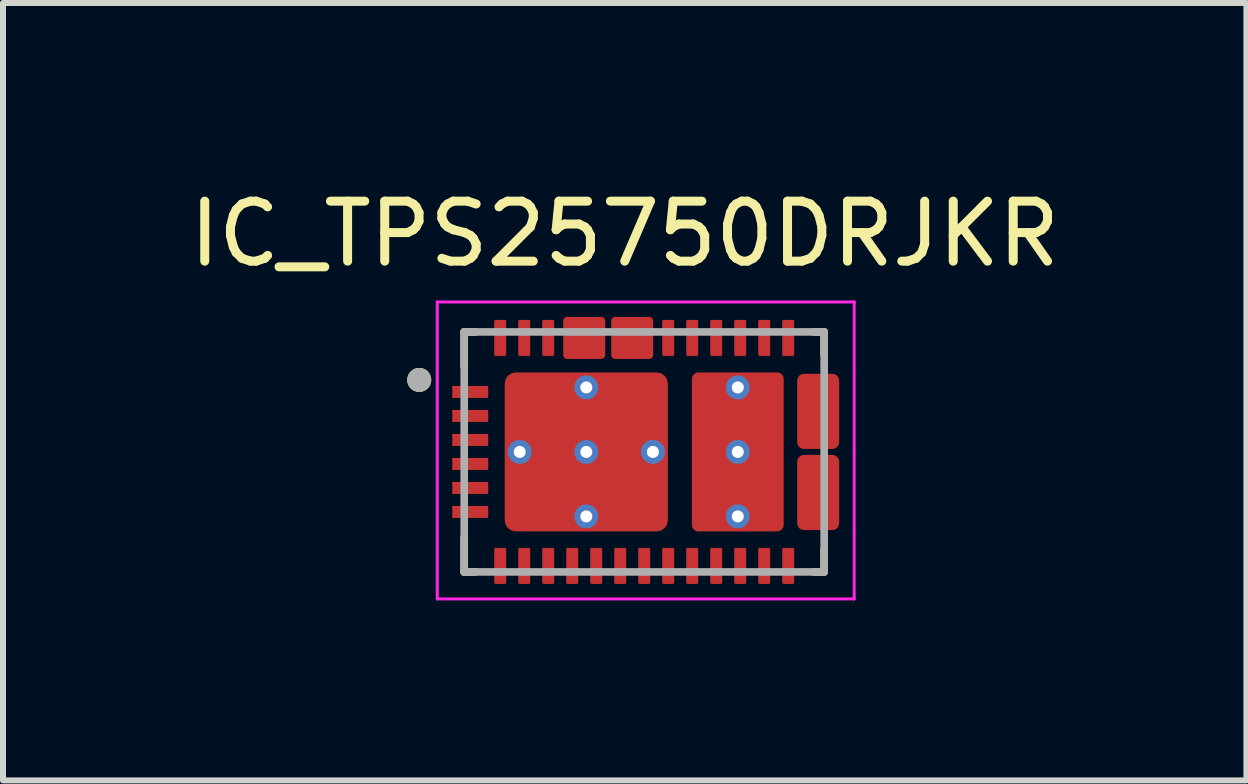
<source format=kicad_pcb>
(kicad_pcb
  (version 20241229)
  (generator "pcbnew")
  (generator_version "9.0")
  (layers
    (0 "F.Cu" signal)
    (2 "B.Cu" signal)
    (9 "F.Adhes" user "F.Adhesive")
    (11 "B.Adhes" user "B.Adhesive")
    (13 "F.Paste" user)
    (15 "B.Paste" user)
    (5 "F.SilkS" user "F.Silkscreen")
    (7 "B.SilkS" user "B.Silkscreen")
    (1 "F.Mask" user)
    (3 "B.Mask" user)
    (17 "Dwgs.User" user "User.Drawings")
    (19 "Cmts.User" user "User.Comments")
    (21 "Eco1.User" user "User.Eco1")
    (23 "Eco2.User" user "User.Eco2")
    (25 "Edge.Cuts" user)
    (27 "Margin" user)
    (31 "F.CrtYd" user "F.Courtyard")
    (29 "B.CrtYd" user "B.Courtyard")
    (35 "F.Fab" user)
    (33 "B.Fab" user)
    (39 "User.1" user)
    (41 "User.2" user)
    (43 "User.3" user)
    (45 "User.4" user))
  (footprint "IC_TPS25750DRJKR"
    (layer "F.Cu")
    (at 7.688 4.483)
    (property "Reference" "IC_TPS25750DRJKR" (at -0.325 -3.635 0) (layer "F.SilkS") (effects (font (size 1 1) (thickness 0.15))))
    (attr through_hole)
    (fp_poly (pts (xy -2.65 -0.85) (xy -3.15 -0.85) (xy -3.155 -0.85) (xy -3.16 -0.851) (xy -3.166 -0.851) (xy -3.171 -0.852) (xy -3.176 -0.853) (xy -3.181 -0.855) (xy -3.186 -0.857) (xy -3.191 -0.859) (xy -3.195 -0.861) (xy -3.2 -0.863) (xy -3.204 -0.866) (xy -3.209 -0.869) (xy -3.213 -0.872) (xy -3.217 -0.876) (xy -3.221 -0.879) (xy -3.224 -0.883) (xy -3.228 -0.887) (xy -3.231 -0.891) (xy -3.234 -0.896) (xy -3.237 -0.9) (xy -3.239 -0.905) (xy -3.241 -0.909) (xy -3.243 -0.914) (xy -3.245 -0.919) (xy -3.247 -0.924) (xy -3.248 -0.929) (xy -3.249 -0.934) (xy -3.249 -0.94) (xy -3.25 -0.945) (xy -3.25 -0.95) (xy -3.25 -1.05) (xy -3.25 -1.055) (xy -3.249 -1.06) (xy -3.249 -1.066) (xy -3.248 -1.071) (xy -3.247 -1.076) (xy -3.245 -1.081) (xy -3.243 -1.086) (xy -3.241 -1.091) (xy -3.239 -1.095) (xy -3.237 -1.1) (xy -3.234 -1.104) (xy -3.231 -1.109) (xy -3.228 -1.113) (xy -3.224 -1.117) (xy -3.221 -1.121) (xy -3.217 -1.124) (xy -3.213 -1.128) (xy -3.209 -1.131) (xy -3.204 -1.134) (xy -3.2 -1.137) (xy -3.195 -1.139) (xy -3.191 -1.141) (xy -3.186 -1.143) (xy -3.181 -1.145) (xy -3.176 -1.147) (xy -3.171 -1.148) (xy -3.166 -1.149) (xy -3.16 -1.149) (xy -3.155 -1.15) (xy -3.15 -1.15) (xy -2.65 -1.15) (xy -2.645 -1.15) (xy -2.64 -1.149) (xy -2.634 -1.149) (xy -2.629 -1.148) (xy -2.624 -1.147) (xy -2.619 -1.145) (xy -2.614 -1.143) (xy -2.609 -1.141) (xy -2.605 -1.139) (xy -2.6 -1.137) (xy -2.596 -1.134) (xy -2.591 -1.131) (xy -2.587 -1.128) (xy -2.583 -1.124) (xy -2.579 -1.121) (xy -2.576 -1.117) (xy -2.572 -1.113) (xy -2.569 -1.109) (xy -2.566 -1.104) (xy -2.563 -1.1) (xy -2.561 -1.095) (xy -2.559 -1.091) (xy -2.557 -1.086) (xy -2.555 -1.081) (xy -2.553 -1.076) (xy -2.552 -1.071) (xy -2.551 -1.066) (xy -2.551 -1.06) (xy -2.55 -1.055) (xy -2.55 -1.05) (xy -2.55 -0.95) (xy -2.55 -0.945) (xy -2.551 -0.94) (xy -2.551 -0.934) (xy -2.552 -0.929) (xy -2.553 -0.924) (xy -2.555 -0.919) (xy -2.557 -0.914) (xy -2.559 -0.909) (xy -2.561 -0.905) (xy -2.563 -0.9) (xy -2.566 -0.896) (xy -2.569 -0.891) (xy -2.572 -0.887) (xy -2.576 -0.883) (xy -2.579 -0.879) (xy -2.583 -0.876) (xy -2.587 -0.872) (xy -2.591 -0.869) (xy -2.596 -0.866) (xy -2.6 -0.863) (xy -2.605 -0.861) (xy -2.609 -0.859) (xy -2.614 -0.857) (xy -2.619 -0.855) (xy -2.624 -0.853) (xy -2.629 -0.852) (xy -2.634 -0.851) (xy -2.64 -0.851) (xy -2.645 -0.85) (xy -2.65 -0.85)) (stroke (width 0.01) (type solid)) (fill yes) (layer "F.Mask"))
    (fp_poly (pts (xy -2.65 -0.45) (xy -3.15 -0.45) (xy -3.155 -0.45) (xy -3.16 -0.451) (xy -3.166 -0.451) (xy -3.171 -0.452) (xy -3.176 -0.453) (xy -3.181 -0.455) (xy -3.186 -0.457) (xy -3.191 -0.459) (xy -3.195 -0.461) (xy -3.2 -0.463) (xy -3.204 -0.466) (xy -3.209 -0.469) (xy -3.213 -0.472) (xy -3.217 -0.476) (xy -3.221 -0.479) (xy -3.224 -0.483) (xy -3.228 -0.487) (xy -3.231 -0.491) (xy -3.234 -0.496) (xy -3.237 -0.5) (xy -3.239 -0.505) (xy -3.241 -0.509) (xy -3.243 -0.514) (xy -3.245 -0.519) (xy -3.247 -0.524) (xy -3.248 -0.529) (xy -3.249 -0.534) (xy -3.249 -0.54) (xy -3.25 -0.545) (xy -3.25 -0.55) (xy -3.25 -0.65) (xy -3.25 -0.655) (xy -3.249 -0.66) (xy -3.249 -0.666) (xy -3.248 -0.671) (xy -3.247 -0.676) (xy -3.245 -0.681) (xy -3.243 -0.686) (xy -3.241 -0.691) (xy -3.239 -0.695) (xy -3.237 -0.7) (xy -3.234 -0.704) (xy -3.231 -0.709) (xy -3.228 -0.713) (xy -3.224 -0.717) (xy -3.221 -0.721) (xy -3.217 -0.724) (xy -3.213 -0.728) (xy -3.209 -0.731) (xy -3.204 -0.734) (xy -3.2 -0.737) (xy -3.195 -0.739) (xy -3.191 -0.741) (xy -3.186 -0.743) (xy -3.181 -0.745) (xy -3.176 -0.747) (xy -3.171 -0.748) (xy -3.166 -0.749) (xy -3.16 -0.749) (xy -3.155 -0.75) (xy -3.15 -0.75) (xy -2.65 -0.75) (xy -2.645 -0.75) (xy -2.64 -0.749) (xy -2.634 -0.749) (xy -2.629 -0.748) (xy -2.624 -0.747) (xy -2.619 -0.745) (xy -2.614 -0.743) (xy -2.609 -0.741) (xy -2.605 -0.739) (xy -2.6 -0.737) (xy -2.596 -0.734) (xy -2.591 -0.731) (xy -2.587 -0.728) (xy -2.583 -0.724) (xy -2.579 -0.721) (xy -2.576 -0.717) (xy -2.572 -0.713) (xy -2.569 -0.709) (xy -2.566 -0.704) (xy -2.563 -0.7) (xy -2.561 -0.695) (xy -2.559 -0.691) (xy -2.557 -0.686) (xy -2.555 -0.681) (xy -2.553 -0.676) (xy -2.552 -0.671) (xy -2.551 -0.666) (xy -2.551 -0.66) (xy -2.55 -0.655) (xy -2.55 -0.65) (xy -2.55 -0.55) (xy -2.55 -0.545) (xy -2.551 -0.54) (xy -2.551 -0.534) (xy -2.552 -0.529) (xy -2.553 -0.524) (xy -2.555 -0.519) (xy -2.557 -0.514) (xy -2.559 -0.509) (xy -2.561 -0.505) (xy -2.563 -0.5) (xy -2.566 -0.496) (xy -2.569 -0.491) (xy -2.572 -0.487) (xy -2.576 -0.483) (xy -2.579 -0.479) (xy -2.583 -0.476) (xy -2.587 -0.472) (xy -2.591 -0.469) (xy -2.596 -0.466) (xy -2.6 -0.463) (xy -2.605 -0.461) (xy -2.609 -0.459) (xy -2.614 -0.457) (xy -2.619 -0.455) (xy -2.624 -0.453) (xy -2.629 -0.452) (xy -2.634 -0.451) (xy -2.64 -0.451) (xy -2.645 -0.45) (xy -2.65 -0.45)) (stroke (width 0.01) (type solid)) (fill yes) (layer "F.Mask"))
    (fp_poly (pts (xy -2.65 -0.05) (xy -3.15 -0.05) (xy -3.155 -0.05) (xy -3.16 -0.051) (xy -3.166 -0.051) (xy -3.171 -0.052) (xy -3.176 -0.053) (xy -3.181 -0.055) (xy -3.186 -0.057) (xy -3.191 -0.059) (xy -3.195 -0.061) (xy -3.2 -0.063) (xy -3.204 -0.066) (xy -3.209 -0.069) (xy -3.213 -0.072) (xy -3.217 -0.076) (xy -3.221 -0.079) (xy -3.224 -0.083) (xy -3.228 -0.087) (xy -3.231 -0.091) (xy -3.234 -0.096) (xy -3.237 -0.1) (xy -3.239 -0.105) (xy -3.241 -0.109) (xy -3.243 -0.114) (xy -3.245 -0.119) (xy -3.247 -0.124) (xy -3.248 -0.129) (xy -3.249 -0.134) (xy -3.249 -0.14) (xy -3.25 -0.145) (xy -3.25 -0.15) (xy -3.25 -0.25) (xy -3.25 -0.255) (xy -3.249 -0.26) (xy -3.249 -0.266) (xy -3.248 -0.271) (xy -3.247 -0.276) (xy -3.245 -0.281) (xy -3.243 -0.286) (xy -3.241 -0.291) (xy -3.239 -0.295) (xy -3.237 -0.3) (xy -3.234 -0.304) (xy -3.231 -0.309) (xy -3.228 -0.313) (xy -3.224 -0.317) (xy -3.221 -0.321) (xy -3.217 -0.324) (xy -3.213 -0.328) (xy -3.209 -0.331) (xy -3.204 -0.334) (xy -3.2 -0.337) (xy -3.195 -0.339) (xy -3.191 -0.341) (xy -3.186 -0.343) (xy -3.181 -0.345) (xy -3.176 -0.347) (xy -3.171 -0.348) (xy -3.166 -0.349) (xy -3.16 -0.349) (xy -3.155 -0.35) (xy -3.15 -0.35) (xy -2.65 -0.35) (xy -2.645 -0.35) (xy -2.64 -0.349) (xy -2.634 -0.349) (xy -2.629 -0.348) (xy -2.624 -0.347) (xy -2.619 -0.345) (xy -2.614 -0.343) (xy -2.609 -0.341) (xy -2.605 -0.339) (xy -2.6 -0.337) (xy -2.596 -0.334) (xy -2.591 -0.331) (xy -2.587 -0.328) (xy -2.583 -0.324) (xy -2.579 -0.321) (xy -2.576 -0.317) (xy -2.572 -0.313) (xy -2.569 -0.309) (xy -2.566 -0.304) (xy -2.563 -0.3) (xy -2.561 -0.295) (xy -2.559 -0.291) (xy -2.557 -0.286) (xy -2.555 -0.281) (xy -2.553 -0.276) (xy -2.552 -0.271) (xy -2.551 -0.266) (xy -2.551 -0.26) (xy -2.55 -0.255) (xy -2.55 -0.25) (xy -2.55 -0.15) (xy -2.55 -0.145) (xy -2.551 -0.14) (xy -2.551 -0.134) (xy -2.552 -0.129) (xy -2.553 -0.124) (xy -2.555 -0.119) (xy -2.557 -0.114) (xy -2.559 -0.109) (xy -2.561 -0.105) (xy -2.563 -0.1) (xy -2.566 -0.096) (xy -2.569 -0.091) (xy -2.572 -0.087) (xy -2.576 -0.083) (xy -2.579 -0.079) (xy -2.583 -0.076) (xy -2.587 -0.072) (xy -2.591 -0.069) (xy -2.596 -0.066) (xy -2.6 -0.063) (xy -2.605 -0.061) (xy -2.609 -0.059) (xy -2.614 -0.057) (xy -2.619 -0.055) (xy -2.624 -0.053) (xy -2.629 -0.052) (xy -2.634 -0.051) (xy -2.64 -0.051) (xy -2.645 -0.05) (xy -2.65 -0.05)) (stroke (width 0.01) (type solid)) (fill yes) (layer "F.Mask"))
    (fp_poly (pts (xy -2.65 0.35) (xy -3.15 0.35) (xy -3.155 0.35) (xy -3.16 0.349) (xy -3.166 0.349) (xy -3.171 0.348) (xy -3.176 0.347) (xy -3.181 0.345) (xy -3.186 0.343) (xy -3.191 0.341) (xy -3.195 0.339) (xy -3.2 0.337) (xy -3.204 0.334) (xy -3.209 0.331) (xy -3.213 0.328) (xy -3.217 0.324) (xy -3.221 0.321) (xy -3.224 0.317) (xy -3.228 0.313) (xy -3.231 0.309) (xy -3.234 0.304) (xy -3.237 0.3) (xy -3.239 0.295) (xy -3.241 0.291) (xy -3.243 0.286) (xy -3.245 0.281) (xy -3.247 0.276) (xy -3.248 0.271) (xy -3.249 0.266) (xy -3.249 0.26) (xy -3.25 0.255) (xy -3.25 0.25) (xy -3.25 0.15) (xy -3.25 0.145) (xy -3.249 0.14) (xy -3.249 0.134) (xy -3.248 0.129) (xy -3.247 0.124) (xy -3.245 0.119) (xy -3.243 0.114) (xy -3.241 0.109) (xy -3.239 0.105) (xy -3.237 0.1) (xy -3.234 0.096) (xy -3.231 0.091) (xy -3.228 0.087) (xy -3.224 0.083) (xy -3.221 0.079) (xy -3.217 0.076) (xy -3.213 0.072) (xy -3.209 0.069) (xy -3.204 0.066) (xy -3.2 0.063) (xy -3.195 0.061) (xy -3.191 0.059) (xy -3.186 0.057) (xy -3.181 0.055) (xy -3.176 0.053) (xy -3.171 0.052) (xy -3.166 0.051) (xy -3.16 0.051) (xy -3.155 0.05) (xy -3.15 0.05) (xy -2.65 0.05) (xy -2.645 0.05) (xy -2.64 0.051) (xy -2.634 0.051) (xy -2.629 0.052) (xy -2.624 0.053) (xy -2.619 0.055) (xy -2.614 0.057) (xy -2.609 0.059) (xy -2.605 0.061) (xy -2.6 0.063) (xy -2.596 0.066) (xy -2.591 0.069) (xy -2.587 0.072) (xy -2.583 0.076) (xy -2.579 0.079) (xy -2.576 0.083) (xy -2.572 0.087) (xy -2.569 0.091) (xy -2.566 0.096) (xy -2.563 0.1) (xy -2.561 0.105) (xy -2.559 0.109) (xy -2.557 0.114) (xy -2.555 0.119) (xy -2.553 0.124) (xy -2.552 0.129) (xy -2.551 0.134) (xy -2.551 0.14) (xy -2.55 0.145) (xy -2.55 0.15) (xy -2.55 0.25) (xy -2.55 0.255) (xy -2.551 0.26) (xy -2.551 0.266) (xy -2.552 0.271) (xy -2.553 0.276) (xy -2.555 0.281) (xy -2.557 0.286) (xy -2.559 0.291) (xy -2.561 0.295) (xy -2.563 0.3) (xy -2.566 0.304) (xy -2.569 0.309) (xy -2.572 0.313) (xy -2.576 0.317) (xy -2.579 0.321) (xy -2.583 0.324) (xy -2.587 0.328) (xy -2.591 0.331) (xy -2.596 0.334) (xy -2.6 0.337) (xy -2.605 0.339) (xy -2.609 0.341) (xy -2.614 0.343) (xy -2.619 0.345) (xy -2.624 0.347) (xy -2.629 0.348) (xy -2.634 0.349) (xy -2.64 0.349) (xy -2.645 0.35) (xy -2.65 0.35)) (stroke (width 0.01) (type solid)) (fill yes) (layer "F.Mask"))
    (fp_poly (pts (xy -2.65 0.75) (xy -3.15 0.75) (xy -3.155 0.75) (xy -3.16 0.749) (xy -3.166 0.749) (xy -3.171 0.748) (xy -3.176 0.747) (xy -3.181 0.745) (xy -3.186 0.743) (xy -3.191 0.741) (xy -3.195 0.739) (xy -3.2 0.737) (xy -3.204 0.734) (xy -3.209 0.731) (xy -3.213 0.728) (xy -3.217 0.724) (xy -3.221 0.721) (xy -3.224 0.717) (xy -3.228 0.713) (xy -3.231 0.709) (xy -3.234 0.704) (xy -3.237 0.7) (xy -3.239 0.695) (xy -3.241 0.691) (xy -3.243 0.686) (xy -3.245 0.681) (xy -3.247 0.676) (xy -3.248 0.671) (xy -3.249 0.666) (xy -3.249 0.66) (xy -3.25 0.655) (xy -3.25 0.65) (xy -3.25 0.55) (xy -3.25 0.545) (xy -3.249 0.54) (xy -3.249 0.534) (xy -3.248 0.529) (xy -3.247 0.524) (xy -3.245 0.519) (xy -3.243 0.514) (xy -3.241 0.509) (xy -3.239 0.505) (xy -3.237 0.5) (xy -3.234 0.496) (xy -3.231 0.491) (xy -3.228 0.487) (xy -3.224 0.483) (xy -3.221 0.479) (xy -3.217 0.476) (xy -3.213 0.472) (xy -3.209 0.469) (xy -3.204 0.466) (xy -3.2 0.463) (xy -3.195 0.461) (xy -3.191 0.459) (xy -3.186 0.457) (xy -3.181 0.455) (xy -3.176 0.453) (xy -3.171 0.452) (xy -3.166 0.451) (xy -3.16 0.451) (xy -3.155 0.45) (xy -3.15 0.45) (xy -2.65 0.45) (xy -2.645 0.45) (xy -2.64 0.451) (xy -2.634 0.451) (xy -2.629 0.452) (xy -2.624 0.453) (xy -2.619 0.455) (xy -2.614 0.457) (xy -2.609 0.459) (xy -2.605 0.461) (xy -2.6 0.463) (xy -2.596 0.466) (xy -2.591 0.469) (xy -2.587 0.472) (xy -2.583 0.476) (xy -2.579 0.479) (xy -2.576 0.483) (xy -2.572 0.487) (xy -2.569 0.491) (xy -2.566 0.496) (xy -2.563 0.5) (xy -2.561 0.505) (xy -2.559 0.509) (xy -2.557 0.514) (xy -2.555 0.519) (xy -2.553 0.524) (xy -2.552 0.529) (xy -2.551 0.534) (xy -2.551 0.54) (xy -2.55 0.545) (xy -2.55 0.55) (xy -2.55 0.65) (xy -2.55 0.655) (xy -2.551 0.66) (xy -2.551 0.666) (xy -2.552 0.671) (xy -2.553 0.676) (xy -2.555 0.681) (xy -2.557 0.686) (xy -2.559 0.691) (xy -2.561 0.695) (xy -2.563 0.7) (xy -2.566 0.704) (xy -2.569 0.709) (xy -2.572 0.713) (xy -2.576 0.717) (xy -2.579 0.721) (xy -2.583 0.724) (xy -2.587 0.728) (xy -2.591 0.731) (xy -2.596 0.734) (xy -2.6 0.737) (xy -2.605 0.739) (xy -2.609 0.741) (xy -2.614 0.743) (xy -2.619 0.745) (xy -2.624 0.747) (xy -2.629 0.748) (xy -2.634 0.749) (xy -2.64 0.749) (xy -2.645 0.75) (xy -2.65 0.75)) (stroke (width 0.01) (type solid)) (fill yes) (layer "F.Mask"))
    (fp_poly (pts (xy -2.65 1.15) (xy -3.15 1.15) (xy -3.155 1.15) (xy -3.16 1.149) (xy -3.166 1.149) (xy -3.171 1.148) (xy -3.176 1.147) (xy -3.181 1.145) (xy -3.186 1.143) (xy -3.191 1.141) (xy -3.195 1.139) (xy -3.2 1.137) (xy -3.204 1.134) (xy -3.209 1.131) (xy -3.213 1.128) (xy -3.217 1.124) (xy -3.221 1.121) (xy -3.224 1.117) (xy -3.228 1.113) (xy -3.231 1.109) (xy -3.234 1.104) (xy -3.237 1.1) (xy -3.239 1.095) (xy -3.241 1.091) (xy -3.243 1.086) (xy -3.245 1.081) (xy -3.247 1.076) (xy -3.248 1.071) (xy -3.249 1.066) (xy -3.249 1.06) (xy -3.25 1.055) (xy -3.25 1.05) (xy -3.25 0.95) (xy -3.25 0.945) (xy -3.249 0.94) (xy -3.249 0.934) (xy -3.248 0.929) (xy -3.247 0.924) (xy -3.245 0.919) (xy -3.243 0.914) (xy -3.241 0.909) (xy -3.239 0.905) (xy -3.237 0.9) (xy -3.234 0.896) (xy -3.231 0.891) (xy -3.228 0.887) (xy -3.224 0.883) (xy -3.221 0.879) (xy -3.217 0.876) (xy -3.213 0.872) (xy -3.209 0.869) (xy -3.204 0.866) (xy -3.2 0.863) (xy -3.195 0.861) (xy -3.191 0.859) (xy -3.186 0.857) (xy -3.181 0.855) (xy -3.176 0.853) (xy -3.171 0.852) (xy -3.166 0.851) (xy -3.16 0.851) (xy -3.155 0.85) (xy -3.15 0.85) (xy -2.65 0.85) (xy -2.645 0.85) (xy -2.64 0.851) (xy -2.634 0.851) (xy -2.629 0.852) (xy -2.624 0.853) (xy -2.619 0.855) (xy -2.614 0.857) (xy -2.609 0.859) (xy -2.605 0.861) (xy -2.6 0.863) (xy -2.596 0.866) (xy -2.591 0.869) (xy -2.587 0.872) (xy -2.583 0.876) (xy -2.579 0.879) (xy -2.576 0.883) (xy -2.572 0.887) (xy -2.569 0.891) (xy -2.566 0.896) (xy -2.563 0.9) (xy -2.561 0.905) (xy -2.559 0.909) (xy -2.557 0.914) (xy -2.555 0.919) (xy -2.553 0.924) (xy -2.552 0.929) (xy -2.551 0.934) (xy -2.551 0.94) (xy -2.55 0.945) (xy -2.55 0.95) (xy -2.55 1.05) (xy -2.55 1.055) (xy -2.551 1.06) (xy -2.551 1.066) (xy -2.552 1.071) (xy -2.553 1.076) (xy -2.555 1.081) (xy -2.557 1.086) (xy -2.559 1.091) (xy -2.561 1.095) (xy -2.563 1.1) (xy -2.566 1.104) (xy -2.569 1.109) (xy -2.572 1.113) (xy -2.576 1.117) (xy -2.579 1.121) (xy -2.583 1.124) (xy -2.587 1.128) (xy -2.591 1.131) (xy -2.596 1.134) (xy -2.6 1.137) (xy -2.605 1.139) (xy -2.609 1.141) (xy -2.614 1.143) (xy -2.619 1.145) (xy -2.624 1.147) (xy -2.629 1.148) (xy -2.634 1.149) (xy -2.64 1.149) (xy -2.645 1.15) (xy -2.65 1.15)) (stroke (width 0.01) (type solid)) (fill yes) (layer "F.Mask"))
    (fp_poly (pts (xy -2.55 -1.65) (xy -2.55 -2.15) (xy -2.55 -2.155) (xy -2.549 -2.16) (xy -2.549 -2.166) (xy -2.548 -2.171) (xy -2.547 -2.176) (xy -2.545 -2.181) (xy -2.543 -2.186) (xy -2.541 -2.191) (xy -2.539 -2.195) (xy -2.537 -2.2) (xy -2.534 -2.204) (xy -2.531 -2.209) (xy -2.528 -2.213) (xy -2.524 -2.217) (xy -2.521 -2.221) (xy -2.517 -2.224) (xy -2.513 -2.228) (xy -2.509 -2.231) (xy -2.504 -2.234) (xy -2.5 -2.237) (xy -2.495 -2.239) (xy -2.491 -2.241) (xy -2.486 -2.243) (xy -2.481 -2.245) (xy -2.476 -2.247) (xy -2.471 -2.248) (xy -2.466 -2.249) (xy -2.46 -2.249) (xy -2.455 -2.25) (xy -2.45 -2.25) (xy -2.35 -2.25) (xy -2.345 -2.25) (xy -2.34 -2.249) (xy -2.334 -2.249) (xy -2.329 -2.248) (xy -2.324 -2.247) (xy -2.319 -2.245) (xy -2.314 -2.243) (xy -2.309 -2.241) (xy -2.305 -2.239) (xy -2.3 -2.237) (xy -2.296 -2.234) (xy -2.291 -2.231) (xy -2.287 -2.228) (xy -2.283 -2.224) (xy -2.279 -2.221) (xy -2.276 -2.217) (xy -2.272 -2.213) (xy -2.269 -2.209) (xy -2.266 -2.204) (xy -2.263 -2.2) (xy -2.261 -2.195) (xy -2.259 -2.191) (xy -2.257 -2.186) (xy -2.255 -2.181) (xy -2.253 -2.176) (xy -2.252 -2.171) (xy -2.251 -2.166) (xy -2.251 -2.16) (xy -2.25 -2.155) (xy -2.25 -2.15) (xy -2.25 -1.65) (xy -2.25 -1.645) (xy -2.251 -1.64) (xy -2.251 -1.634) (xy -2.252 -1.629) (xy -2.253 -1.624) (xy -2.255 -1.619) (xy -2.257 -1.614) (xy -2.259 -1.609) (xy -2.261 -1.605) (xy -2.263 -1.6) (xy -2.266 -1.596) (xy -2.269 -1.591) (xy -2.272 -1.587) (xy -2.276 -1.583) (xy -2.279 -1.579) (xy -2.283 -1.576) (xy -2.287 -1.572) (xy -2.291 -1.569) (xy -2.296 -1.566) (xy -2.3 -1.563) (xy -2.305 -1.561) (xy -2.309 -1.559) (xy -2.314 -1.557) (xy -2.319 -1.555) (xy -2.324 -1.553) (xy -2.329 -1.552) (xy -2.334 -1.551) (xy -2.34 -1.551) (xy -2.345 -1.55) (xy -2.35 -1.55) (xy -2.45 -1.55) (xy -2.455 -1.55) (xy -2.46 -1.551) (xy -2.466 -1.551) (xy -2.471 -1.552) (xy -2.476 -1.553) (xy -2.481 -1.555) (xy -2.486 -1.557) (xy -2.491 -1.559) (xy -2.495 -1.561) (xy -2.5 -1.563) (xy -2.504 -1.566) (xy -2.509 -1.569) (xy -2.513 -1.572) (xy -2.517 -1.576) (xy -2.521 -1.579) (xy -2.524 -1.583) (xy -2.528 -1.587) (xy -2.531 -1.591) (xy -2.534 -1.596) (xy -2.537 -1.6) (xy -2.539 -1.605) (xy -2.541 -1.609) (xy -2.543 -1.614) (xy -2.545 -1.619) (xy -2.547 -1.624) (xy -2.548 -1.629) (xy -2.549 -1.634) (xy -2.549 -1.64) (xy -2.55 -1.645) (xy -2.55 -1.65)) (stroke (width 0.01) (type solid)) (fill yes) (layer "F.Mask"))
    (fp_poly (pts (xy -2.25 1.65) (xy -2.25 2.15) (xy -2.25 2.155) (xy -2.251 2.16) (xy -2.251 2.166) (xy -2.252 2.171) (xy -2.253 2.176) (xy -2.255 2.181) (xy -2.257 2.186) (xy -2.259 2.191) (xy -2.261 2.195) (xy -2.263 2.2) (xy -2.266 2.204) (xy -2.269 2.209) (xy -2.272 2.213) (xy -2.276 2.217) (xy -2.279 2.221) (xy -2.283 2.224) (xy -2.287 2.228) (xy -2.291 2.231) (xy -2.296 2.234) (xy -2.3 2.237) (xy -2.305 2.239) (xy -2.309 2.241) (xy -2.314 2.243) (xy -2.319 2.245) (xy -2.324 2.247) (xy -2.329 2.248) (xy -2.334 2.249) (xy -2.34 2.249) (xy -2.345 2.25) (xy -2.35 2.25) (xy -2.45 2.25) (xy -2.455 2.25) (xy -2.46 2.249) (xy -2.466 2.249) (xy -2.471 2.248) (xy -2.476 2.247) (xy -2.481 2.245) (xy -2.486 2.243) (xy -2.491 2.241) (xy -2.495 2.239) (xy -2.5 2.237) (xy -2.504 2.234) (xy -2.509 2.231) (xy -2.513 2.228) (xy -2.517 2.224) (xy -2.521 2.221) (xy -2.524 2.217) (xy -2.528 2.213) (xy -2.531 2.209) (xy -2.534 2.204) (xy -2.537 2.2) (xy -2.539 2.195) (xy -2.541 2.191) (xy -2.543 2.186) (xy -2.545 2.181) (xy -2.547 2.176) (xy -2.548 2.171) (xy -2.549 2.166) (xy -2.549 2.16) (xy -2.55 2.155) (xy -2.55 2.15) (xy -2.55 1.65) (xy -2.55 1.645) (xy -2.549 1.64) (xy -2.549 1.634) (xy -2.548 1.629) (xy -2.547 1.624) (xy -2.545 1.619) (xy -2.543 1.614) (xy -2.541 1.609) (xy -2.539 1.605) (xy -2.537 1.6) (xy -2.534 1.596) (xy -2.531 1.591) (xy -2.528 1.587) (xy -2.524 1.583) (xy -2.521 1.579) (xy -2.517 1.576) (xy -2.513 1.572) (xy -2.509 1.569) (xy -2.504 1.566) (xy -2.5 1.563) (xy -2.495 1.561) (xy -2.491 1.559) (xy -2.486 1.557) (xy -2.481 1.555) (xy -2.476 1.553) (xy -2.471 1.552) (xy -2.466 1.551) (xy -2.46 1.551) (xy -2.455 1.55) (xy -2.45 1.55) (xy -2.35 1.55) (xy -2.345 1.55) (xy -2.34 1.551) (xy -2.334 1.551) (xy -2.329 1.552) (xy -2.324 1.553) (xy -2.319 1.555) (xy -2.314 1.557) (xy -2.309 1.559) (xy -2.305 1.561) (xy -2.3 1.563) (xy -2.296 1.566) (xy -2.291 1.569) (xy -2.287 1.572) (xy -2.283 1.576) (xy -2.279 1.579) (xy -2.276 1.583) (xy -2.272 1.587) (xy -2.269 1.591) (xy -2.266 1.596) (xy -2.263 1.6) (xy -2.261 1.605) (xy -2.259 1.609) (xy -2.257 1.614) (xy -2.255 1.619) (xy -2.253 1.624) (xy -2.252 1.629) (xy -2.251 1.634) (xy -2.251 1.64) (xy -2.25 1.645) (xy -2.25 1.65)) (stroke (width 0.01) (type solid)) (fill yes) (layer "F.Mask"))
    (fp_poly (pts (xy -2.15 -1.65) (xy -2.15 -2.15) (xy -2.15 -2.155) (xy -2.149 -2.16) (xy -2.149 -2.166) (xy -2.148 -2.171) (xy -2.147 -2.176) (xy -2.145 -2.181) (xy -2.143 -2.186) (xy -2.141 -2.191) (xy -2.139 -2.195) (xy -2.137 -2.2) (xy -2.134 -2.204) (xy -2.131 -2.209) (xy -2.128 -2.213) (xy -2.124 -2.217) (xy -2.121 -2.221) (xy -2.117 -2.224) (xy -2.113 -2.228) (xy -2.109 -2.231) (xy -2.104 -2.234) (xy -2.1 -2.237) (xy -2.095 -2.239) (xy -2.091 -2.241) (xy -2.086 -2.243) (xy -2.081 -2.245) (xy -2.076 -2.247) (xy -2.071 -2.248) (xy -2.066 -2.249) (xy -2.06 -2.249) (xy -2.055 -2.25) (xy -2.05 -2.25) (xy -1.95 -2.25) (xy -1.945 -2.25) (xy -1.94 -2.249) (xy -1.934 -2.249) (xy -1.929 -2.248) (xy -1.924 -2.247) (xy -1.919 -2.245) (xy -1.914 -2.243) (xy -1.909 -2.241) (xy -1.905 -2.239) (xy -1.9 -2.237) (xy -1.896 -2.234) (xy -1.891 -2.231) (xy -1.887 -2.228) (xy -1.883 -2.224) (xy -1.879 -2.221) (xy -1.876 -2.217) (xy -1.872 -2.213) (xy -1.869 -2.209) (xy -1.866 -2.204) (xy -1.863 -2.2) (xy -1.861 -2.195) (xy -1.859 -2.191) (xy -1.857 -2.186) (xy -1.855 -2.181) (xy -1.853 -2.176) (xy -1.852 -2.171) (xy -1.851 -2.166) (xy -1.851 -2.16) (xy -1.85 -2.155) (xy -1.85 -2.15) (xy -1.85 -1.65) (xy -1.85 -1.645) (xy -1.851 -1.64) (xy -1.851 -1.634) (xy -1.852 -1.629) (xy -1.853 -1.624) (xy -1.855 -1.619) (xy -1.857 -1.614) (xy -1.859 -1.609) (xy -1.861 -1.605) (xy -1.863 -1.6) (xy -1.866 -1.596) (xy -1.869 -1.591) (xy -1.872 -1.587) (xy -1.876 -1.583) (xy -1.879 -1.579) (xy -1.883 -1.576) (xy -1.887 -1.572) (xy -1.891 -1.569) (xy -1.896 -1.566) (xy -1.9 -1.563) (xy -1.905 -1.561) (xy -1.909 -1.559) (xy -1.914 -1.557) (xy -1.919 -1.555) (xy -1.924 -1.553) (xy -1.929 -1.552) (xy -1.934 -1.551) (xy -1.94 -1.551) (xy -1.945 -1.55) (xy -1.95 -1.55) (xy -2.05 -1.55) (xy -2.055 -1.55) (xy -2.06 -1.551) (xy -2.066 -1.551) (xy -2.071 -1.552) (xy -2.076 -1.553) (xy -2.081 -1.555) (xy -2.086 -1.557) (xy -2.091 -1.559) (xy -2.095 -1.561) (xy -2.1 -1.563) (xy -2.104 -1.566) (xy -2.109 -1.569) (xy -2.113 -1.572) (xy -2.117 -1.576) (xy -2.121 -1.579) (xy -2.124 -1.583) (xy -2.128 -1.587) (xy -2.131 -1.591) (xy -2.134 -1.596) (xy -2.137 -1.6) (xy -2.139 -1.605) (xy -2.141 -1.609) (xy -2.143 -1.614) (xy -2.145 -1.619) (xy -2.147 -1.624) (xy -2.148 -1.629) (xy -2.149 -1.634) (xy -2.149 -1.64) (xy -2.15 -1.645) (xy -2.15 -1.65)) (stroke (width 0.01) (type solid)) (fill yes) (layer "F.Mask"))
    (fp_poly (pts (xy -1.85 1.65) (xy -1.85 2.15) (xy -1.85 2.155) (xy -1.851 2.16) (xy -1.851 2.166) (xy -1.852 2.171) (xy -1.853 2.176) (xy -1.855 2.181) (xy -1.857 2.186) (xy -1.859 2.191) (xy -1.861 2.195) (xy -1.863 2.2) (xy -1.866 2.204) (xy -1.869 2.209) (xy -1.872 2.213) (xy -1.876 2.217) (xy -1.879 2.221) (xy -1.883 2.224) (xy -1.887 2.228) (xy -1.891 2.231) (xy -1.896 2.234) (xy -1.9 2.237) (xy -1.905 2.239) (xy -1.909 2.241) (xy -1.914 2.243) (xy -1.919 2.245) (xy -1.924 2.247) (xy -1.929 2.248) (xy -1.934 2.249) (xy -1.94 2.249) (xy -1.945 2.25) (xy -1.95 2.25) (xy -2.05 2.25) (xy -2.055 2.25) (xy -2.06 2.249) (xy -2.066 2.249) (xy -2.071 2.248) (xy -2.076 2.247) (xy -2.081 2.245) (xy -2.086 2.243) (xy -2.091 2.241) (xy -2.095 2.239) (xy -2.1 2.237) (xy -2.104 2.234) (xy -2.109 2.231) (xy -2.113 2.228) (xy -2.117 2.224) (xy -2.121 2.221) (xy -2.124 2.217) (xy -2.128 2.213) (xy -2.131 2.209) (xy -2.134 2.204) (xy -2.137 2.2) (xy -2.139 2.195) (xy -2.141 2.191) (xy -2.143 2.186) (xy -2.145 2.181) (xy -2.147 2.176) (xy -2.148 2.171) (xy -2.149 2.166) (xy -2.149 2.16) (xy -2.15 2.155) (xy -2.15 2.15) (xy -2.15 1.65) (xy -2.15 1.645) (xy -2.149 1.64) (xy -2.149 1.634) (xy -2.148 1.629) (xy -2.147 1.624) (xy -2.145 1.619) (xy -2.143 1.614) (xy -2.141 1.609) (xy -2.139 1.605) (xy -2.137 1.6) (xy -2.134 1.596) (xy -2.131 1.591) (xy -2.128 1.587) (xy -2.124 1.583) (xy -2.121 1.579) (xy -2.117 1.576) (xy -2.113 1.572) (xy -2.109 1.569) (xy -2.104 1.566) (xy -2.1 1.563) (xy -2.095 1.561) (xy -2.091 1.559) (xy -2.086 1.557) (xy -2.081 1.555) (xy -2.076 1.553) (xy -2.071 1.552) (xy -2.066 1.551) (xy -2.06 1.551) (xy -2.055 1.55) (xy -2.05 1.55) (xy -1.95 1.55) (xy -1.945 1.55) (xy -1.94 1.551) (xy -1.934 1.551) (xy -1.929 1.552) (xy -1.924 1.553) (xy -1.919 1.555) (xy -1.914 1.557) (xy -1.909 1.559) (xy -1.905 1.561) (xy -1.9 1.563) (xy -1.896 1.566) (xy -1.891 1.569) (xy -1.887 1.572) (xy -1.883 1.576) (xy -1.879 1.579) (xy -1.876 1.583) (xy -1.872 1.587) (xy -1.869 1.591) (xy -1.866 1.596) (xy -1.863 1.6) (xy -1.861 1.605) (xy -1.859 1.609) (xy -1.857 1.614) (xy -1.855 1.619) (xy -1.853 1.624) (xy -1.852 1.629) (xy -1.851 1.634) (xy -1.851 1.64) (xy -1.85 1.645) (xy -1.85 1.65)) (stroke (width 0.01) (type solid)) (fill yes) (layer "F.Mask"))
    (fp_poly (pts (xy -1.75 -1.65) (xy -1.75 -2.15) (xy -1.75 -2.155) (xy -1.749 -2.16) (xy -1.749 -2.166) (xy -1.748 -2.171) (xy -1.747 -2.176) (xy -1.745 -2.181) (xy -1.743 -2.186) (xy -1.741 -2.191) (xy -1.739 -2.195) (xy -1.737 -2.2) (xy -1.734 -2.204) (xy -1.731 -2.209) (xy -1.728 -2.213) (xy -1.724 -2.217) (xy -1.721 -2.221) (xy -1.717 -2.224) (xy -1.713 -2.228) (xy -1.709 -2.231) (xy -1.704 -2.234) (xy -1.7 -2.237) (xy -1.695 -2.239) (xy -1.691 -2.241) (xy -1.686 -2.243) (xy -1.681 -2.245) (xy -1.676 -2.247) (xy -1.671 -2.248) (xy -1.666 -2.249) (xy -1.66 -2.249) (xy -1.655 -2.25) (xy -1.65 -2.25) (xy -1.55 -2.25) (xy -1.545 -2.25) (xy -1.54 -2.249) (xy -1.534 -2.249) (xy -1.529 -2.248) (xy -1.524 -2.247) (xy -1.519 -2.245) (xy -1.514 -2.243) (xy -1.509 -2.241) (xy -1.505 -2.239) (xy -1.5 -2.237) (xy -1.496 -2.234) (xy -1.491 -2.231) (xy -1.487 -2.228) (xy -1.483 -2.224) (xy -1.479 -2.221) (xy -1.476 -2.217) (xy -1.472 -2.213) (xy -1.469 -2.209) (xy -1.466 -2.204) (xy -1.463 -2.2) (xy -1.461 -2.195) (xy -1.459 -2.191) (xy -1.457 -2.186) (xy -1.455 -2.181) (xy -1.453 -2.176) (xy -1.452 -2.171) (xy -1.451 -2.166) (xy -1.451 -2.16) (xy -1.45 -2.155) (xy -1.45 -2.15) (xy -1.45 -1.65) (xy -1.45 -1.645) (xy -1.451 -1.64) (xy -1.451 -1.634) (xy -1.452 -1.629) (xy -1.453 -1.624) (xy -1.455 -1.619) (xy -1.457 -1.614) (xy -1.459 -1.609) (xy -1.461 -1.605) (xy -1.463 -1.6) (xy -1.466 -1.596) (xy -1.469 -1.591) (xy -1.472 -1.587) (xy -1.476 -1.583) (xy -1.479 -1.579) (xy -1.483 -1.576) (xy -1.487 -1.572) (xy -1.491 -1.569) (xy -1.496 -1.566) (xy -1.5 -1.563) (xy -1.505 -1.561) (xy -1.509 -1.559) (xy -1.514 -1.557) (xy -1.519 -1.555) (xy -1.524 -1.553) (xy -1.529 -1.552) (xy -1.534 -1.551) (xy -1.54 -1.551) (xy -1.545 -1.55) (xy -1.55 -1.55) (xy -1.65 -1.55) (xy -1.655 -1.55) (xy -1.66 -1.551) (xy -1.666 -1.551) (xy -1.671 -1.552) (xy -1.676 -1.553) (xy -1.681 -1.555) (xy -1.686 -1.557) (xy -1.691 -1.559) (xy -1.695 -1.561) (xy -1.7 -1.563) (xy -1.704 -1.566) (xy -1.709 -1.569) (xy -1.713 -1.572) (xy -1.717 -1.576) (xy -1.721 -1.579) (xy -1.724 -1.583) (xy -1.728 -1.587) (xy -1.731 -1.591) (xy -1.734 -1.596) (xy -1.737 -1.6) (xy -1.739 -1.605) (xy -1.741 -1.609) (xy -1.743 -1.614) (xy -1.745 -1.619) (xy -1.747 -1.624) (xy -1.748 -1.629) (xy -1.749 -1.634) (xy -1.749 -1.64) (xy -1.75 -1.645) (xy -1.75 -1.65)) (stroke (width 0.01) (type solid)) (fill yes) (layer "F.Mask"))
    (fp_poly (pts (xy -1.45 1.65) (xy -1.45 2.15) (xy -1.45 2.155) (xy -1.451 2.16) (xy -1.451 2.166) (xy -1.452 2.171) (xy -1.453 2.176) (xy -1.455 2.181) (xy -1.457 2.186) (xy -1.459 2.191) (xy -1.461 2.195) (xy -1.463 2.2) (xy -1.466 2.204) (xy -1.469 2.209) (xy -1.472 2.213) (xy -1.476 2.217) (xy -1.479 2.221) (xy -1.483 2.224) (xy -1.487 2.228) (xy -1.491 2.231) (xy -1.496 2.234) (xy -1.5 2.237) (xy -1.505 2.239) (xy -1.509 2.241) (xy -1.514 2.243) (xy -1.519 2.245) (xy -1.524 2.247) (xy -1.529 2.248) (xy -1.534 2.249) (xy -1.54 2.249) (xy -1.545 2.25) (xy -1.55 2.25) (xy -1.65 2.25) (xy -1.655 2.25) (xy -1.66 2.249) (xy -1.666 2.249) (xy -1.671 2.248) (xy -1.676 2.247) (xy -1.681 2.245) (xy -1.686 2.243) (xy -1.691 2.241) (xy -1.695 2.239) (xy -1.7 2.237) (xy -1.704 2.234) (xy -1.709 2.231) (xy -1.713 2.228) (xy -1.717 2.224) (xy -1.721 2.221) (xy -1.724 2.217) (xy -1.728 2.213) (xy -1.731 2.209) (xy -1.734 2.204) (xy -1.737 2.2) (xy -1.739 2.195) (xy -1.741 2.191) (xy -1.743 2.186) (xy -1.745 2.181) (xy -1.747 2.176) (xy -1.748 2.171) (xy -1.749 2.166) (xy -1.749 2.16) (xy -1.75 2.155) (xy -1.75 2.15) (xy -1.75 1.65) (xy -1.75 1.645) (xy -1.749 1.64) (xy -1.749 1.634) (xy -1.748 1.629) (xy -1.747 1.624) (xy -1.745 1.619) (xy -1.743 1.614) (xy -1.741 1.609) (xy -1.739 1.605) (xy -1.737 1.6) (xy -1.734 1.596) (xy -1.731 1.591) (xy -1.728 1.587) (xy -1.724 1.583) (xy -1.721 1.579) (xy -1.717 1.576) (xy -1.713 1.572) (xy -1.709 1.569) (xy -1.704 1.566) (xy -1.7 1.563) (xy -1.695 1.561) (xy -1.691 1.559) (xy -1.686 1.557) (xy -1.681 1.555) (xy -1.676 1.553) (xy -1.671 1.552) (xy -1.666 1.551) (xy -1.66 1.551) (xy -1.655 1.55) (xy -1.65 1.55) (xy -1.55 1.55) (xy -1.545 1.55) (xy -1.54 1.551) (xy -1.534 1.551) (xy -1.529 1.552) (xy -1.524 1.553) (xy -1.519 1.555) (xy -1.514 1.557) (xy -1.509 1.559) (xy -1.505 1.561) (xy -1.5 1.563) (xy -1.496 1.566) (xy -1.491 1.569) (xy -1.487 1.572) (xy -1.483 1.576) (xy -1.479 1.579) (xy -1.476 1.583) (xy -1.472 1.587) (xy -1.469 1.591) (xy -1.466 1.596) (xy -1.463 1.6) (xy -1.461 1.605) (xy -1.459 1.609) (xy -1.457 1.614) (xy -1.455 1.619) (xy -1.453 1.624) (xy -1.452 1.629) (xy -1.451 1.634) (xy -1.451 1.64) (xy -1.45 1.645) (xy -1.45 1.65)) (stroke (width 0.01) (type solid)) (fill yes) (layer "F.Mask"))
    (fp_poly (pts (xy -1.05 1.65) (xy -1.05 2.15) (xy -1.05 2.155) (xy -1.051 2.16) (xy -1.051 2.166) (xy -1.052 2.171) (xy -1.053 2.176) (xy -1.055 2.181) (xy -1.057 2.186) (xy -1.059 2.191) (xy -1.061 2.195) (xy -1.063 2.2) (xy -1.066 2.204) (xy -1.069 2.209) (xy -1.072 2.213) (xy -1.076 2.217) (xy -1.079 2.221) (xy -1.083 2.224) (xy -1.087 2.228) (xy -1.091 2.231) (xy -1.096 2.234) (xy -1.1 2.237) (xy -1.105 2.239) (xy -1.109 2.241) (xy -1.114 2.243) (xy -1.119 2.245) (xy -1.124 2.247) (xy -1.129 2.248) (xy -1.134 2.249) (xy -1.14 2.249) (xy -1.145 2.25) (xy -1.15 2.25) (xy -1.25 2.25) (xy -1.255 2.25) (xy -1.26 2.249) (xy -1.266 2.249) (xy -1.271 2.248) (xy -1.276 2.247) (xy -1.281 2.245) (xy -1.286 2.243) (xy -1.291 2.241) (xy -1.295 2.239) (xy -1.3 2.237) (xy -1.304 2.234) (xy -1.309 2.231) (xy -1.313 2.228) (xy -1.317 2.224) (xy -1.321 2.221) (xy -1.324 2.217) (xy -1.328 2.213) (xy -1.331 2.209) (xy -1.334 2.204) (xy -1.337 2.2) (xy -1.339 2.195) (xy -1.341 2.191) (xy -1.343 2.186) (xy -1.345 2.181) (xy -1.347 2.176) (xy -1.348 2.171) (xy -1.349 2.166) (xy -1.349 2.16) (xy -1.35 2.155) (xy -1.35 2.15) (xy -1.35 1.65) (xy -1.35 1.645) (xy -1.349 1.64) (xy -1.349 1.634) (xy -1.348 1.629) (xy -1.347 1.624) (xy -1.345 1.619) (xy -1.343 1.614) (xy -1.341 1.609) (xy -1.339 1.605) (xy -1.337 1.6) (xy -1.334 1.596) (xy -1.331 1.591) (xy -1.328 1.587) (xy -1.324 1.583) (xy -1.321 1.579) (xy -1.317 1.576) (xy -1.313 1.572) (xy -1.309 1.569) (xy -1.304 1.566) (xy -1.3 1.563) (xy -1.295 1.561) (xy -1.291 1.559) (xy -1.286 1.557) (xy -1.281 1.555) (xy -1.276 1.553) (xy -1.271 1.552) (xy -1.266 1.551) (xy -1.26 1.551) (xy -1.255 1.55) (xy -1.25 1.55) (xy -1.15 1.55) (xy -1.145 1.55) (xy -1.14 1.551) (xy -1.134 1.551) (xy -1.129 1.552) (xy -1.124 1.553) (xy -1.119 1.555) (xy -1.114 1.557) (xy -1.109 1.559) (xy -1.105 1.561) (xy -1.1 1.563) (xy -1.096 1.566) (xy -1.091 1.569) (xy -1.087 1.572) (xy -1.083 1.576) (xy -1.079 1.579) (xy -1.076 1.583) (xy -1.072 1.587) (xy -1.069 1.591) (xy -1.066 1.596) (xy -1.063 1.6) (xy -1.061 1.605) (xy -1.059 1.609) (xy -1.057 1.614) (xy -1.055 1.619) (xy -1.053 1.624) (xy -1.052 1.629) (xy -1.051 1.634) (xy -1.051 1.64) (xy -1.05 1.645) (xy -1.05 1.65)) (stroke (width 0.01) (type solid)) (fill yes) (layer "F.Mask"))
    (fp_poly (pts (xy -0.65 1.65) (xy -0.65 2.15) (xy -0.65 2.155) (xy -0.651 2.16) (xy -0.651 2.166) (xy -0.652 2.171) (xy -0.653 2.176) (xy -0.655 2.181) (xy -0.657 2.186) (xy -0.659 2.191) (xy -0.661 2.195) (xy -0.663 2.2) (xy -0.666 2.204) (xy -0.669 2.209) (xy -0.672 2.213) (xy -0.676 2.217) (xy -0.679 2.221) (xy -0.683 2.224) (xy -0.687 2.228) (xy -0.691 2.231) (xy -0.696 2.234) (xy -0.7 2.237) (xy -0.705 2.239) (xy -0.709 2.241) (xy -0.714 2.243) (xy -0.719 2.245) (xy -0.724 2.247) (xy -0.729 2.248) (xy -0.734 2.249) (xy -0.74 2.249) (xy -0.745 2.25) (xy -0.75 2.25) (xy -0.85 2.25) (xy -0.855 2.25) (xy -0.86 2.249) (xy -0.866 2.249) (xy -0.871 2.248) (xy -0.876 2.247) (xy -0.881 2.245) (xy -0.886 2.243) (xy -0.891 2.241) (xy -0.895 2.239) (xy -0.9 2.237) (xy -0.904 2.234) (xy -0.909 2.231) (xy -0.913 2.228) (xy -0.917 2.224) (xy -0.921 2.221) (xy -0.924 2.217) (xy -0.928 2.213) (xy -0.931 2.209) (xy -0.934 2.204) (xy -0.937 2.2) (xy -0.939 2.195) (xy -0.941 2.191) (xy -0.943 2.186) (xy -0.945 2.181) (xy -0.947 2.176) (xy -0.948 2.171) (xy -0.949 2.166) (xy -0.949 2.16) (xy -0.95 2.155) (xy -0.95 2.15) (xy -0.95 1.65) (xy -0.95 1.645) (xy -0.949 1.64) (xy -0.949 1.634) (xy -0.948 1.629) (xy -0.947 1.624) (xy -0.945 1.619) (xy -0.943 1.614) (xy -0.941 1.609) (xy -0.939 1.605) (xy -0.937 1.6) (xy -0.934 1.596) (xy -0.931 1.591) (xy -0.928 1.587) (xy -0.924 1.583) (xy -0.921 1.579) (xy -0.917 1.576) (xy -0.913 1.572) (xy -0.909 1.569) (xy -0.904 1.566) (xy -0.9 1.563) (xy -0.895 1.561) (xy -0.891 1.559) (xy -0.886 1.557) (xy -0.881 1.555) (xy -0.876 1.553) (xy -0.871 1.552) (xy -0.866 1.551) (xy -0.86 1.551) (xy -0.855 1.55) (xy -0.85 1.55) (xy -0.75 1.55) (xy -0.745 1.55) (xy -0.74 1.551) (xy -0.734 1.551) (xy -0.729 1.552) (xy -0.724 1.553) (xy -0.719 1.555) (xy -0.714 1.557) (xy -0.709 1.559) (xy -0.705 1.561) (xy -0.7 1.563) (xy -0.696 1.566) (xy -0.691 1.569) (xy -0.687 1.572) (xy -0.683 1.576) (xy -0.679 1.579) (xy -0.676 1.583) (xy -0.672 1.587) (xy -0.669 1.591) (xy -0.666 1.596) (xy -0.663 1.6) (xy -0.661 1.605) (xy -0.659 1.609) (xy -0.657 1.614) (xy -0.655 1.619) (xy -0.653 1.624) (xy -0.652 1.629) (xy -0.651 1.634) (xy -0.651 1.64) (xy -0.65 1.645) (xy -0.65 1.65)) (stroke (width 0.01) (type solid)) (fill yes) (layer "F.Mask"))
    (fp_poly (pts (xy -0.25 1.65) (xy -0.25 2.15) (xy -0.25 2.155) (xy -0.251 2.16) (xy -0.251 2.166) (xy -0.252 2.171) (xy -0.253 2.176) (xy -0.255 2.181) (xy -0.257 2.186) (xy -0.259 2.191) (xy -0.261 2.195) (xy -0.263 2.2) (xy -0.266 2.204) (xy -0.269 2.209) (xy -0.272 2.213) (xy -0.276 2.217) (xy -0.279 2.221) (xy -0.283 2.224) (xy -0.287 2.228) (xy -0.291 2.231) (xy -0.296 2.234) (xy -0.3 2.237) (xy -0.305 2.239) (xy -0.309 2.241) (xy -0.314 2.243) (xy -0.319 2.245) (xy -0.324 2.247) (xy -0.329 2.248) (xy -0.334 2.249) (xy -0.34 2.249) (xy -0.345 2.25) (xy -0.35 2.25) (xy -0.45 2.25) (xy -0.455 2.25) (xy -0.46 2.249) (xy -0.466 2.249) (xy -0.471 2.248) (xy -0.476 2.247) (xy -0.481 2.245) (xy -0.486 2.243) (xy -0.491 2.241) (xy -0.495 2.239) (xy -0.5 2.237) (xy -0.504 2.234) (xy -0.509 2.231) (xy -0.513 2.228) (xy -0.517 2.224) (xy -0.521 2.221) (xy -0.524 2.217) (xy -0.528 2.213) (xy -0.531 2.209) (xy -0.534 2.204) (xy -0.537 2.2) (xy -0.539 2.195) (xy -0.541 2.191) (xy -0.543 2.186) (xy -0.545 2.181) (xy -0.547 2.176) (xy -0.548 2.171) (xy -0.549 2.166) (xy -0.549 2.16) (xy -0.55 2.155) (xy -0.55 2.15) (xy -0.55 1.65) (xy -0.55 1.645) (xy -0.549 1.64) (xy -0.549 1.634) (xy -0.548 1.629) (xy -0.547 1.624) (xy -0.545 1.619) (xy -0.543 1.614) (xy -0.541 1.609) (xy -0.539 1.605) (xy -0.537 1.6) (xy -0.534 1.596) (xy -0.531 1.591) (xy -0.528 1.587) (xy -0.524 1.583) (xy -0.521 1.579) (xy -0.517 1.576) (xy -0.513 1.572) (xy -0.509 1.569) (xy -0.504 1.566) (xy -0.5 1.563) (xy -0.495 1.561) (xy -0.491 1.559) (xy -0.486 1.557) (xy -0.481 1.555) (xy -0.476 1.553) (xy -0.471 1.552) (xy -0.466 1.551) (xy -0.46 1.551) (xy -0.455 1.55) (xy -0.45 1.55) (xy -0.35 1.55) (xy -0.345 1.55) (xy -0.34 1.551) (xy -0.334 1.551) (xy -0.329 1.552) (xy -0.324 1.553) (xy -0.319 1.555) (xy -0.314 1.557) (xy -0.309 1.559) (xy -0.305 1.561) (xy -0.3 1.563) (xy -0.296 1.566) (xy -0.291 1.569) (xy -0.287 1.572) (xy -0.283 1.576) (xy -0.279 1.579) (xy -0.276 1.583) (xy -0.272 1.587) (xy -0.269 1.591) (xy -0.266 1.596) (xy -0.263 1.6) (xy -0.261 1.605) (xy -0.259 1.609) (xy -0.257 1.614) (xy -0.255 1.619) (xy -0.253 1.624) (xy -0.252 1.629) (xy -0.251 1.634) (xy -0.251 1.64) (xy -0.25 1.645) (xy -0.25 1.65)) (stroke (width 0.01) (type solid)) (fill yes) (layer "F.Mask"))
    (fp_poly (pts (xy 0.15 1.65) (xy 0.15 2.15) (xy 0.15 2.155) (xy 0.149 2.16) (xy 0.149 2.166) (xy 0.148 2.171) (xy 0.147 2.176) (xy 0.145 2.181) (xy 0.143 2.186) (xy 0.141 2.191) (xy 0.139 2.195) (xy 0.137 2.2) (xy 0.134 2.204) (xy 0.131 2.209) (xy 0.128 2.213) (xy 0.124 2.217) (xy 0.121 2.221) (xy 0.117 2.224) (xy 0.113 2.228) (xy 0.109 2.231) (xy 0.104 2.234) (xy 0.1 2.237) (xy 0.095 2.239) (xy 0.091 2.241) (xy 0.086 2.243) (xy 0.081 2.245) (xy 0.076 2.247) (xy 0.071 2.248) (xy 0.066 2.249) (xy 0.06 2.249) (xy 0.055 2.25) (xy 0.05 2.25) (xy -0.05 2.25) (xy -0.055 2.25) (xy -0.06 2.249) (xy -0.066 2.249) (xy -0.071 2.248) (xy -0.076 2.247) (xy -0.081 2.245) (xy -0.086 2.243) (xy -0.091 2.241) (xy -0.095 2.239) (xy -0.1 2.237) (xy -0.104 2.234) (xy -0.109 2.231) (xy -0.113 2.228) (xy -0.117 2.224) (xy -0.121 2.221) (xy -0.124 2.217) (xy -0.128 2.213) (xy -0.131 2.209) (xy -0.134 2.204) (xy -0.137 2.2) (xy -0.139 2.195) (xy -0.141 2.191) (xy -0.143 2.186) (xy -0.145 2.181) (xy -0.147 2.176) (xy -0.148 2.171) (xy -0.149 2.166) (xy -0.149 2.16) (xy -0.15 2.155) (xy -0.15 2.15) (xy -0.15 1.65) (xy -0.15 1.645) (xy -0.149 1.64) (xy -0.149 1.634) (xy -0.148 1.629) (xy -0.147 1.624) (xy -0.145 1.619) (xy -0.143 1.614) (xy -0.141 1.609) (xy -0.139 1.605) (xy -0.137 1.6) (xy -0.134 1.596) (xy -0.131 1.591) (xy -0.128 1.587) (xy -0.124 1.583) (xy -0.121 1.579) (xy -0.117 1.576) (xy -0.113 1.572) (xy -0.109 1.569) (xy -0.104 1.566) (xy -0.1 1.563) (xy -0.095 1.561) (xy -0.091 1.559) (xy -0.086 1.557) (xy -0.081 1.555) (xy -0.076 1.553) (xy -0.071 1.552) (xy -0.066 1.551) (xy -0.06 1.551) (xy -0.055 1.55) (xy -0.05 1.55) (xy 0.05 1.55) (xy 0.055 1.55) (xy 0.06 1.551) (xy 0.066 1.551) (xy 0.071 1.552) (xy 0.076 1.553) (xy 0.081 1.555) (xy 0.086 1.557) (xy 0.091 1.559) (xy 0.095 1.561) (xy 0.1 1.563) (xy 0.104 1.566) (xy 0.109 1.569) (xy 0.113 1.572) (xy 0.117 1.576) (xy 0.121 1.579) (xy 0.124 1.583) (xy 0.128 1.587) (xy 0.131 1.591) (xy 0.134 1.596) (xy 0.137 1.6) (xy 0.139 1.605) (xy 0.141 1.609) (xy 0.143 1.614) (xy 0.145 1.619) (xy 0.147 1.624) (xy 0.148 1.629) (xy 0.149 1.634) (xy 0.149 1.64) (xy 0.15 1.645) (xy 0.15 1.65)) (stroke (width 0.01) (type solid)) (fill yes) (layer "F.Mask"))
    (fp_poly (pts (xy 0.25 -1.65) (xy 0.25 -2.15) (xy 0.25 -2.155) (xy 0.251 -2.16) (xy 0.251 -2.166) (xy 0.252 -2.171) (xy 0.253 -2.176) (xy 0.255 -2.181) (xy 0.257 -2.186) (xy 0.259 -2.191) (xy 0.261 -2.195) (xy 0.263 -2.2) (xy 0.266 -2.204) (xy 0.269 -2.209) (xy 0.272 -2.213) (xy 0.276 -2.217) (xy 0.279 -2.221) (xy 0.283 -2.224) (xy 0.287 -2.228) (xy 0.291 -2.231) (xy 0.296 -2.234) (xy 0.3 -2.237) (xy 0.305 -2.239) (xy 0.309 -2.241) (xy 0.314 -2.243) (xy 0.319 -2.245) (xy 0.324 -2.247) (xy 0.329 -2.248) (xy 0.334 -2.249) (xy 0.34 -2.249) (xy 0.345 -2.25) (xy 0.35 -2.25) (xy 0.45 -2.25) (xy 0.455 -2.25) (xy 0.46 -2.249) (xy 0.466 -2.249) (xy 0.471 -2.248) (xy 0.476 -2.247) (xy 0.481 -2.245) (xy 0.486 -2.243) (xy 0.491 -2.241) (xy 0.495 -2.239) (xy 0.5 -2.237) (xy 0.504 -2.234) (xy 0.509 -2.231) (xy 0.513 -2.228) (xy 0.517 -2.224) (xy 0.521 -2.221) (xy 0.524 -2.217) (xy 0.528 -2.213) (xy 0.531 -2.209) (xy 0.534 -2.204) (xy 0.537 -2.2) (xy 0.539 -2.195) (xy 0.541 -2.191) (xy 0.543 -2.186) (xy 0.545 -2.181) (xy 0.547 -2.176) (xy 0.548 -2.171) (xy 0.549 -2.166) (xy 0.549 -2.16) (xy 0.55 -2.155) (xy 0.55 -2.15) (xy 0.55 -1.65) (xy 0.55 -1.645) (xy 0.549 -1.64) (xy 0.549 -1.634) (xy 0.548 -1.629) (xy 0.547 -1.624) (xy 0.545 -1.619) (xy 0.543 -1.614) (xy 0.541 -1.609) (xy 0.539 -1.605) (xy 0.537 -1.6) (xy 0.534 -1.596) (xy 0.531 -1.591) (xy 0.528 -1.587) (xy 0.524 -1.583) (xy 0.521 -1.579) (xy 0.517 -1.576) (xy 0.513 -1.572) (xy 0.509 -1.569) (xy 0.504 -1.566) (xy 0.5 -1.563) (xy 0.495 -1.561) (xy 0.491 -1.559) (xy 0.486 -1.557) (xy 0.481 -1.555) (xy 0.476 -1.553) (xy 0.471 -1.552) (xy 0.466 -1.551) (xy 0.46 -1.551) (xy 0.455 -1.55) (xy 0.45 -1.55) (xy 0.35 -1.55) (xy 0.345 -1.55) (xy 0.34 -1.551) (xy 0.334 -1.551) (xy 0.329 -1.552) (xy 0.324 -1.553) (xy 0.319 -1.555) (xy 0.314 -1.557) (xy 0.309 -1.559) (xy 0.305 -1.561) (xy 0.3 -1.563) (xy 0.296 -1.566) (xy 0.291 -1.569) (xy 0.287 -1.572) (xy 0.283 -1.576) (xy 0.279 -1.579) (xy 0.276 -1.583) (xy 0.272 -1.587) (xy 0.269 -1.591) (xy 0.266 -1.596) (xy 0.263 -1.6) (xy 0.261 -1.605) (xy 0.259 -1.609) (xy 0.257 -1.614) (xy 0.255 -1.619) (xy 0.253 -1.624) (xy 0.252 -1.629) (xy 0.251 -1.634) (xy 0.251 -1.64) (xy 0.25 -1.645) (xy 0.25 -1.65)) (stroke (width 0.01) (type solid)) (fill yes) (layer "F.Mask"))
    (fp_poly (pts (xy 0.55 1.65) (xy 0.55 2.15) (xy 0.55 2.155) (xy 0.549 2.16) (xy 0.549 2.166) (xy 0.548 2.171) (xy 0.547 2.176) (xy 0.545 2.181) (xy 0.543 2.186) (xy 0.541 2.191) (xy 0.539 2.195) (xy 0.537 2.2) (xy 0.534 2.204) (xy 0.531 2.209) (xy 0.528 2.213) (xy 0.524 2.217) (xy 0.521 2.221) (xy 0.517 2.224) (xy 0.513 2.228) (xy 0.509 2.231) (xy 0.504 2.234) (xy 0.5 2.237) (xy 0.495 2.239) (xy 0.491 2.241) (xy 0.486 2.243) (xy 0.481 2.245) (xy 0.476 2.247) (xy 0.471 2.248) (xy 0.466 2.249) (xy 0.46 2.249) (xy 0.455 2.25) (xy 0.45 2.25) (xy 0.35 2.25) (xy 0.345 2.25) (xy 0.34 2.249) (xy 0.334 2.249) (xy 0.329 2.248) (xy 0.324 2.247) (xy 0.319 2.245) (xy 0.314 2.243) (xy 0.309 2.241) (xy 0.305 2.239) (xy 0.3 2.237) (xy 0.296 2.234) (xy 0.291 2.231) (xy 0.287 2.228) (xy 0.283 2.224) (xy 0.279 2.221) (xy 0.276 2.217) (xy 0.272 2.213) (xy 0.269 2.209) (xy 0.266 2.204) (xy 0.263 2.2) (xy 0.261 2.195) (xy 0.259 2.191) (xy 0.257 2.186) (xy 0.255 2.181) (xy 0.253 2.176) (xy 0.252 2.171) (xy 0.251 2.166) (xy 0.251 2.16) (xy 0.25 2.155) (xy 0.25 2.15) (xy 0.25 1.65) (xy 0.25 1.645) (xy 0.251 1.64) (xy 0.251 1.634) (xy 0.252 1.629) (xy 0.253 1.624) (xy 0.255 1.619) (xy 0.257 1.614) (xy 0.259 1.609) (xy 0.261 1.605) (xy 0.263 1.6) (xy 0.266 1.596) (xy 0.269 1.591) (xy 0.272 1.587) (xy 0.276 1.583) (xy 0.279 1.579) (xy 0.283 1.576) (xy 0.287 1.572) (xy 0.291 1.569) (xy 0.296 1.566) (xy 0.3 1.563) (xy 0.305 1.561) (xy 0.309 1.559) (xy 0.314 1.557) (xy 0.319 1.555) (xy 0.324 1.553) (xy 0.329 1.552) (xy 0.334 1.551) (xy 0.34 1.551) (xy 0.345 1.55) (xy 0.35 1.55) (xy 0.45 1.55) (xy 0.455 1.55) (xy 0.46 1.551) (xy 0.466 1.551) (xy 0.471 1.552) (xy 0.476 1.553) (xy 0.481 1.555) (xy 0.486 1.557) (xy 0.491 1.559) (xy 0.495 1.561) (xy 0.5 1.563) (xy 0.504 1.566) (xy 0.509 1.569) (xy 0.513 1.572) (xy 0.517 1.576) (xy 0.521 1.579) (xy 0.524 1.583) (xy 0.528 1.587) (xy 0.531 1.591) (xy 0.534 1.596) (xy 0.537 1.6) (xy 0.539 1.605) (xy 0.541 1.609) (xy 0.543 1.614) (xy 0.545 1.619) (xy 0.547 1.624) (xy 0.548 1.629) (xy 0.549 1.634) (xy 0.549 1.64) (xy 0.55 1.645) (xy 0.55 1.65)) (stroke (width 0.01) (type solid)) (fill yes) (layer "F.Mask"))
    (fp_poly (pts (xy 0.65 -1.65) (xy 0.65 -2.15) (xy 0.65 -2.155) (xy 0.651 -2.16) (xy 0.651 -2.166) (xy 0.652 -2.171) (xy 0.653 -2.176) (xy 0.655 -2.181) (xy 0.657 -2.186) (xy 0.659 -2.191) (xy 0.661 -2.195) (xy 0.663 -2.2) (xy 0.666 -2.204) (xy 0.669 -2.209) (xy 0.672 -2.213) (xy 0.676 -2.217) (xy 0.679 -2.221) (xy 0.683 -2.224) (xy 0.687 -2.228) (xy 0.691 -2.231) (xy 0.696 -2.234) (xy 0.7 -2.237) (xy 0.705 -2.239) (xy 0.709 -2.241) (xy 0.714 -2.243) (xy 0.719 -2.245) (xy 0.724 -2.247) (xy 0.729 -2.248) (xy 0.734 -2.249) (xy 0.74 -2.249) (xy 0.745 -2.25) (xy 0.75 -2.25) (xy 0.85 -2.25) (xy 0.855 -2.25) (xy 0.86 -2.249) (xy 0.866 -2.249) (xy 0.871 -2.248) (xy 0.876 -2.247) (xy 0.881 -2.245) (xy 0.886 -2.243) (xy 0.891 -2.241) (xy 0.895 -2.239) (xy 0.9 -2.237) (xy 0.904 -2.234) (xy 0.909 -2.231) (xy 0.913 -2.228) (xy 0.917 -2.224) (xy 0.921 -2.221) (xy 0.924 -2.217) (xy 0.928 -2.213) (xy 0.931 -2.209) (xy 0.934 -2.204) (xy 0.937 -2.2) (xy 0.939 -2.195) (xy 0.941 -2.191) (xy 0.943 -2.186) (xy 0.945 -2.181) (xy 0.947 -2.176) (xy 0.948 -2.171) (xy 0.949 -2.166) (xy 0.949 -2.16) (xy 0.95 -2.155) (xy 0.95 -2.15) (xy 0.95 -1.65) (xy 0.95 -1.645) (xy 0.949 -1.64) (xy 0.949 -1.634) (xy 0.948 -1.629) (xy 0.947 -1.624) (xy 0.945 -1.619) (xy 0.943 -1.614) (xy 0.941 -1.609) (xy 0.939 -1.605) (xy 0.937 -1.6) (xy 0.934 -1.596) (xy 0.931 -1.591) (xy 0.928 -1.587) (xy 0.924 -1.583) (xy 0.921 -1.579) (xy 0.917 -1.576) (xy 0.913 -1.572) (xy 0.909 -1.569) (xy 0.904 -1.566) (xy 0.9 -1.563) (xy 0.895 -1.561) (xy 0.891 -1.559) (xy 0.886 -1.557) (xy 0.881 -1.555) (xy 0.876 -1.553) (xy 0.871 -1.552) (xy 0.866 -1.551) (xy 0.86 -1.551) (xy 0.855 -1.55) (xy 0.85 -1.55) (xy 0.75 -1.55) (xy 0.745 -1.55) (xy 0.74 -1.551) (xy 0.734 -1.551) (xy 0.729 -1.552) (xy 0.724 -1.553) (xy 0.719 -1.555) (xy 0.714 -1.557) (xy 0.709 -1.559) (xy 0.705 -1.561) (xy 0.7 -1.563) (xy 0.696 -1.566) (xy 0.691 -1.569) (xy 0.687 -1.572) (xy 0.683 -1.576) (xy 0.679 -1.579) (xy 0.676 -1.583) (xy 0.672 -1.587) (xy 0.669 -1.591) (xy 0.666 -1.596) (xy 0.663 -1.6) (xy 0.661 -1.605) (xy 0.659 -1.609) (xy 0.657 -1.614) (xy 0.655 -1.619) (xy 0.653 -1.624) (xy 0.652 -1.629) (xy 0.651 -1.634) (xy 0.651 -1.64) (xy 0.65 -1.645) (xy 0.65 -1.65)) (stroke (width 0.01) (type solid)) (fill yes) (layer "F.Mask"))
    (fp_poly (pts (xy 0.95 1.65) (xy 0.95 2.15) (xy 0.95 2.155) (xy 0.949 2.16) (xy 0.949 2.166) (xy 0.948 2.171) (xy 0.947 2.176) (xy 0.945 2.181) (xy 0.943 2.186) (xy 0.941 2.191) (xy 0.939 2.195) (xy 0.937 2.2) (xy 0.934 2.204) (xy 0.931 2.209) (xy 0.928 2.213) (xy 0.924 2.217) (xy 0.921 2.221) (xy 0.917 2.224) (xy 0.913 2.228) (xy 0.909 2.231) (xy 0.904 2.234) (xy 0.9 2.237) (xy 0.895 2.239) (xy 0.891 2.241) (xy 0.886 2.243) (xy 0.881 2.245) (xy 0.876 2.247) (xy 0.871 2.248) (xy 0.866 2.249) (xy 0.86 2.249) (xy 0.855 2.25) (xy 0.85 2.25) (xy 0.75 2.25) (xy 0.745 2.25) (xy 0.74 2.249) (xy 0.734 2.249) (xy 0.729 2.248) (xy 0.724 2.247) (xy 0.719 2.245) (xy 0.714 2.243) (xy 0.709 2.241) (xy 0.705 2.239) (xy 0.7 2.237) (xy 0.696 2.234) (xy 0.691 2.231) (xy 0.687 2.228) (xy 0.683 2.224) (xy 0.679 2.221) (xy 0.676 2.217) (xy 0.672 2.213) (xy 0.669 2.209) (xy 0.666 2.204) (xy 0.663 2.2) (xy 0.661 2.195) (xy 0.659 2.191) (xy 0.657 2.186) (xy 0.655 2.181) (xy 0.653 2.176) (xy 0.652 2.171) (xy 0.651 2.166) (xy 0.651 2.16) (xy 0.65 2.155) (xy 0.65 2.15) (xy 0.65 1.65) (xy 0.65 1.645) (xy 0.651 1.64) (xy 0.651 1.634) (xy 0.652 1.629) (xy 0.653 1.624) (xy 0.655 1.619) (xy 0.657 1.614) (xy 0.659 1.609) (xy 0.661 1.605) (xy 0.663 1.6) (xy 0.666 1.596) (xy 0.669 1.591) (xy 0.672 1.587) (xy 0.676 1.583) (xy 0.679 1.579) (xy 0.683 1.576) (xy 0.687 1.572) (xy 0.691 1.569) (xy 0.696 1.566) (xy 0.7 1.563) (xy 0.705 1.561) (xy 0.709 1.559) (xy 0.714 1.557) (xy 0.719 1.555) (xy 0.724 1.553) (xy 0.729 1.552) (xy 0.734 1.551) (xy 0.74 1.551) (xy 0.745 1.55) (xy 0.75 1.55) (xy 0.85 1.55) (xy 0.855 1.55) (xy 0.86 1.551) (xy 0.866 1.551) (xy 0.871 1.552) (xy 0.876 1.553) (xy 0.881 1.555) (xy 0.886 1.557) (xy 0.891 1.559) (xy 0.895 1.561) (xy 0.9 1.563) (xy 0.904 1.566) (xy 0.909 1.569) (xy 0.913 1.572) (xy 0.917 1.576) (xy 0.921 1.579) (xy 0.924 1.583) (xy 0.928 1.587) (xy 0.931 1.591) (xy 0.934 1.596) (xy 0.937 1.6) (xy 0.939 1.605) (xy 0.941 1.609) (xy 0.943 1.614) (xy 0.945 1.619) (xy 0.947 1.624) (xy 0.948 1.629) (xy 0.949 1.634) (xy 0.949 1.64) (xy 0.95 1.645) (xy 0.95 1.65)) (stroke (width 0.01) (type solid)) (fill yes) (layer "F.Mask"))
    (fp_poly (pts (xy 1.05 -1.65) (xy 1.05 -2.15) (xy 1.05 -2.155) (xy 1.051 -2.16) (xy 1.051 -2.166) (xy 1.052 -2.171) (xy 1.053 -2.176) (xy 1.055 -2.181) (xy 1.057 -2.186) (xy 1.059 -2.191) (xy 1.061 -2.195) (xy 1.063 -2.2) (xy 1.066 -2.204) (xy 1.069 -2.209) (xy 1.072 -2.213) (xy 1.076 -2.217) (xy 1.079 -2.221) (xy 1.083 -2.224) (xy 1.087 -2.228) (xy 1.091 -2.231) (xy 1.096 -2.234) (xy 1.1 -2.237) (xy 1.105 -2.239) (xy 1.109 -2.241) (xy 1.114 -2.243) (xy 1.119 -2.245) (xy 1.124 -2.247) (xy 1.129 -2.248) (xy 1.134 -2.249) (xy 1.14 -2.249) (xy 1.145 -2.25) (xy 1.15 -2.25) (xy 1.25 -2.25) (xy 1.255 -2.25) (xy 1.26 -2.249) (xy 1.266 -2.249) (xy 1.271 -2.248) (xy 1.276 -2.247) (xy 1.281 -2.245) (xy 1.286 -2.243) (xy 1.291 -2.241) (xy 1.295 -2.239) (xy 1.3 -2.237) (xy 1.304 -2.234) (xy 1.309 -2.231) (xy 1.313 -2.228) (xy 1.317 -2.224) (xy 1.321 -2.221) (xy 1.324 -2.217) (xy 1.328 -2.213) (xy 1.331 -2.209) (xy 1.334 -2.204) (xy 1.337 -2.2) (xy 1.339 -2.195) (xy 1.341 -2.191) (xy 1.343 -2.186) (xy 1.345 -2.181) (xy 1.347 -2.176) (xy 1.348 -2.171) (xy 1.349 -2.166) (xy 1.349 -2.16) (xy 1.35 -2.155) (xy 1.35 -2.15) (xy 1.35 -1.65) (xy 1.35 -1.645) (xy 1.349 -1.64) (xy 1.349 -1.634) (xy 1.348 -1.629) (xy 1.347 -1.624) (xy 1.345 -1.619) (xy 1.343 -1.614) (xy 1.341 -1.609) (xy 1.339 -1.605) (xy 1.337 -1.6) (xy 1.334 -1.596) (xy 1.331 -1.591) (xy 1.328 -1.587) (xy 1.324 -1.583) (xy 1.321 -1.579) (xy 1.317 -1.576) (xy 1.313 -1.572) (xy 1.309 -1.569) (xy 1.304 -1.566) (xy 1.3 -1.563) (xy 1.295 -1.561) (xy 1.291 -1.559) (xy 1.286 -1.557) (xy 1.281 -1.555) (xy 1.276 -1.553) (xy 1.271 -1.552) (xy 1.266 -1.551) (xy 1.26 -1.551) (xy 1.255 -1.55) (xy 1.25 -1.55) (xy 1.15 -1.55) (xy 1.145 -1.55) (xy 1.14 -1.551) (xy 1.134 -1.551) (xy 1.129 -1.552) (xy 1.124 -1.553) (xy 1.119 -1.555) (xy 1.114 -1.557) (xy 1.109 -1.559) (xy 1.105 -1.561) (xy 1.1 -1.563) (xy 1.096 -1.566) (xy 1.091 -1.569) (xy 1.087 -1.572) (xy 1.083 -1.576) (xy 1.079 -1.579) (xy 1.076 -1.583) (xy 1.072 -1.587) (xy 1.069 -1.591) (xy 1.066 -1.596) (xy 1.063 -1.6) (xy 1.061 -1.605) (xy 1.059 -1.609) (xy 1.057 -1.614) (xy 1.055 -1.619) (xy 1.053 -1.624) (xy 1.052 -1.629) (xy 1.051 -1.634) (xy 1.051 -1.64) (xy 1.05 -1.645) (xy 1.05 -1.65)) (stroke (width 0.01) (type solid)) (fill yes) (layer "F.Mask"))
    (fp_poly (pts (xy 1.35 1.65) (xy 1.35 2.15) (xy 1.35 2.155) (xy 1.349 2.16) (xy 1.349 2.166) (xy 1.348 2.171) (xy 1.347 2.176) (xy 1.345 2.181) (xy 1.343 2.186) (xy 1.341 2.191) (xy 1.339 2.195) (xy 1.337 2.2) (xy 1.334 2.204) (xy 1.331 2.209) (xy 1.328 2.213) (xy 1.324 2.217) (xy 1.321 2.221) (xy 1.317 2.224) (xy 1.313 2.228) (xy 1.309 2.231) (xy 1.304 2.234) (xy 1.3 2.237) (xy 1.295 2.239) (xy 1.291 2.241) (xy 1.286 2.243) (xy 1.281 2.245) (xy 1.276 2.247) (xy 1.271 2.248) (xy 1.266 2.249) (xy 1.26 2.249) (xy 1.255 2.25) (xy 1.25 2.25) (xy 1.15 2.25) (xy 1.145 2.25) (xy 1.14 2.249) (xy 1.134 2.249) (xy 1.129 2.248) (xy 1.124 2.247) (xy 1.119 2.245) (xy 1.114 2.243) (xy 1.109 2.241) (xy 1.105 2.239) (xy 1.1 2.237) (xy 1.096 2.234) (xy 1.091 2.231) (xy 1.087 2.228) (xy 1.083 2.224) (xy 1.079 2.221) (xy 1.076 2.217) (xy 1.072 2.213) (xy 1.069 2.209) (xy 1.066 2.204) (xy 1.063 2.2) (xy 1.061 2.195) (xy 1.059 2.191) (xy 1.057 2.186) (xy 1.055 2.181) (xy 1.053 2.176) (xy 1.052 2.171) (xy 1.051 2.166) (xy 1.051 2.16) (xy 1.05 2.155) (xy 1.05 2.15) (xy 1.05 1.65) (xy 1.05 1.645) (xy 1.051 1.64) (xy 1.051 1.634) (xy 1.052 1.629) (xy 1.053 1.624) (xy 1.055 1.619) (xy 1.057 1.614) (xy 1.059 1.609) (xy 1.061 1.605) (xy 1.063 1.6) (xy 1.066 1.596) (xy 1.069 1.591) (xy 1.072 1.587) (xy 1.076 1.583) (xy 1.079 1.579) (xy 1.083 1.576) (xy 1.087 1.572) (xy 1.091 1.569) (xy 1.096 1.566) (xy 1.1 1.563) (xy 1.105 1.561) (xy 1.109 1.559) (xy 1.114 1.557) (xy 1.119 1.555) (xy 1.124 1.553) (xy 1.129 1.552) (xy 1.134 1.551) (xy 1.14 1.551) (xy 1.145 1.55) (xy 1.15 1.55) (xy 1.25 1.55) (xy 1.255 1.55) (xy 1.26 1.551) (xy 1.266 1.551) (xy 1.271 1.552) (xy 1.276 1.553) (xy 1.281 1.555) (xy 1.286 1.557) (xy 1.291 1.559) (xy 1.295 1.561) (xy 1.3 1.563) (xy 1.304 1.566) (xy 1.309 1.569) (xy 1.313 1.572) (xy 1.317 1.576) (xy 1.321 1.579) (xy 1.324 1.583) (xy 1.328 1.587) (xy 1.331 1.591) (xy 1.334 1.596) (xy 1.337 1.6) (xy 1.339 1.605) (xy 1.341 1.609) (xy 1.343 1.614) (xy 1.345 1.619) (xy 1.347 1.624) (xy 1.348 1.629) (xy 1.349 1.634) (xy 1.349 1.64) (xy 1.35 1.645) (xy 1.35 1.65)) (stroke (width 0.01) (type solid)) (fill yes) (layer "F.Mask"))
    (fp_poly (pts (xy 1.45 -1.65) (xy 1.45 -2.15) (xy 1.45 -2.155) (xy 1.451 -2.16) (xy 1.451 -2.166) (xy 1.452 -2.171) (xy 1.453 -2.176) (xy 1.455 -2.181) (xy 1.457 -2.186) (xy 1.459 -2.191) (xy 1.461 -2.195) (xy 1.463 -2.2) (xy 1.466 -2.204) (xy 1.469 -2.209) (xy 1.472 -2.213) (xy 1.476 -2.217) (xy 1.479 -2.221) (xy 1.483 -2.224) (xy 1.487 -2.228) (xy 1.491 -2.231) (xy 1.496 -2.234) (xy 1.5 -2.237) (xy 1.505 -2.239) (xy 1.509 -2.241) (xy 1.514 -2.243) (xy 1.519 -2.245) (xy 1.524 -2.247) (xy 1.529 -2.248) (xy 1.534 -2.249) (xy 1.54 -2.249) (xy 1.545 -2.25) (xy 1.55 -2.25) (xy 1.65 -2.25) (xy 1.655 -2.25) (xy 1.66 -2.249) (xy 1.666 -2.249) (xy 1.671 -2.248) (xy 1.676 -2.247) (xy 1.681 -2.245) (xy 1.686 -2.243) (xy 1.691 -2.241) (xy 1.695 -2.239) (xy 1.7 -2.237) (xy 1.704 -2.234) (xy 1.709 -2.231) (xy 1.713 -2.228) (xy 1.717 -2.224) (xy 1.721 -2.221) (xy 1.724 -2.217) (xy 1.728 -2.213) (xy 1.731 -2.209) (xy 1.734 -2.204) (xy 1.737 -2.2) (xy 1.739 -2.195) (xy 1.741 -2.191) (xy 1.743 -2.186) (xy 1.745 -2.181) (xy 1.747 -2.176) (xy 1.748 -2.171) (xy 1.749 -2.166) (xy 1.749 -2.16) (xy 1.75 -2.155) (xy 1.75 -2.15) (xy 1.75 -1.65) (xy 1.75 -1.645) (xy 1.749 -1.64) (xy 1.749 -1.634) (xy 1.748 -1.629) (xy 1.747 -1.624) (xy 1.745 -1.619) (xy 1.743 -1.614) (xy 1.741 -1.609) (xy 1.739 -1.605) (xy 1.737 -1.6) (xy 1.734 -1.596) (xy 1.731 -1.591) (xy 1.728 -1.587) (xy 1.724 -1.583) (xy 1.721 -1.579) (xy 1.717 -1.576) (xy 1.713 -1.572) (xy 1.709 -1.569) (xy 1.704 -1.566) (xy 1.7 -1.563) (xy 1.695 -1.561) (xy 1.691 -1.559) (xy 1.686 -1.557) (xy 1.681 -1.555) (xy 1.676 -1.553) (xy 1.671 -1.552) (xy 1.666 -1.551) (xy 1.66 -1.551) (xy 1.655 -1.55) (xy 1.65 -1.55) (xy 1.55 -1.55) (xy 1.545 -1.55) (xy 1.54 -1.551) (xy 1.534 -1.551) (xy 1.529 -1.552) (xy 1.524 -1.553) (xy 1.519 -1.555) (xy 1.514 -1.557) (xy 1.509 -1.559) (xy 1.505 -1.561) (xy 1.5 -1.563) (xy 1.496 -1.566) (xy 1.491 -1.569) (xy 1.487 -1.572) (xy 1.483 -1.576) (xy 1.479 -1.579) (xy 1.476 -1.583) (xy 1.472 -1.587) (xy 1.469 -1.591) (xy 1.466 -1.596) (xy 1.463 -1.6) (xy 1.461 -1.605) (xy 1.459 -1.609) (xy 1.457 -1.614) (xy 1.455 -1.619) (xy 1.453 -1.624) (xy 1.452 -1.629) (xy 1.451 -1.634) (xy 1.451 -1.64) (xy 1.45 -1.645) (xy 1.45 -1.65)) (stroke (width 0.01) (type solid)) (fill yes) (layer "F.Mask"))
    (fp_poly (pts (xy 1.75 1.65) (xy 1.75 2.15) (xy 1.75 2.155) (xy 1.749 2.16) (xy 1.749 2.166) (xy 1.748 2.171) (xy 1.747 2.176) (xy 1.745 2.181) (xy 1.743 2.186) (xy 1.741 2.191) (xy 1.739 2.195) (xy 1.737 2.2) (xy 1.734 2.204) (xy 1.731 2.209) (xy 1.728 2.213) (xy 1.724 2.217) (xy 1.721 2.221) (xy 1.717 2.224) (xy 1.713 2.228) (xy 1.709 2.231) (xy 1.704 2.234) (xy 1.7 2.237) (xy 1.695 2.239) (xy 1.691 2.241) (xy 1.686 2.243) (xy 1.681 2.245) (xy 1.676 2.247) (xy 1.671 2.248) (xy 1.666 2.249) (xy 1.66 2.249) (xy 1.655 2.25) (xy 1.65 2.25) (xy 1.55 2.25) (xy 1.545 2.25) (xy 1.54 2.249) (xy 1.534 2.249) (xy 1.529 2.248) (xy 1.524 2.247) (xy 1.519 2.245) (xy 1.514 2.243) (xy 1.509 2.241) (xy 1.505 2.239) (xy 1.5 2.237) (xy 1.496 2.234) (xy 1.491 2.231) (xy 1.487 2.228) (xy 1.483 2.224) (xy 1.479 2.221) (xy 1.476 2.217) (xy 1.472 2.213) (xy 1.469 2.209) (xy 1.466 2.204) (xy 1.463 2.2) (xy 1.461 2.195) (xy 1.459 2.191) (xy 1.457 2.186) (xy 1.455 2.181) (xy 1.453 2.176) (xy 1.452 2.171) (xy 1.451 2.166) (xy 1.451 2.16) (xy 1.45 2.155) (xy 1.45 2.15) (xy 1.45 1.65) (xy 1.45 1.645) (xy 1.451 1.64) (xy 1.451 1.634) (xy 1.452 1.629) (xy 1.453 1.624) (xy 1.455 1.619) (xy 1.457 1.614) (xy 1.459 1.609) (xy 1.461 1.605) (xy 1.463 1.6) (xy 1.466 1.596) (xy 1.469 1.591) (xy 1.472 1.587) (xy 1.476 1.583) (xy 1.479 1.579) (xy 1.483 1.576) (xy 1.487 1.572) (xy 1.491 1.569) (xy 1.496 1.566) (xy 1.5 1.563) (xy 1.505 1.561) (xy 1.509 1.559) (xy 1.514 1.557) (xy 1.519 1.555) (xy 1.524 1.553) (xy 1.529 1.552) (xy 1.534 1.551) (xy 1.54 1.551) (xy 1.545 1.55) (xy 1.55 1.55) (xy 1.65 1.55) (xy 1.655 1.55) (xy 1.66 1.551) (xy 1.666 1.551) (xy 1.671 1.552) (xy 1.676 1.553) (xy 1.681 1.555) (xy 1.686 1.557) (xy 1.691 1.559) (xy 1.695 1.561) (xy 1.7 1.563) (xy 1.704 1.566) (xy 1.709 1.569) (xy 1.713 1.572) (xy 1.717 1.576) (xy 1.721 1.579) (xy 1.724 1.583) (xy 1.728 1.587) (xy 1.731 1.591) (xy 1.734 1.596) (xy 1.737 1.6) (xy 1.739 1.605) (xy 1.741 1.609) (xy 1.743 1.614) (xy 1.745 1.619) (xy 1.747 1.624) (xy 1.748 1.629) (xy 1.749 1.634) (xy 1.749 1.64) (xy 1.75 1.645) (xy 1.75 1.65)) (stroke (width 0.01) (type solid)) (fill yes) (layer "F.Mask"))
    (fp_poly (pts (xy 1.85 -1.65) (xy 1.85 -2.15) (xy 1.85 -2.155) (xy 1.851 -2.16) (xy 1.851 -2.166) (xy 1.852 -2.171) (xy 1.853 -2.176) (xy 1.855 -2.181) (xy 1.857 -2.186) (xy 1.859 -2.191) (xy 1.861 -2.195) (xy 1.863 -2.2) (xy 1.866 -2.204) (xy 1.869 -2.209) (xy 1.872 -2.213) (xy 1.876 -2.217) (xy 1.879 -2.221) (xy 1.883 -2.224) (xy 1.887 -2.228) (xy 1.891 -2.231) (xy 1.896 -2.234) (xy 1.9 -2.237) (xy 1.905 -2.239) (xy 1.909 -2.241) (xy 1.914 -2.243) (xy 1.919 -2.245) (xy 1.924 -2.247) (xy 1.929 -2.248) (xy 1.934 -2.249) (xy 1.94 -2.249) (xy 1.945 -2.25) (xy 1.95 -2.25) (xy 2.05 -2.25) (xy 2.055 -2.25) (xy 2.06 -2.249) (xy 2.066 -2.249) (xy 2.071 -2.248) (xy 2.076 -2.247) (xy 2.081 -2.245) (xy 2.086 -2.243) (xy 2.091 -2.241) (xy 2.095 -2.239) (xy 2.1 -2.237) (xy 2.104 -2.234) (xy 2.109 -2.231) (xy 2.113 -2.228) (xy 2.117 -2.224) (xy 2.121 -2.221) (xy 2.124 -2.217) (xy 2.128 -2.213) (xy 2.131 -2.209) (xy 2.134 -2.204) (xy 2.137 -2.2) (xy 2.139 -2.195) (xy 2.141 -2.191) (xy 2.143 -2.186) (xy 2.145 -2.181) (xy 2.147 -2.176) (xy 2.148 -2.171) (xy 2.149 -2.166) (xy 2.149 -2.16) (xy 2.15 -2.155) (xy 2.15 -2.15) (xy 2.15 -1.65) (xy 2.15 -1.645) (xy 2.149 -1.64) (xy 2.149 -1.634) (xy 2.148 -1.629) (xy 2.147 -1.624) (xy 2.145 -1.619) (xy 2.143 -1.614) (xy 2.141 -1.609) (xy 2.139 -1.605) (xy 2.137 -1.6) (xy 2.134 -1.596) (xy 2.131 -1.591) (xy 2.128 -1.587) (xy 2.124 -1.583) (xy 2.121 -1.579) (xy 2.117 -1.576) (xy 2.113 -1.572) (xy 2.109 -1.569) (xy 2.104 -1.566) (xy 2.1 -1.563) (xy 2.095 -1.561) (xy 2.091 -1.559) (xy 2.086 -1.557) (xy 2.081 -1.555) (xy 2.076 -1.553) (xy 2.071 -1.552) (xy 2.066 -1.551) (xy 2.06 -1.551) (xy 2.055 -1.55) (xy 2.05 -1.55) (xy 1.95 -1.55) (xy 1.945 -1.55) (xy 1.94 -1.551) (xy 1.934 -1.551) (xy 1.929 -1.552) (xy 1.924 -1.553) (xy 1.919 -1.555) (xy 1.914 -1.557) (xy 1.909 -1.559) (xy 1.905 -1.561) (xy 1.9 -1.563) (xy 1.896 -1.566) (xy 1.891 -1.569) (xy 1.887 -1.572) (xy 1.883 -1.576) (xy 1.879 -1.579) (xy 1.876 -1.583) (xy 1.872 -1.587) (xy 1.869 -1.591) (xy 1.866 -1.596) (xy 1.863 -1.6) (xy 1.861 -1.605) (xy 1.859 -1.609) (xy 1.857 -1.614) (xy 1.855 -1.619) (xy 1.853 -1.624) (xy 1.852 -1.629) (xy 1.851 -1.634) (xy 1.851 -1.64) (xy 1.85 -1.645) (xy 1.85 -1.65)) (stroke (width 0.01) (type solid)) (fill yes) (layer "F.Mask"))
    (fp_poly (pts (xy 2.15 1.65) (xy 2.15 2.15) (xy 2.15 2.155) (xy 2.149 2.16) (xy 2.149 2.166) (xy 2.148 2.171) (xy 2.147 2.176) (xy 2.145 2.181) (xy 2.143 2.186) (xy 2.141 2.191) (xy 2.139 2.195) (xy 2.137 2.2) (xy 2.134 2.204) (xy 2.131 2.209) (xy 2.128 2.213) (xy 2.124 2.217) (xy 2.121 2.221) (xy 2.117 2.224) (xy 2.113 2.228) (xy 2.109 2.231) (xy 2.104 2.234) (xy 2.1 2.237) (xy 2.095 2.239) (xy 2.091 2.241) (xy 2.086 2.243) (xy 2.081 2.245) (xy 2.076 2.247) (xy 2.071 2.248) (xy 2.066 2.249) (xy 2.06 2.249) (xy 2.055 2.25) (xy 2.05 2.25) (xy 1.95 2.25) (xy 1.945 2.25) (xy 1.94 2.249) (xy 1.934 2.249) (xy 1.929 2.248) (xy 1.924 2.247) (xy 1.919 2.245) (xy 1.914 2.243) (xy 1.909 2.241) (xy 1.905 2.239) (xy 1.9 2.237) (xy 1.896 2.234) (xy 1.891 2.231) (xy 1.887 2.228) (xy 1.883 2.224) (xy 1.879 2.221) (xy 1.876 2.217) (xy 1.872 2.213) (xy 1.869 2.209) (xy 1.866 2.204) (xy 1.863 2.2) (xy 1.861 2.195) (xy 1.859 2.191) (xy 1.857 2.186) (xy 1.855 2.181) (xy 1.853 2.176) (xy 1.852 2.171) (xy 1.851 2.166) (xy 1.851 2.16) (xy 1.85 2.155) (xy 1.85 2.15) (xy 1.85 1.65) (xy 1.85 1.645) (xy 1.851 1.64) (xy 1.851 1.634) (xy 1.852 1.629) (xy 1.853 1.624) (xy 1.855 1.619) (xy 1.857 1.614) (xy 1.859 1.609) (xy 1.861 1.605) (xy 1.863 1.6) (xy 1.866 1.596) (xy 1.869 1.591) (xy 1.872 1.587) (xy 1.876 1.583) (xy 1.879 1.579) (xy 1.883 1.576) (xy 1.887 1.572) (xy 1.891 1.569) (xy 1.896 1.566) (xy 1.9 1.563) (xy 1.905 1.561) (xy 1.909 1.559) (xy 1.914 1.557) (xy 1.919 1.555) (xy 1.924 1.553) (xy 1.929 1.552) (xy 1.934 1.551) (xy 1.94 1.551) (xy 1.945 1.55) (xy 1.95 1.55) (xy 2.05 1.55) (xy 2.055 1.55) (xy 2.06 1.551) (xy 2.066 1.551) (xy 2.071 1.552) (xy 2.076 1.553) (xy 2.081 1.555) (xy 2.086 1.557) (xy 2.091 1.559) (xy 2.095 1.561) (xy 2.1 1.563) (xy 2.104 1.566) (xy 2.109 1.569) (xy 2.113 1.572) (xy 2.117 1.576) (xy 2.121 1.579) (xy 2.124 1.583) (xy 2.128 1.587) (xy 2.131 1.591) (xy 2.134 1.596) (xy 2.137 1.6) (xy 2.139 1.605) (xy 2.141 1.609) (xy 2.143 1.614) (xy 2.145 1.619) (xy 2.147 1.624) (xy 2.148 1.629) (xy 2.149 1.634) (xy 2.149 1.64) (xy 2.15 1.645) (xy 2.15 1.65)) (stroke (width 0.01) (type solid)) (fill yes) (layer "F.Mask"))
    (fp_poly (pts (xy 2.25 -1.65) (xy 2.25 -2.15) (xy 2.25 -2.155) (xy 2.251 -2.16) (xy 2.251 -2.166) (xy 2.252 -2.171) (xy 2.253 -2.176) (xy 2.255 -2.181) (xy 2.257 -2.186) (xy 2.259 -2.191) (xy 2.261 -2.195) (xy 2.263 -2.2) (xy 2.266 -2.204) (xy 2.269 -2.209) (xy 2.272 -2.213) (xy 2.276 -2.217) (xy 2.279 -2.221) (xy 2.283 -2.224) (xy 2.287 -2.228) (xy 2.291 -2.231) (xy 2.296 -2.234) (xy 2.3 -2.237) (xy 2.305 -2.239) (xy 2.309 -2.241) (xy 2.314 -2.243) (xy 2.319 -2.245) (xy 2.324 -2.247) (xy 2.329 -2.248) (xy 2.334 -2.249) (xy 2.34 -2.249) (xy 2.345 -2.25) (xy 2.35 -2.25) (xy 2.45 -2.25) (xy 2.455 -2.25) (xy 2.46 -2.249) (xy 2.466 -2.249) (xy 2.471 -2.248) (xy 2.476 -2.247) (xy 2.481 -2.245) (xy 2.486 -2.243) (xy 2.491 -2.241) (xy 2.495 -2.239) (xy 2.5 -2.237) (xy 2.504 -2.234) (xy 2.509 -2.231) (xy 2.513 -2.228) (xy 2.517 -2.224) (xy 2.521 -2.221) (xy 2.524 -2.217) (xy 2.528 -2.213) (xy 2.531 -2.209) (xy 2.534 -2.204) (xy 2.537 -2.2) (xy 2.539 -2.195) (xy 2.541 -2.191) (xy 2.543 -2.186) (xy 2.545 -2.181) (xy 2.547 -2.176) (xy 2.548 -2.171) (xy 2.549 -2.166) (xy 2.549 -2.16) (xy 2.55 -2.155) (xy 2.55 -2.15) (xy 2.55 -1.65) (xy 2.55 -1.645) (xy 2.549 -1.64) (xy 2.549 -1.634) (xy 2.548 -1.629) (xy 2.547 -1.624) (xy 2.545 -1.619) (xy 2.543 -1.614) (xy 2.541 -1.609) (xy 2.539 -1.605) (xy 2.537 -1.6) (xy 2.534 -1.596) (xy 2.531 -1.591) (xy 2.528 -1.587) (xy 2.524 -1.583) (xy 2.521 -1.579) (xy 2.517 -1.576) (xy 2.513 -1.572) (xy 2.509 -1.569) (xy 2.504 -1.566) (xy 2.5 -1.563) (xy 2.495 -1.561) (xy 2.491 -1.559) (xy 2.486 -1.557) (xy 2.481 -1.555) (xy 2.476 -1.553) (xy 2.471 -1.552) (xy 2.466 -1.551) (xy 2.46 -1.551) (xy 2.455 -1.55) (xy 2.45 -1.55) (xy 2.35 -1.55) (xy 2.345 -1.55) (xy 2.34 -1.551) (xy 2.334 -1.551) (xy 2.329 -1.552) (xy 2.324 -1.553) (xy 2.319 -1.555) (xy 2.314 -1.557) (xy 2.309 -1.559) (xy 2.305 -1.561) (xy 2.3 -1.563) (xy 2.296 -1.566) (xy 2.291 -1.569) (xy 2.287 -1.572) (xy 2.283 -1.576) (xy 2.279 -1.579) (xy 2.276 -1.583) (xy 2.272 -1.587) (xy 2.269 -1.591) (xy 2.266 -1.596) (xy 2.263 -1.6) (xy 2.261 -1.605) (xy 2.259 -1.609) (xy 2.257 -1.614) (xy 2.255 -1.619) (xy 2.253 -1.624) (xy 2.252 -1.629) (xy 2.251 -1.634) (xy 2.251 -1.64) (xy 2.25 -1.645) (xy 2.25 -1.65)) (stroke (width 0.01) (type solid)) (fill yes) (layer "F.Mask"))
    (fp_poly (pts (xy 2.55 1.65) (xy 2.55 2.15) (xy 2.55 2.155) (xy 2.549 2.16) (xy 2.549 2.166) (xy 2.548 2.171) (xy 2.547 2.176) (xy 2.545 2.181) (xy 2.543 2.186) (xy 2.541 2.191) (xy 2.539 2.195) (xy 2.537 2.2) (xy 2.534 2.204) (xy 2.531 2.209) (xy 2.528 2.213) (xy 2.524 2.217) (xy 2.521 2.221) (xy 2.517 2.224) (xy 2.513 2.228) (xy 2.509 2.231) (xy 2.504 2.234) (xy 2.5 2.237) (xy 2.495 2.239) (xy 2.491 2.241) (xy 2.486 2.243) (xy 2.481 2.245) (xy 2.476 2.247) (xy 2.471 2.248) (xy 2.466 2.249) (xy 2.46 2.249) (xy 2.455 2.25) (xy 2.45 2.25) (xy 2.35 2.25) (xy 2.345 2.25) (xy 2.34 2.249) (xy 2.334 2.249) (xy 2.329 2.248) (xy 2.324 2.247) (xy 2.319 2.245) (xy 2.314 2.243) (xy 2.309 2.241) (xy 2.305 2.239) (xy 2.3 2.237) (xy 2.296 2.234) (xy 2.291 2.231) (xy 2.287 2.228) (xy 2.283 2.224) (xy 2.279 2.221) (xy 2.276 2.217) (xy 2.272 2.213) (xy 2.269 2.209) (xy 2.266 2.204) (xy 2.263 2.2) (xy 2.261 2.195) (xy 2.259 2.191) (xy 2.257 2.186) (xy 2.255 2.181) (xy 2.253 2.176) (xy 2.252 2.171) (xy 2.251 2.166) (xy 2.251 2.16) (xy 2.25 2.155) (xy 2.25 2.15) (xy 2.25 1.65) (xy 2.25 1.645) (xy 2.251 1.64) (xy 2.251 1.634) (xy 2.252 1.629) (xy 2.253 1.624) (xy 2.255 1.619) (xy 2.257 1.614) (xy 2.259 1.609) (xy 2.261 1.605) (xy 2.263 1.6) (xy 2.266 1.596) (xy 2.269 1.591) (xy 2.272 1.587) (xy 2.276 1.583) (xy 2.279 1.579) (xy 2.283 1.576) (xy 2.287 1.572) (xy 2.291 1.569) (xy 2.296 1.566) (xy 2.3 1.563) (xy 2.305 1.561) (xy 2.309 1.559) (xy 2.314 1.557) (xy 2.319 1.555) (xy 2.324 1.553) (xy 2.329 1.552) (xy 2.334 1.551) (xy 2.34 1.551) (xy 2.345 1.55) (xy 2.35 1.55) (xy 2.45 1.55) (xy 2.455 1.55) (xy 2.46 1.551) (xy 2.466 1.551) (xy 2.471 1.552) (xy 2.476 1.553) (xy 2.481 1.555) (xy 2.486 1.557) (xy 2.491 1.559) (xy 2.495 1.561) (xy 2.5 1.563) (xy 2.504 1.566) (xy 2.509 1.569) (xy 2.513 1.572) (xy 2.517 1.576) (xy 2.521 1.579) (xy 2.524 1.583) (xy 2.528 1.587) (xy 2.531 1.591) (xy 2.534 1.596) (xy 2.537 1.6) (xy 2.539 1.605) (xy 2.541 1.609) (xy 2.543 1.614) (xy 2.545 1.619) (xy 2.547 1.624) (xy 2.548 1.629) (xy 2.549 1.634) (xy 2.549 1.64) (xy 2.55 1.645) (xy 2.55 1.65)) (stroke (width 0.01) (type solid)) (fill yes) (layer "F.Mask"))
    (fp_poly (pts (xy -1.05 -1.875) (xy -0.95 -1.875) (xy -0.947 -1.875) (xy -0.945 -1.875) (xy -0.942 -1.876) (xy -0.94 -1.876) (xy -0.937 -1.877) (xy -0.935 -1.877) (xy -0.932 -1.878) (xy -0.93 -1.879) (xy -0.927 -1.88) (xy -0.925 -1.882) (xy -0.923 -1.883) (xy -0.921 -1.885) (xy -0.919 -1.886) (xy -0.917 -1.888) (xy -0.915 -1.89) (xy -0.913 -1.892) (xy -0.911 -1.894) (xy -0.91 -1.896) (xy -0.908 -1.898) (xy -0.907 -1.9) (xy -0.905 -1.902) (xy -0.904 -1.905) (xy -0.903 -1.907) (xy -0.902 -1.91) (xy -0.902 -1.912) (xy -0.901 -1.915) (xy -0.901 -1.917) (xy -0.9 -1.92) (xy -0.9 -1.922) (xy -0.9 -1.925) (xy -0.9 -2.15) (xy -0.9 -2.153) (xy -0.9 -2.155) (xy -0.899 -2.158) (xy -0.899 -2.16) (xy -0.898 -2.163) (xy -0.898 -2.165) (xy -0.897 -2.168) (xy -0.896 -2.17) (xy -0.895 -2.173) (xy -0.893 -2.175) (xy -0.892 -2.177) (xy -0.89 -2.179) (xy -0.889 -2.181) (xy -0.887 -2.183) (xy -0.885 -2.185) (xy -0.883 -2.187) (xy -0.881 -2.189) (xy -0.879 -2.19) (xy -0.877 -2.192) (xy -0.875 -2.193) (xy -0.873 -2.195) (xy -0.87 -2.196) (xy -0.868 -2.197) (xy -0.865 -2.198) (xy -0.863 -2.198) (xy -0.86 -2.199) (xy -0.858 -2.199) (xy -0.855 -2.2) (xy -0.853 -2.2) (xy -0.85 -2.2) (xy -0.75 -2.2) (xy -0.747 -2.2) (xy -0.745 -2.2) (xy -0.742 -2.199) (xy -0.74 -2.199) (xy -0.737 -2.198) (xy -0.735 -2.198) (xy -0.732 -2.197) (xy -0.73 -2.196) (xy -0.727 -2.195) (xy -0.725 -2.193) (xy -0.723 -2.192) (xy -0.721 -2.19) (xy -0.719 -2.189) (xy -0.717 -2.187) (xy -0.715 -2.185) (xy -0.713 -2.183) (xy -0.711 -2.181) (xy -0.71 -2.179) (xy -0.708 -2.177) (xy -0.707 -2.175) (xy -0.705 -2.173) (xy -0.704 -2.17) (xy -0.703 -2.168) (xy -0.702 -2.165) (xy -0.702 -2.163) (xy -0.701 -2.16) (xy -0.701 -2.158) (xy -0.7 -2.155) (xy -0.7 -2.153) (xy -0.7 -2.15) (xy -0.7 -1.65) (xy -0.7 -1.647) (xy -0.7 -1.645) (xy -0.701 -1.642) (xy -0.701 -1.64) (xy -0.702 -1.637) (xy -0.702 -1.635) (xy -0.703 -1.632) (xy -0.704 -1.63) (xy -0.705 -1.627) (xy -0.707 -1.625) (xy -0.708 -1.623) (xy -0.71 -1.621) (xy -0.711 -1.619) (xy -0.713 -1.617) (xy -0.715 -1.615) (xy -0.717 -1.613) (xy -0.719 -1.611) (xy -0.721 -1.61) (xy -0.723 -1.608) (xy -0.725 -1.607) (xy -0.727 -1.605) (xy -0.73 -1.604) (xy -0.732 -1.603) (xy -0.735 -1.602) (xy -0.737 -1.602) (xy -0.74 -1.601) (xy -0.742 -1.601) (xy -0.745 -1.6) (xy -0.747 -1.6) (xy -0.75 -1.6) (xy -1.25 -1.6) (xy -1.253 -1.6) (xy -1.255 -1.6) (xy -1.258 -1.601) (xy -1.26 -1.601) (xy -1.263 -1.602) (xy -1.265 -1.602) (xy -1.268 -1.603) (xy -1.27 -1.604) (xy -1.273 -1.605) (xy -1.275 -1.607) (xy -1.277 -1.608) (xy -1.279 -1.61) (xy -1.281 -1.611) (xy -1.283 -1.613) (xy -1.285 -1.615) (xy -1.287 -1.617) (xy -1.289 -1.619) (xy -1.29 -1.621) (xy -1.292 -1.623) (xy -1.293 -1.625) (xy -1.295 -1.627) (xy -1.296 -1.63) (xy -1.297 -1.632) (xy -1.298 -1.635) (xy -1.298 -1.637) (xy -1.299 -1.64) (xy -1.299 -1.642) (xy -1.3 -1.645) (xy -1.3 -1.647) (xy -1.3 -1.65) (xy -1.3 -2.15) (xy -1.3 -2.153) (xy -1.3 -2.155) (xy -1.299 -2.158) (xy -1.299 -2.16) (xy -1.298 -2.163) (xy -1.298 -2.165) (xy -1.297 -2.168) (xy -1.296 -2.17) (xy -1.295 -2.173) (xy -1.293 -2.175) (xy -1.292 -2.177) (xy -1.29 -2.179) (xy -1.289 -2.181) (xy -1.287 -2.183) (xy -1.285 -2.185) (xy -1.283 -2.187) (xy -1.281 -2.189) (xy -1.279 -2.19) (xy -1.277 -2.192) (xy -1.275 -2.193) (xy -1.273 -2.195) (xy -1.27 -2.196) (xy -1.268 -2.197) (xy -1.265 -2.198) (xy -1.263 -2.198) (xy -1.26 -2.199) (xy -1.258 -2.199) (xy -1.255 -2.2) (xy -1.253 -2.2) (xy -1.25 -2.2) (xy -1.15 -2.2) (xy -1.147 -2.2) (xy -1.145 -2.2) (xy -1.142 -2.199) (xy -1.14 -2.199) (xy -1.137 -2.198) (xy -1.135 -2.198) (xy -1.132 -2.197) (xy -1.13 -2.196) (xy -1.127 -2.195) (xy -1.125 -2.193) (xy -1.123 -2.192) (xy -1.121 -2.19) (xy -1.119 -2.189) (xy -1.117 -2.187) (xy -1.115 -2.185) (xy -1.113 -2.183) (xy -1.111 -2.181) (xy -1.11 -2.179) (xy -1.108 -2.177) (xy -1.107 -2.175) (xy -1.105 -2.173) (xy -1.104 -2.17) (xy -1.103 -2.168) (xy -1.102 -2.165) (xy -1.102 -2.163) (xy -1.101 -2.16) (xy -1.101 -2.158) (xy -1.1 -2.155) (xy -1.1 -2.153) (xy -1.1 -2.15) (xy -1.1 -1.925) (xy -1.1 -1.922) (xy -1.1 -1.92) (xy -1.099 -1.917) (xy -1.099 -1.915) (xy -1.098 -1.912) (xy -1.098 -1.91) (xy -1.097 -1.907) (xy -1.096 -1.905) (xy -1.095 -1.902) (xy -1.093 -1.9) (xy -1.092 -1.898) (xy -1.09 -1.896) (xy -1.089 -1.894) (xy -1.087 -1.892) (xy -1.085 -1.89) (xy -1.083 -1.888) (xy -1.081 -1.886) (xy -1.079 -1.885) (xy -1.077 -1.883) (xy -1.075 -1.882) (xy -1.073 -1.88) (xy -1.07 -1.879) (xy -1.068 -1.878) (xy -1.065 -1.877) (xy -1.063 -1.877) (xy -1.06 -1.876) (xy -1.058 -1.876) (xy -1.055 -1.875) (xy -1.053 -1.875) (xy -1.05 -1.875)) (stroke (width 0.01) (type solid)) (fill yes) (layer "F.Mask"))
    (fp_poly (pts (xy -0.1 -1.925) (xy -0.1 -2.15) (xy -0.1 -2.153) (xy -0.1 -2.155) (xy -0.099 -2.158) (xy -0.099 -2.16) (xy -0.098 -2.163) (xy -0.098 -2.165) (xy -0.097 -2.168) (xy -0.096 -2.17) (xy -0.095 -2.173) (xy -0.093 -2.175) (xy -0.092 -2.177) (xy -0.09 -2.179) (xy -0.089 -2.181) (xy -0.087 -2.183) (xy -0.085 -2.185) (xy -0.083 -2.187) (xy -0.081 -2.189) (xy -0.079 -2.19) (xy -0.077 -2.192) (xy -0.075 -2.193) (xy -0.073 -2.195) (xy -0.07 -2.196) (xy -0.068 -2.197) (xy -0.065 -2.198) (xy -0.063 -2.198) (xy -0.06 -2.199) (xy -0.058 -2.199) (xy -0.055 -2.2) (xy -0.053 -2.2) (xy -0.05 -2.2) (xy 0.05 -2.2) (xy 0.053 -2.2) (xy 0.055 -2.2) (xy 0.058 -2.199) (xy 0.06 -2.199) (xy 0.063 -2.198) (xy 0.065 -2.198) (xy 0.068 -2.197) (xy 0.07 -2.196) (xy 0.073 -2.195) (xy 0.075 -2.193) (xy 0.077 -2.192) (xy 0.079 -2.19) (xy 0.081 -2.189) (xy 0.083 -2.187) (xy 0.085 -2.185) (xy 0.087 -2.183) (xy 0.089 -2.181) (xy 0.09 -2.179) (xy 0.092 -2.177) (xy 0.093 -2.175) (xy 0.095 -2.173) (xy 0.096 -2.17) (xy 0.097 -2.168) (xy 0.098 -2.165) (xy 0.098 -2.163) (xy 0.099 -2.16) (xy 0.099 -2.158) (xy 0.1 -2.155) (xy 0.1 -2.153) (xy 0.1 -2.15) (xy 0.1 -1.65) (xy 0.1 -1.647) (xy 0.1 -1.645) (xy 0.099 -1.642) (xy 0.099 -1.64) (xy 0.098 -1.637) (xy 0.098 -1.635) (xy 0.097 -1.632) (xy 0.096 -1.63) (xy 0.095 -1.627) (xy 0.093 -1.625) (xy 0.092 -1.623) (xy 0.09 -1.621) (xy 0.089 -1.619) (xy 0.087 -1.617) (xy 0.085 -1.615) (xy 0.083 -1.613) (xy 0.081 -1.611) (xy 0.079 -1.61) (xy 0.077 -1.608) (xy 0.075 -1.607) (xy 0.073 -1.605) (xy 0.07 -1.604) (xy 0.068 -1.603) (xy 0.065 -1.602) (xy 0.063 -1.602) (xy 0.06 -1.601) (xy 0.058 -1.601) (xy 0.055 -1.6) (xy 0.053 -1.6) (xy 0.05 -1.6) (xy -0.45 -1.6) (xy -0.453 -1.6) (xy -0.455 -1.6) (xy -0.458 -1.601) (xy -0.46 -1.601) (xy -0.463 -1.602) (xy -0.465 -1.602) (xy -0.468 -1.603) (xy -0.47 -1.604) (xy -0.473 -1.605) (xy -0.475 -1.607) (xy -0.477 -1.608) (xy -0.479 -1.61) (xy -0.481 -1.611) (xy -0.483 -1.613) (xy -0.485 -1.615) (xy -0.487 -1.617) (xy -0.489 -1.619) (xy -0.49 -1.621) (xy -0.492 -1.623) (xy -0.493 -1.625) (xy -0.495 -1.627) (xy -0.496 -1.63) (xy -0.497 -1.632) (xy -0.498 -1.635) (xy -0.498 -1.637) (xy -0.499 -1.64) (xy -0.499 -1.642) (xy -0.5 -1.645) (xy -0.5 -1.647) (xy -0.5 -1.65) (xy -0.5 -2.15) (xy -0.5 -2.153) (xy -0.5 -2.155) (xy -0.499 -2.158) (xy -0.499 -2.16) (xy -0.498 -2.163) (xy -0.498 -2.165) (xy -0.497 -2.168) (xy -0.496 -2.17) (xy -0.495 -2.173) (xy -0.493 -2.175) (xy -0.492 -2.177) (xy -0.49 -2.179) (xy -0.489 -2.181) (xy -0.487 -2.183) (xy -0.485 -2.185) (xy -0.483 -2.187) (xy -0.481 -2.189) (xy -0.479 -2.19) (xy -0.477 -2.192) (xy -0.475 -2.193) (xy -0.473 -2.195) (xy -0.47 -2.196) (xy -0.468 -2.197) (xy -0.465 -2.198) (xy -0.463 -2.198) (xy -0.46 -2.199) (xy -0.458 -2.199) (xy -0.455 -2.2) (xy -0.453 -2.2) (xy -0.45 -2.2) (xy -0.35 -2.2) (xy -0.347 -2.2) (xy -0.345 -2.2) (xy -0.342 -2.199) (xy -0.34 -2.199) (xy -0.337 -2.198) (xy -0.335 -2.198) (xy -0.332 -2.197) (xy -0.33 -2.196) (xy -0.327 -2.195) (xy -0.325 -2.193) (xy -0.323 -2.192) (xy -0.321 -2.19) (xy -0.319 -2.189) (xy -0.317 -2.187) (xy -0.315 -2.185) (xy -0.313 -2.183) (xy -0.311 -2.181) (xy -0.31 -2.179) (xy -0.308 -2.177) (xy -0.307 -2.175) (xy -0.305 -2.173) (xy -0.304 -2.17) (xy -0.303 -2.168) (xy -0.302 -2.165) (xy -0.302 -2.163) (xy -0.301 -2.16) (xy -0.301 -2.158) (xy -0.3 -2.155) (xy -0.3 -2.153) (xy -0.3 -2.15) (xy -0.3 -1.925) (xy -0.3 -1.922) (xy -0.3 -1.92) (xy -0.299 -1.917) (xy -0.299 -1.915) (xy -0.298 -1.912) (xy -0.298 -1.91) (xy -0.297 -1.907) (xy -0.296 -1.905) (xy -0.295 -1.902) (xy -0.293 -1.9) (xy -0.292 -1.898) (xy -0.29 -1.896) (xy -0.289 -1.894) (xy -0.287 -1.892) (xy -0.285 -1.89) (xy -0.283 -1.888) (xy -0.281 -1.886) (xy -0.279 -1.885) (xy -0.277 -1.883) (xy -0.275 -1.882) (xy -0.273 -1.88) (xy -0.27 -1.879) (xy -0.268 -1.878) (xy -0.265 -1.877) (xy -0.263 -1.877) (xy -0.26 -1.876) (xy -0.258 -1.876) (xy -0.255 -1.875) (xy -0.253 -1.875) (xy -0.25 -1.875) (xy -0.15 -1.875) (xy -0.147 -1.875) (xy -0.145 -1.875) (xy -0.142 -1.876) (xy -0.14 -1.876) (xy -0.137 -1.877) (xy -0.135 -1.877) (xy -0.132 -1.878) (xy -0.13 -1.879) (xy -0.127 -1.88) (xy -0.125 -1.882) (xy -0.123 -1.883) (xy -0.121 -1.885) (xy -0.119 -1.886) (xy -0.117 -1.888) (xy -0.115 -1.89) (xy -0.113 -1.892) (xy -0.111 -1.894) (xy -0.11 -1.896) (xy -0.108 -1.898) (xy -0.107 -1.9) (xy -0.105 -1.902) (xy -0.104 -1.905) (xy -0.103 -1.907) (xy -0.102 -1.91) (xy -0.102 -1.912) (xy -0.101 -1.915) (xy -0.101 -1.917) (xy -0.1 -1.92) (xy -0.1 -1.922) (xy -0.1 -1.925)) (stroke (width 0.01) (type solid)) (fill yes) (layer "F.Mask"))
    (fp_poly (pts (xy 3.15 -0.1) (xy 2.65 -0.1) (xy 2.647 -0.1) (xy 2.645 -0.1) (xy 2.642 -0.101) (xy 2.64 -0.101) (xy 2.637 -0.102) (xy 2.635 -0.102) (xy 2.632 -0.103) (xy 2.63 -0.104) (xy 2.627 -0.105) (xy 2.625 -0.107) (xy 2.623 -0.108) (xy 2.621 -0.11) (xy 2.619 -0.111) (xy 2.617 -0.113) (xy 2.615 -0.115) (xy 2.613 -0.117) (xy 2.611 -0.119) (xy 2.61 -0.121) (xy 2.608 -0.123) (xy 2.607 -0.125) (xy 2.605 -0.127) (xy 2.604 -0.13) (xy 2.603 -0.132) (xy 2.602 -0.135) (xy 2.602 -0.137) (xy 2.601 -0.14) (xy 2.601 -0.142) (xy 2.6 -0.145) (xy 2.6 -0.147) (xy 2.6 -0.15) (xy 2.6 -1.203) (xy 2.6 -1.206) (xy 2.6 -1.208) (xy 2.601 -1.211) (xy 2.601 -1.213) (xy 2.602 -1.216) (xy 2.602 -1.218) (xy 2.603 -1.221) (xy 2.604 -1.223) (xy 2.605 -1.226) (xy 2.607 -1.228) (xy 2.608 -1.23) (xy 2.61 -1.232) (xy 2.611 -1.234) (xy 2.613 -1.236) (xy 2.615 -1.238) (xy 2.617 -1.24) (xy 2.619 -1.242) (xy 2.621 -1.243) (xy 2.623 -1.245) (xy 2.625 -1.246) (xy 2.627 -1.248) (xy 2.63 -1.249) (xy 2.632 -1.25) (xy 2.635 -1.251) (xy 2.637 -1.251) (xy 2.64 -1.252) (xy 2.642 -1.252) (xy 2.645 -1.253) (xy 2.647 -1.253) (xy 2.65 -1.253) (xy 3.15 -1.253) (xy 3.153 -1.253) (xy 3.155 -1.253) (xy 3.158 -1.252) (xy 3.16 -1.252) (xy 3.163 -1.251) (xy 3.165 -1.251) (xy 3.168 -1.25) (xy 3.17 -1.249) (xy 3.173 -1.248) (xy 3.175 -1.246) (xy 3.177 -1.245) (xy 3.179 -1.243) (xy 3.181 -1.242) (xy 3.183 -1.24) (xy 3.185 -1.238) (xy 3.187 -1.236) (xy 3.189 -1.234) (xy 3.19 -1.232) (xy 3.192 -1.23) (xy 3.193 -1.228) (xy 3.195 -1.226) (xy 3.196 -1.223) (xy 3.197 -1.221) (xy 3.198 -1.218) (xy 3.198 -1.216) (xy 3.199 -1.213) (xy 3.199 -1.211) (xy 3.2 -1.208) (xy 3.2 -1.206) (xy 3.2 -1.203) (xy 3.2 -1.05) (xy 3.2 -1.047) (xy 3.2 -1.045) (xy 3.199 -1.042) (xy 3.199 -1.04) (xy 3.198 -1.037) (xy 3.198 -1.035) (xy 3.197 -1.032) (xy 3.196 -1.03) (xy 3.195 -1.027) (xy 3.193 -1.025) (xy 3.192 -1.023) (xy 3.19 -1.021) (xy 3.189 -1.019) (xy 3.187 -1.017) (xy 3.185 -1.015) (xy 3.183 -1.013) (xy 3.181 -1.011) (xy 3.179 -1.01) (xy 3.177 -1.008) (xy 3.175 -1.007) (xy 3.173 -1.005) (xy 3.17 -1.004) (xy 3.168 -1.003) (xy 3.165 -1.002) (xy 3.163 -1.002) (xy 3.16 -1.001) (xy 3.158 -1.001) (xy 3.155 -1) (xy 3.153 -1) (xy 3.15 -1) (xy 2.925 -1) (xy 2.922 -1) (xy 2.92 -1) (xy 2.917 -0.999) (xy 2.915 -0.999) (xy 2.912 -0.998) (xy 2.91 -0.998) (xy 2.907 -0.997) (xy 2.905 -0.996) (xy 2.902 -0.995) (xy 2.9 -0.993) (xy 2.898 -0.992) (xy 2.896 -0.99) (xy 2.894 -0.989) (xy 2.892 -0.987) (xy 2.89 -0.985) (xy 2.888 -0.983) (xy 2.886 -0.981) (xy 2.885 -0.979) (xy 2.883 -0.977) (xy 2.882 -0.975) (xy 2.88 -0.973) (xy 2.879 -0.97) (xy 2.878 -0.968) (xy 2.877 -0.965) (xy 2.877 -0.963) (xy 2.876 -0.96) (xy 2.876 -0.958) (xy 2.875 -0.955) (xy 2.875 -0.953) (xy 2.875 -0.95) (xy 2.875 -0.8) (xy 2.875 -0.797) (xy 2.875 -0.795) (xy 2.876 -0.792) (xy 2.876 -0.79) (xy 2.877 -0.787) (xy 2.877 -0.785) (xy 2.878 -0.782) (xy 2.879 -0.78) (xy 2.88 -0.777) (xy 2.882 -0.775) (xy 2.883 -0.773) (xy 2.885 -0.771) (xy 2.886 -0.769) (xy 2.888 -0.767) (xy 2.89 -0.765) (xy 2.892 -0.763) (xy 2.894 -0.761) (xy 2.896 -0.76) (xy 2.898 -0.758) (xy 2.9 -0.757) (xy 2.902 -0.755) (xy 2.905 -0.754) (xy 2.907 -0.753) (xy 2.91 -0.752) (xy 2.912 -0.752) (xy 2.915 -0.751) (xy 2.917 -0.751) (xy 2.92 -0.75) (xy 2.922 -0.75) (xy 2.925 -0.75) (xy 3.15 -0.75) (xy 3.153 -0.75) (xy 3.155 -0.75) (xy 3.158 -0.749) (xy 3.16 -0.749) (xy 3.163 -0.748) (xy 3.165 -0.748) (xy 3.168 -0.747) (xy 3.17 -0.746) (xy 3.173 -0.745) (xy 3.175 -0.743) (xy 3.177 -0.742) (xy 3.179 -0.74) (xy 3.181 -0.739) (xy 3.183 -0.737) (xy 3.185 -0.735) (xy 3.187 -0.733) (xy 3.189 -0.731) (xy 3.19 -0.729) (xy 3.192 -0.727) (xy 3.193 -0.725) (xy 3.195 -0.723) (xy 3.196 -0.72) (xy 3.197 -0.718) (xy 3.198 -0.715) (xy 3.198 -0.713) (xy 3.199 -0.71) (xy 3.199 -0.708) (xy 3.2 -0.705) (xy 3.2 -0.703) (xy 3.2 -0.7) (xy 3.2 -0.6) (xy 3.2 -0.597) (xy 3.2 -0.595) (xy 3.199 -0.592) (xy 3.199 -0.59) (xy 3.198 -0.587) (xy 3.198 -0.585) (xy 3.197 -0.582) (xy 3.196 -0.58) (xy 3.195 -0.577) (xy 3.193 -0.575) (xy 3.192 -0.573) (xy 3.19 -0.571) (xy 3.189 -0.569) (xy 3.187 -0.567) (xy 3.185 -0.565) (xy 3.183 -0.563) (xy 3.181 -0.561) (xy 3.179 -0.56) (xy 3.177 -0.558) (xy 3.175 -0.557) (xy 3.173 -0.555) (xy 3.17 -0.554) (xy 3.168 -0.553) (xy 3.165 -0.552) (xy 3.163 -0.552) (xy 3.16 -0.551) (xy 3.158 -0.551) (xy 3.155 -0.55) (xy 3.153 -0.55) (xy 3.15 -0.55) (xy 2.925 -0.55) (xy 2.922 -0.55) (xy 2.92 -0.55) (xy 2.917 -0.549) (xy 2.915 -0.549) (xy 2.912 -0.548) (xy 2.91 -0.548) (xy 2.907 -0.547) (xy 2.905 -0.546) (xy 2.902 -0.545) (xy 2.9 -0.543) (xy 2.898 -0.542) (xy 2.896 -0.54) (xy 2.894 -0.539) (xy 2.892 -0.537) (xy 2.89 -0.535) (xy 2.888 -0.533) (xy 2.886 -0.531) (xy 2.885 -0.529) (xy 2.883 -0.527) (xy 2.882 -0.525) (xy 2.88 -0.523) (xy 2.879 -0.52) (xy 2.878 -0.518) (xy 2.877 -0.515) (xy 2.877 -0.513) (xy 2.876 -0.51) (xy 2.876 -0.508) (xy 2.875 -0.505) (xy 2.875 -0.503) (xy 2.875 -0.5) (xy 2.875 -0.35) (xy 2.875 -0.347) (xy 2.875 -0.345) (xy 2.876 -0.342) (xy 2.876 -0.34) (xy 2.877 -0.337) (xy 2.877 -0.335) (xy 2.878 -0.332) (xy 2.879 -0.33) (xy 2.88 -0.327) (xy 2.882 -0.325) (xy 2.883 -0.323) (xy 2.885 -0.321) (xy 2.886 -0.319) (xy 2.888 -0.317) (xy 2.89 -0.315) (xy 2.892 -0.313) (xy 2.894 -0.311) (xy 2.896 -0.31) (xy 2.898 -0.308) (xy 2.9 -0.307) (xy 2.902 -0.305) (xy 2.905 -0.304) (xy 2.907 -0.303) (xy 2.91 -0.302) (xy 2.912 -0.302) (xy 2.915 -0.301) (xy 2.917 -0.301) (xy 2.92 -0.3) (xy 2.922 -0.3) (xy 2.925 -0.3) (xy 3.15 -0.3) (xy 3.153 -0.3) (xy 3.155 -0.3) (xy 3.158 -0.299) (xy 3.16 -0.299) (xy 3.163 -0.298) (xy 3.165 -0.298) (xy 3.168 -0.297) (xy 3.17 -0.296) (xy 3.173 -0.295) (xy 3.175 -0.293) (xy 3.177 -0.292) (xy 3.179 -0.29) (xy 3.181 -0.289) (xy 3.183 -0.287) (xy 3.185 -0.285) (xy 3.187 -0.283) (xy 3.189 -0.281) (xy 3.19 -0.279) (xy 3.192 -0.277) (xy 3.193 -0.275) (xy 3.195 -0.273) (xy 3.196 -0.27) (xy 3.197 -0.268) (xy 3.198 -0.265) (xy 3.198 -0.263) (xy 3.199 -0.26) (xy 3.199 -0.258) (xy 3.2 -0.255) (xy 3.2 -0.253) (xy 3.2 -0.25) (xy 3.2 -0.15) (xy 3.2 -0.147) (xy 3.2 -0.145) (xy 3.199 -0.142) (xy 3.199 -0.14) (xy 3.198 -0.137) (xy 3.198 -0.135) (xy 3.197 -0.132) (xy 3.196 -0.13) (xy 3.195 -0.127) (xy 3.193 -0.125) (xy 3.192 -0.123) (xy 3.19 -0.121) (xy 3.189 -0.119) (xy 3.187 -0.117) (xy 3.185 -0.115) (xy 3.183 -0.113) (xy 3.181 -0.111) (xy 3.179 -0.11) (xy 3.177 -0.108) (xy 3.175 -0.107) (xy 3.173 -0.105) (xy 3.17 -0.104) (xy 3.168 -0.103) (xy 3.165 -0.102) (xy 3.163 -0.102) (xy 3.16 -0.101) (xy 3.158 -0.101) (xy 3.155 -0.1) (xy 3.153 -0.1) (xy 3.15 -0.1)) (stroke (width 0.01) (type solid)) (fill yes) (layer "F.Mask"))
    (fp_poly (pts (xy 3.15 1.253) (xy 2.65 1.253) (xy 2.647 1.253) (xy 2.645 1.253) (xy 2.642 1.252) (xy 2.64 1.252) (xy 2.637 1.251) (xy 2.635 1.251) (xy 2.632 1.25) (xy 2.63 1.249) (xy 2.627 1.248) (xy 2.625 1.246) (xy 2.623 1.245) (xy 2.621 1.243) (xy 2.619 1.242) (xy 2.617 1.24) (xy 2.615 1.238) (xy 2.613 1.236) (xy 2.611 1.234) (xy 2.61 1.232) (xy 2.608 1.23) (xy 2.607 1.228) (xy 2.605 1.226) (xy 2.604 1.223) (xy 2.603 1.221) (xy 2.602 1.218) (xy 2.602 1.216) (xy 2.601 1.213) (xy 2.601 1.211) (xy 2.6 1.208) (xy 2.6 1.206) (xy 2.6 1.203) (xy 2.6 0.15) (xy 2.6 0.147) (xy 2.6 0.145) (xy 2.601 0.142) (xy 2.601 0.14) (xy 2.602 0.137) (xy 2.602 0.135) (xy 2.603 0.132) (xy 2.604 0.13) (xy 2.605 0.127) (xy 2.607 0.125) (xy 2.608 0.123) (xy 2.61 0.121) (xy 2.611 0.119) (xy 2.613 0.117) (xy 2.615 0.115) (xy 2.617 0.113) (xy 2.619 0.111) (xy 2.621 0.11) (xy 2.623 0.108) (xy 2.625 0.107) (xy 2.627 0.105) (xy 2.63 0.104) (xy 2.632 0.103) (xy 2.635 0.102) (xy 2.637 0.102) (xy 2.64 0.101) (xy 2.642 0.101) (xy 2.645 0.1) (xy 2.647 0.1) (xy 2.65 0.1) (xy 3.15 0.1) (xy 3.153 0.1) (xy 3.155 0.1) (xy 3.158 0.101) (xy 3.16 0.101) (xy 3.163 0.102) (xy 3.165 0.102) (xy 3.168 0.103) (xy 3.17 0.104) (xy 3.173 0.105) (xy 3.175 0.107) (xy 3.177 0.108) (xy 3.179 0.11) (xy 3.181 0.111) (xy 3.183 0.113) (xy 3.185 0.115) (xy 3.187 0.117) (xy 3.189 0.119) (xy 3.19 0.121) (xy 3.192 0.123) (xy 3.193 0.125) (xy 3.195 0.127) (xy 3.196 0.13) (xy 3.197 0.132) (xy 3.198 0.135) (xy 3.198 0.137) (xy 3.199 0.14) (xy 3.199 0.142) (xy 3.2 0.145) (xy 3.2 0.147) (xy 3.2 0.15) (xy 3.2 0.25) (xy 3.2 0.253) (xy 3.2 0.255) (xy 3.199 0.258) (xy 3.199 0.26) (xy 3.198 0.263) (xy 3.198 0.265) (xy 3.197 0.268) (xy 3.196 0.27) (xy 3.195 0.273) (xy 3.193 0.275) (xy 3.192 0.277) (xy 3.19 0.279) (xy 3.189 0.281) (xy 3.187 0.283) (xy 3.185 0.285) (xy 3.183 0.287) (xy 3.181 0.289) (xy 3.179 0.29) (xy 3.177 0.292) (xy 3.175 0.293) (xy 3.173 0.295) (xy 3.17 0.296) (xy 3.168 0.297) (xy 3.165 0.298) (xy 3.163 0.298) (xy 3.16 0.299) (xy 3.158 0.299) (xy 3.155 0.3) (xy 3.153 0.3) (xy 3.15 0.3) (xy 2.925 0.3) (xy 2.922 0.3) (xy 2.92 0.3) (xy 2.917 0.301) (xy 2.915 0.301) (xy 2.912 0.302) (xy 2.91 0.302) (xy 2.907 0.303) (xy 2.905 0.304) (xy 2.902 0.305) (xy 2.9 0.307) (xy 2.898 0.308) (xy 2.896 0.31) (xy 2.894 0.311) (xy 2.892 0.313) (xy 2.89 0.315) (xy 2.888 0.317) (xy 2.886 0.319) (xy 2.885 0.321) (xy 2.883 0.323) (xy 2.882 0.325) (xy 2.88 0.327) (xy 2.879 0.33) (xy 2.878 0.332) (xy 2.877 0.335) (xy 2.877 0.337) (xy 2.876 0.34) (xy 2.876 0.342) (xy 2.875 0.345) (xy 2.875 0.347) (xy 2.875 0.35) (xy 2.875 0.5) (xy 2.875 0.503) (xy 2.875 0.505) (xy 2.876 0.508) (xy 2.876 0.51) (xy 2.877 0.513) (xy 2.877 0.515) (xy 2.878 0.518) (xy 2.879 0.52) (xy 2.88 0.523) (xy 2.882 0.525) (xy 2.883 0.527) (xy 2.885 0.529) (xy 2.886 0.531) (xy 2.888 0.533) (xy 2.89 0.535) (xy 2.892 0.537) (xy 2.894 0.539) (xy 2.896 0.54) (xy 2.898 0.542) (xy 2.9 0.543) (xy 2.902 0.545) (xy 2.905 0.546) (xy 2.907 0.547) (xy 2.91 0.548) (xy 2.912 0.548) (xy 2.915 0.549) (xy 2.917 0.549) (xy 2.92 0.55) (xy 2.922 0.55) (xy 2.925 0.55) (xy 3.15 0.55) (xy 3.153 0.55) (xy 3.155 0.55) (xy 3.158 0.551) (xy 3.16 0.551) (xy 3.163 0.552) (xy 3.165 0.552) (xy 3.168 0.553) (xy 3.17 0.554) (xy 3.173 0.555) (xy 3.175 0.557) (xy 3.177 0.558) (xy 3.179 0.56) (xy 3.181 0.561) (xy 3.183 0.563) (xy 3.185 0.565) (xy 3.187 0.567) (xy 3.189 0.569) (xy 3.19 0.571) (xy 3.192 0.573) (xy 3.193 0.575) (xy 3.195 0.577) (xy 3.196 0.58) (xy 3.197 0.582) (xy 3.198 0.585) (xy 3.198 0.587) (xy 3.199 0.59) (xy 3.199 0.592) (xy 3.2 0.595) (xy 3.2 0.597) (xy 3.2 0.6) (xy 3.2 0.7) (xy 3.2 0.703) (xy 3.2 0.705) (xy 3.199 0.708) (xy 3.199 0.71) (xy 3.198 0.713) (xy 3.198 0.715) (xy 3.197 0.718) (xy 3.196 0.72) (xy 3.195 0.723) (xy 3.193 0.725) (xy 3.192 0.727) (xy 3.19 0.729) (xy 3.189 0.731) (xy 3.187 0.733) (xy 3.185 0.735) (xy 3.183 0.737) (xy 3.181 0.739) (xy 3.179 0.74) (xy 3.177 0.742) (xy 3.175 0.743) (xy 3.173 0.745) (xy 3.17 0.746) (xy 3.168 0.747) (xy 3.165 0.748) (xy 3.163 0.748) (xy 3.16 0.749) (xy 3.158 0.749) (xy 3.155 0.75) (xy 3.153 0.75) (xy 3.15 0.75) (xy 2.925 0.75) (xy 2.922 0.75) (xy 2.92 0.75) (xy 2.917 0.751) (xy 2.915 0.751) (xy 2.912 0.752) (xy 2.91 0.752) (xy 2.907 0.753) (xy 2.905 0.754) (xy 2.902 0.755) (xy 2.9 0.757) (xy 2.898 0.758) (xy 2.896 0.76) (xy 2.894 0.761) (xy 2.892 0.763) (xy 2.89 0.765) (xy 2.888 0.767) (xy 2.886 0.769) (xy 2.885 0.771) (xy 2.883 0.773) (xy 2.882 0.775) (xy 2.88 0.777) (xy 2.879 0.78) (xy 2.878 0.782) (xy 2.877 0.785) (xy 2.877 0.787) (xy 2.876 0.79) (xy 2.876 0.792) (xy 2.875 0.795) (xy 2.875 0.797) (xy 2.875 0.8) (xy 2.875 0.95) (xy 2.875 0.953) (xy 2.875 0.955) (xy 2.876 0.958) (xy 2.876 0.96) (xy 2.877 0.963) (xy 2.877 0.965) (xy 2.878 0.968) (xy 2.879 0.97) (xy 2.88 0.973) (xy 2.882 0.975) (xy 2.883 0.977) (xy 2.885 0.979) (xy 2.886 0.981) (xy 2.888 0.983) (xy 2.89 0.985) (xy 2.892 0.987) (xy 2.894 0.989) (xy 2.896 0.99) (xy 2.898 0.992) (xy 2.9 0.993) (xy 2.902 0.995) (xy 2.905 0.996) (xy 2.907 0.997) (xy 2.91 0.998) (xy 2.912 0.998) (xy 2.915 0.999) (xy 2.917 0.999) (xy 2.92 1) (xy 2.922 1) (xy 2.925 1) (xy 3.15 1) (xy 3.153 1) (xy 3.155 1) (xy 3.158 1.001) (xy 3.16 1.001) (xy 3.163 1.002) (xy 3.165 1.002) (xy 3.168 1.003) (xy 3.17 1.004) (xy 3.173 1.005) (xy 3.175 1.007) (xy 3.177 1.008) (xy 3.179 1.01) (xy 3.181 1.011) (xy 3.183 1.013) (xy 3.185 1.015) (xy 3.187 1.017) (xy 3.189 1.019) (xy 3.19 1.021) (xy 3.192 1.023) (xy 3.193 1.025) (xy 3.195 1.027) (xy 3.196 1.03) (xy 3.197 1.032) (xy 3.198 1.035) (xy 3.198 1.037) (xy 3.199 1.04) (xy 3.199 1.042) (xy 3.2 1.045) (xy 3.2 1.047) (xy 3.2 1.05) (xy 3.2 1.203) (xy 3.2 1.206) (xy 3.2 1.208) (xy 3.199 1.211) (xy 3.199 1.213) (xy 3.198 1.216) (xy 3.198 1.218) (xy 3.197 1.221) (xy 3.196 1.223) (xy 3.195 1.226) (xy 3.193 1.228) (xy 3.192 1.23) (xy 3.19 1.232) (xy 3.189 1.234) (xy 3.187 1.236) (xy 3.185 1.238) (xy 3.183 1.24) (xy 3.181 1.242) (xy 3.179 1.243) (xy 3.177 1.245) (xy 3.175 1.246) (xy 3.173 1.248) (xy 3.17 1.249) (xy 3.168 1.25) (xy 3.165 1.251) (xy 3.163 1.251) (xy 3.16 1.252) (xy 3.158 1.252) (xy 3.155 1.253) (xy 3.153 1.253) (xy 3.15 1.253)) (stroke (width 0.01) (type solid)) (fill yes) (layer "F.Mask"))
    (fp_line (start -3 -2) (end -2.82 -2) (stroke (width 0.127) (type solid)) (layer "F.SilkS"))
    (fp_line (start -3 -1.42) (end -3 -2) (stroke (width 0.127) (type solid)) (layer "F.SilkS"))
    (fp_line (start -3 2) (end -3 1.42) (stroke (width 0.127) (type solid)) (layer "F.SilkS"))
    (fp_line (start -2.82 2) (end -3 2) (stroke (width 0.127) (type solid)) (layer "F.SilkS"))
    (fp_line (start 2.82 -2) (end 3 -2) (stroke (width 0.127) (type solid)) (layer "F.SilkS"))
    (fp_line (start 3 -2) (end 3 -1.623) (stroke (width 0.127) (type solid)) (layer "F.SilkS"))
    (fp_line (start 3 2) (end 2.82 2) (stroke (width 0.127) (type solid)) (layer "F.SilkS"))
    (fp_line (start 3 2) (end 3 1.623) (stroke (width 0.127) (type solid)) (layer "F.SilkS"))
    (fp_circle (center -3.75 -1.2) (end -3.65 -1.2) (stroke (width 0.2) (type solid)) (fill no) (layer "F.SilkS"))
    (fp_poly (pts (xy -1.065 -1.225) (xy -1.065 -0.155) (xy -1.065 -0.152) (xy -1.065 -0.15) (xy -1.066 -0.147) (xy -1.066 -0.145) (xy -1.067 -0.142) (xy -1.067 -0.14) (xy -1.068 -0.137) (xy -1.069 -0.135) (xy -1.07 -0.132) (xy -1.072 -0.13) (xy -1.073 -0.128) (xy -1.075 -0.126) (xy -1.076 -0.124) (xy -1.078 -0.122) (xy -1.08 -0.12) (xy -1.082 -0.118) (xy -1.084 -0.116) (xy -1.086 -0.115) (xy -1.088 -0.113) (xy -1.09 -0.112) (xy -1.092 -0.11) (xy -1.095 -0.109) (xy -1.097 -0.108) (xy -1.1 -0.107) (xy -1.102 -0.107) (xy -1.105 -0.106) (xy -1.107 -0.106) (xy -1.11 -0.105) (xy -1.112 -0.105) (xy -1.115 -0.105) (xy -2.215 -0.105) (xy -2.218 -0.105) (xy -2.22 -0.105) (xy -2.223 -0.106) (xy -2.225 -0.106) (xy -2.228 -0.107) (xy -2.23 -0.107) (xy -2.233 -0.108) (xy -2.235 -0.109) (xy -2.238 -0.11) (xy -2.24 -0.112) (xy -2.242 -0.113) (xy -2.244 -0.115) (xy -2.246 -0.116) (xy -2.248 -0.118) (xy -2.25 -0.12) (xy -2.252 -0.122) (xy -2.254 -0.124) (xy -2.255 -0.126) (xy -2.257 -0.128) (xy -2.258 -0.13) (xy -2.26 -0.132) (xy -2.261 -0.135) (xy -2.262 -0.137) (xy -2.263 -0.14) (xy -2.263 -0.142) (xy -2.264 -0.145) (xy -2.264 -0.147) (xy -2.265 -0.15) (xy -2.265 -0.152) (xy -2.265 -0.155) (xy -2.265 -1.225) (xy -2.265 -1.228) (xy -2.265 -1.23) (xy -2.264 -1.233) (xy -2.264 -1.235) (xy -2.263 -1.238) (xy -2.263 -1.24) (xy -2.262 -1.243) (xy -2.261 -1.245) (xy -2.26 -1.248) (xy -2.258 -1.25) (xy -2.257 -1.252) (xy -2.255 -1.254) (xy -2.254 -1.256) (xy -2.252 -1.258) (xy -2.25 -1.26) (xy -2.248 -1.262) (xy -2.246 -1.264) (xy -2.244 -1.265) (xy -2.242 -1.267) (xy -2.24 -1.268) (xy -2.238 -1.27) (xy -2.235 -1.271) (xy -2.233 -1.272) (xy -2.23 -1.273) (xy -2.228 -1.273) (xy -2.225 -1.274) (xy -2.223 -1.274) (xy -2.22 -1.275) (xy -2.218 -1.275) (xy -2.215 -1.275) (xy -1.115 -1.275) (xy -1.112 -1.275) (xy -1.11 -1.275) (xy -1.107 -1.274) (xy -1.105 -1.274) (xy -1.102 -1.273) (xy -1.1 -1.273) (xy -1.097 -1.272) (xy -1.095 -1.271) (xy -1.092 -1.27) (xy -1.09 -1.268) (xy -1.088 -1.267) (xy -1.086 -1.265) (xy -1.084 -1.264) (xy -1.082 -1.262) (xy -1.08 -1.26) (xy -1.078 -1.258) (xy -1.076 -1.256) (xy -1.075 -1.254) (xy -1.073 -1.252) (xy -1.072 -1.25) (xy -1.07 -1.248) (xy -1.069 -1.245) (xy -1.068 -1.243) (xy -1.067 -1.24) (xy -1.067 -1.238) (xy -1.066 -1.235) (xy -1.066 -1.233) (xy -1.065 -1.23) (xy -1.065 -1.228) (xy -1.065 -1.225)) (stroke (width 0.01) (type solid)) (fill yes) (layer "F.Paste"))
    (fp_poly (pts (xy -1.065 0.155) (xy -1.065 1.225) (xy -1.065 1.228) (xy -1.065 1.23) (xy -1.066 1.233) (xy -1.066 1.235) (xy -1.067 1.238) (xy -1.067 1.24) (xy -1.068 1.243) (xy -1.069 1.245) (xy -1.07 1.248) (xy -1.072 1.25) (xy -1.073 1.252) (xy -1.075 1.254) (xy -1.076 1.256) (xy -1.078 1.258) (xy -1.08 1.26) (xy -1.082 1.262) (xy -1.084 1.264) (xy -1.086 1.265) (xy -1.088 1.267) (xy -1.09 1.268) (xy -1.092 1.27) (xy -1.095 1.271) (xy -1.097 1.272) (xy -1.1 1.273) (xy -1.102 1.273) (xy -1.105 1.274) (xy -1.107 1.274) (xy -1.11 1.275) (xy -1.112 1.275) (xy -1.115 1.275) (xy -2.215 1.275) (xy -2.218 1.275) (xy -2.22 1.275) (xy -2.223 1.274) (xy -2.225 1.274) (xy -2.228 1.273) (xy -2.23 1.273) (xy -2.233 1.272) (xy -2.235 1.271) (xy -2.238 1.27) (xy -2.24 1.268) (xy -2.242 1.267) (xy -2.244 1.265) (xy -2.246 1.264) (xy -2.248 1.262) (xy -2.25 1.26) (xy -2.252 1.258) (xy -2.254 1.256) (xy -2.255 1.254) (xy -2.257 1.252) (xy -2.258 1.25) (xy -2.26 1.248) (xy -2.261 1.245) (xy -2.262 1.243) (xy -2.263 1.24) (xy -2.263 1.238) (xy -2.264 1.235) (xy -2.264 1.233) (xy -2.265 1.23) (xy -2.265 1.228) (xy -2.265 1.225) (xy -2.265 0.155) (xy -2.265 0.152) (xy -2.265 0.15) (xy -2.264 0.147) (xy -2.264 0.145) (xy -2.263 0.142) (xy -2.263 0.14) (xy -2.262 0.137) (xy -2.261 0.135) (xy -2.26 0.132) (xy -2.258 0.13) (xy -2.257 0.128) (xy -2.255 0.126) (xy -2.254 0.124) (xy -2.252 0.122) (xy -2.25 0.12) (xy -2.248 0.118) (xy -2.246 0.116) (xy -2.244 0.115) (xy -2.242 0.113) (xy -2.24 0.112) (xy -2.238 0.11) (xy -2.235 0.109) (xy -2.233 0.108) (xy -2.23 0.107) (xy -2.228 0.107) (xy -2.225 0.106) (xy -2.223 0.106) (xy -2.22 0.105) (xy -2.218 0.105) (xy -2.215 0.105) (xy -1.115 0.105) (xy -1.112 0.105) (xy -1.11 0.105) (xy -1.107 0.106) (xy -1.105 0.106) (xy -1.102 0.107) (xy -1.1 0.107) (xy -1.097 0.108) (xy -1.095 0.109) (xy -1.092 0.11) (xy -1.09 0.112) (xy -1.088 0.113) (xy -1.086 0.115) (xy -1.084 0.116) (xy -1.082 0.118) (xy -1.08 0.12) (xy -1.078 0.122) (xy -1.076 0.124) (xy -1.075 0.126) (xy -1.073 0.128) (xy -1.072 0.13) (xy -1.07 0.132) (xy -1.069 0.135) (xy -1.068 0.137) (xy -1.067 0.14) (xy -1.067 0.142) (xy -1.066 0.145) (xy -1.066 0.147) (xy -1.065 0.15) (xy -1.065 0.152) (xy -1.065 0.155)) (stroke (width 0.01) (type solid)) (fill yes) (layer "F.Paste"))
    (fp_poly (pts (xy 0.335 -1.225) (xy 0.335 -0.155) (xy 0.335 -0.152) (xy 0.335 -0.15) (xy 0.334 -0.147) (xy 0.334 -0.145) (xy 0.333 -0.142) (xy 0.333 -0.14) (xy 0.332 -0.137) (xy 0.331 -0.135) (xy 0.33 -0.132) (xy 0.328 -0.13) (xy 0.327 -0.128) (xy 0.325 -0.126) (xy 0.324 -0.124) (xy 0.322 -0.122) (xy 0.32 -0.12) (xy 0.318 -0.118) (xy 0.316 -0.116) (xy 0.314 -0.115) (xy 0.312 -0.113) (xy 0.31 -0.112) (xy 0.308 -0.11) (xy 0.305 -0.109) (xy 0.303 -0.108) (xy 0.3 -0.107) (xy 0.298 -0.107) (xy 0.295 -0.106) (xy 0.293 -0.106) (xy 0.29 -0.105) (xy 0.288 -0.105) (xy 0.285 -0.105) (xy -0.815 -0.105) (xy -0.818 -0.105) (xy -0.82 -0.105) (xy -0.823 -0.106) (xy -0.825 -0.106) (xy -0.828 -0.107) (xy -0.83 -0.107) (xy -0.833 -0.108) (xy -0.835 -0.109) (xy -0.838 -0.11) (xy -0.84 -0.112) (xy -0.842 -0.113) (xy -0.844 -0.115) (xy -0.846 -0.116) (xy -0.848 -0.118) (xy -0.85 -0.12) (xy -0.852 -0.122) (xy -0.854 -0.124) (xy -0.855 -0.126) (xy -0.857 -0.128) (xy -0.858 -0.13) (xy -0.86 -0.132) (xy -0.861 -0.135) (xy -0.862 -0.137) (xy -0.863 -0.14) (xy -0.863 -0.142) (xy -0.864 -0.145) (xy -0.864 -0.147) (xy -0.865 -0.15) (xy -0.865 -0.152) (xy -0.865 -0.155) (xy -0.865 -1.225) (xy -0.865 -1.228) (xy -0.865 -1.23) (xy -0.864 -1.233) (xy -0.864 -1.235) (xy -0.863 -1.238) (xy -0.863 -1.24) (xy -0.862 -1.243) (xy -0.861 -1.245) (xy -0.86 -1.248) (xy -0.858 -1.25) (xy -0.857 -1.252) (xy -0.855 -1.254) (xy -0.854 -1.256) (xy -0.852 -1.258) (xy -0.85 -1.26) (xy -0.848 -1.262) (xy -0.846 -1.264) (xy -0.844 -1.265) (xy -0.842 -1.267) (xy -0.84 -1.268) (xy -0.838 -1.27) (xy -0.835 -1.271) (xy -0.833 -1.272) (xy -0.83 -1.273) (xy -0.828 -1.273) (xy -0.825 -1.274) (xy -0.823 -1.274) (xy -0.82 -1.275) (xy -0.818 -1.275) (xy -0.815 -1.275) (xy 0.285 -1.275) (xy 0.288 -1.275) (xy 0.29 -1.275) (xy 0.293 -1.274) (xy 0.295 -1.274) (xy 0.298 -1.273) (xy 0.3 -1.273) (xy 0.303 -1.272) (xy 0.305 -1.271) (xy 0.308 -1.27) (xy 0.31 -1.268) (xy 0.312 -1.267) (xy 0.314 -1.265) (xy 0.316 -1.264) (xy 0.318 -1.262) (xy 0.32 -1.26) (xy 0.322 -1.258) (xy 0.324 -1.256) (xy 0.325 -1.254) (xy 0.327 -1.252) (xy 0.328 -1.25) (xy 0.33 -1.248) (xy 0.331 -1.245) (xy 0.332 -1.243) (xy 0.333 -1.24) (xy 0.333 -1.238) (xy 0.334 -1.235) (xy 0.334 -1.233) (xy 0.335 -1.23) (xy 0.335 -1.228) (xy 0.335 -1.225)) (stroke (width 0.01) (type solid)) (fill yes) (layer "F.Paste"))
    (fp_poly (pts (xy 0.335 0.155) (xy 0.335 1.225) (xy 0.335 1.228) (xy 0.335 1.23) (xy 0.334 1.233) (xy 0.334 1.235) (xy 0.333 1.238) (xy 0.333 1.24) (xy 0.332 1.243) (xy 0.331 1.245) (xy 0.33 1.248) (xy 0.328 1.25) (xy 0.327 1.252) (xy 0.325 1.254) (xy 0.324 1.256) (xy 0.322 1.258) (xy 0.32 1.26) (xy 0.318 1.262) (xy 0.316 1.264) (xy 0.314 1.265) (xy 0.312 1.267) (xy 0.31 1.268) (xy 0.308 1.27) (xy 0.305 1.271) (xy 0.303 1.272) (xy 0.3 1.273) (xy 0.298 1.273) (xy 0.295 1.274) (xy 0.293 1.274) (xy 0.29 1.275) (xy 0.288 1.275) (xy 0.285 1.275) (xy -0.815 1.275) (xy -0.818 1.275) (xy -0.82 1.275) (xy -0.823 1.274) (xy -0.825 1.274) (xy -0.828 1.273) (xy -0.83 1.273) (xy -0.833 1.272) (xy -0.835 1.271) (xy -0.838 1.27) (xy -0.84 1.268) (xy -0.842 1.267) (xy -0.844 1.265) (xy -0.846 1.264) (xy -0.848 1.262) (xy -0.85 1.26) (xy -0.852 1.258) (xy -0.854 1.256) (xy -0.855 1.254) (xy -0.857 1.252) (xy -0.858 1.25) (xy -0.86 1.248) (xy -0.861 1.245) (xy -0.862 1.243) (xy -0.863 1.24) (xy -0.863 1.238) (xy -0.864 1.235) (xy -0.864 1.233) (xy -0.865 1.23) (xy -0.865 1.228) (xy -0.865 1.225) (xy -0.865 0.155) (xy -0.865 0.152) (xy -0.865 0.15) (xy -0.864 0.147) (xy -0.864 0.145) (xy -0.863 0.142) (xy -0.863 0.14) (xy -0.862 0.137) (xy -0.861 0.135) (xy -0.86 0.132) (xy -0.858 0.13) (xy -0.857 0.128) (xy -0.855 0.126) (xy -0.854 0.124) (xy -0.852 0.122) (xy -0.85 0.12) (xy -0.848 0.118) (xy -0.846 0.116) (xy -0.844 0.115) (xy -0.842 0.113) (xy -0.84 0.112) (xy -0.838 0.11) (xy -0.835 0.109) (xy -0.833 0.108) (xy -0.83 0.107) (xy -0.828 0.107) (xy -0.825 0.106) (xy -0.823 0.106) (xy -0.82 0.105) (xy -0.818 0.105) (xy -0.815 0.105) (xy 0.285 0.105) (xy 0.288 0.105) (xy 0.29 0.105) (xy 0.293 0.106) (xy 0.295 0.106) (xy 0.298 0.107) (xy 0.3 0.107) (xy 0.303 0.108) (xy 0.305 0.109) (xy 0.308 0.11) (xy 0.31 0.112) (xy 0.312 0.113) (xy 0.314 0.115) (xy 0.316 0.116) (xy 0.318 0.118) (xy 0.32 0.12) (xy 0.322 0.122) (xy 0.324 0.124) (xy 0.325 0.126) (xy 0.327 0.128) (xy 0.328 0.13) (xy 0.33 0.132) (xy 0.331 0.135) (xy 0.332 0.137) (xy 0.333 0.14) (xy 0.333 0.142) (xy 0.334 0.145) (xy 0.334 0.147) (xy 0.335 0.15) (xy 0.335 0.152) (xy 0.335 0.155)) (stroke (width 0.01) (type solid)) (fill yes) (layer "F.Paste"))
    (fp_poly (pts (xy 2.185 -0.105) (xy 0.935 -0.105) (xy 0.932 -0.105) (xy 0.93 -0.105) (xy 0.927 -0.106) (xy 0.925 -0.106) (xy 0.922 -0.107) (xy 0.92 -0.107) (xy 0.917 -0.108) (xy 0.915 -0.109) (xy 0.912 -0.11) (xy 0.91 -0.112) (xy 0.908 -0.113) (xy 0.906 -0.115) (xy 0.904 -0.116) (xy 0.902 -0.118) (xy 0.9 -0.12) (xy 0.898 -0.122) (xy 0.896 -0.124) (xy 0.895 -0.126) (xy 0.893 -0.128) (xy 0.892 -0.13) (xy 0.89 -0.132) (xy 0.889 -0.135) (xy 0.888 -0.137) (xy 0.887 -0.14) (xy 0.887 -0.142) (xy 0.886 -0.145) (xy 0.886 -0.147) (xy 0.885 -0.15) (xy 0.885 -0.152) (xy 0.885 -0.155) (xy 0.885 -1.225) (xy 0.885 -1.228) (xy 0.885 -1.23) (xy 0.886 -1.233) (xy 0.886 -1.235) (xy 0.887 -1.238) (xy 0.887 -1.24) (xy 0.888 -1.243) (xy 0.889 -1.245) (xy 0.89 -1.248) (xy 0.892 -1.25) (xy 0.893 -1.252) (xy 0.895 -1.254) (xy 0.896 -1.256) (xy 0.898 -1.258) (xy 0.9 -1.26) (xy 0.902 -1.262) (xy 0.904 -1.264) (xy 0.906 -1.265) (xy 0.908 -1.267) (xy 0.91 -1.268) (xy 0.912 -1.27) (xy 0.915 -1.271) (xy 0.917 -1.272) (xy 0.92 -1.273) (xy 0.922 -1.273) (xy 0.925 -1.274) (xy 0.927 -1.274) (xy 0.93 -1.275) (xy 0.932 -1.275) (xy 0.935 -1.275) (xy 2.185 -1.275) (xy 2.188 -1.275) (xy 2.19 -1.275) (xy 2.193 -1.274) (xy 2.195 -1.274) (xy 2.198 -1.273) (xy 2.2 -1.273) (xy 2.203 -1.272) (xy 2.205 -1.271) (xy 2.208 -1.27) (xy 2.21 -1.268) (xy 2.212 -1.267) (xy 2.214 -1.265) (xy 2.216 -1.264) (xy 2.218 -1.262) (xy 2.22 -1.26) (xy 2.222 -1.258) (xy 2.224 -1.256) (xy 2.225 -1.254) (xy 2.227 -1.252) (xy 2.228 -1.25) (xy 2.23 -1.248) (xy 2.231 -1.245) (xy 2.232 -1.243) (xy 2.233 -1.24) (xy 2.233 -1.238) (xy 2.234 -1.235) (xy 2.234 -1.233) (xy 2.235 -1.23) (xy 2.235 -1.228) (xy 2.235 -1.225) (xy 2.235 -0.155) (xy 2.235 -0.152) (xy 2.235 -0.15) (xy 2.234 -0.147) (xy 2.234 -0.145) (xy 2.233 -0.142) (xy 2.233 -0.14) (xy 2.232 -0.137) (xy 2.231 -0.135) (xy 2.23 -0.132) (xy 2.228 -0.13) (xy 2.227 -0.128) (xy 2.225 -0.126) (xy 2.224 -0.124) (xy 2.222 -0.122) (xy 2.22 -0.12) (xy 2.218 -0.118) (xy 2.216 -0.116) (xy 2.214 -0.115) (xy 2.212 -0.113) (xy 2.21 -0.112) (xy 2.208 -0.11) (xy 2.205 -0.109) (xy 2.203 -0.108) (xy 2.2 -0.107) (xy 2.198 -0.107) (xy 2.195 -0.106) (xy 2.193 -0.106) (xy 2.19 -0.105) (xy 2.188 -0.105) (xy 2.185 -0.105)) (stroke (width 0.01) (type solid)) (fill yes) (layer "F.Paste"))
    (fp_poly (pts (xy 2.185 1.275) (xy 0.935 1.275) (xy 0.932 1.275) (xy 0.93 1.275) (xy 0.927 1.274) (xy 0.925 1.274) (xy 0.922 1.273) (xy 0.92 1.273) (xy 0.917 1.272) (xy 0.915 1.271) (xy 0.912 1.27) (xy 0.91 1.268) (xy 0.908 1.267) (xy 0.906 1.265) (xy 0.904 1.264) (xy 0.902 1.262) (xy 0.9 1.26) (xy 0.898 1.258) (xy 0.896 1.256) (xy 0.895 1.254) (xy 0.893 1.252) (xy 0.892 1.25) (xy 0.89 1.248) (xy 0.889 1.245) (xy 0.888 1.243) (xy 0.887 1.24) (xy 0.887 1.238) (xy 0.886 1.235) (xy 0.886 1.233) (xy 0.885 1.23) (xy 0.885 1.228) (xy 0.885 1.225) (xy 0.885 0.155) (xy 0.885 0.152) (xy 0.885 0.15) (xy 0.886 0.147) (xy 0.886 0.145) (xy 0.887 0.142) (xy 0.887 0.14) (xy 0.888 0.137) (xy 0.889 0.135) (xy 0.89 0.132) (xy 0.892 0.13) (xy 0.893 0.128) (xy 0.895 0.126) (xy 0.896 0.124) (xy 0.898 0.122) (xy 0.9 0.12) (xy 0.902 0.118) (xy 0.904 0.116) (xy 0.906 0.115) (xy 0.908 0.113) (xy 0.91 0.112) (xy 0.912 0.11) (xy 0.915 0.109) (xy 0.917 0.108) (xy 0.92 0.107) (xy 0.922 0.107) (xy 0.925 0.106) (xy 0.927 0.106) (xy 0.93 0.105) (xy 0.932 0.105) (xy 0.935 0.105) (xy 2.185 0.105) (xy 2.188 0.105) (xy 2.19 0.105) (xy 2.193 0.106) (xy 2.195 0.106) (xy 2.198 0.107) (xy 2.2 0.107) (xy 2.203 0.108) (xy 2.205 0.109) (xy 2.208 0.11) (xy 2.21 0.112) (xy 2.212 0.113) (xy 2.214 0.115) (xy 2.216 0.116) (xy 2.218 0.118) (xy 2.22 0.12) (xy 2.222 0.122) (xy 2.224 0.124) (xy 2.225 0.126) (xy 2.227 0.128) (xy 2.228 0.13) (xy 2.23 0.132) (xy 2.231 0.135) (xy 2.232 0.137) (xy 2.233 0.14) (xy 2.233 0.142) (xy 2.234 0.145) (xy 2.234 0.147) (xy 2.235 0.15) (xy 2.235 0.152) (xy 2.235 0.155) (xy 2.235 1.225) (xy 2.235 1.228) (xy 2.235 1.23) (xy 2.234 1.233) (xy 2.234 1.235) (xy 2.233 1.238) (xy 2.233 1.24) (xy 2.232 1.243) (xy 2.231 1.245) (xy 2.23 1.248) (xy 2.228 1.25) (xy 2.227 1.252) (xy 2.225 1.254) (xy 2.224 1.256) (xy 2.222 1.258) (xy 2.22 1.26) (xy 2.218 1.262) (xy 2.216 1.264) (xy 2.214 1.265) (xy 2.212 1.267) (xy 2.21 1.268) (xy 2.208 1.27) (xy 2.205 1.271) (xy 2.203 1.272) (xy 2.2 1.273) (xy 2.198 1.273) (xy 2.195 1.274) (xy 2.193 1.274) (xy 2.19 1.275) (xy 2.188 1.275) (xy 2.185 1.275)) (stroke (width 0.01) (type solid)) (fill yes) (layer "F.Paste"))
    (fp_poly (pts (xy -1.05 -1.875) (xy -0.95 -1.875) (xy -0.947 -1.875) (xy -0.945 -1.875) (xy -0.942 -1.876) (xy -0.94 -1.876) (xy -0.937 -1.877) (xy -0.935 -1.877) (xy -0.932 -1.878) (xy -0.93 -1.879) (xy -0.927 -1.88) (xy -0.925 -1.882) (xy -0.923 -1.883) (xy -0.921 -1.885) (xy -0.919 -1.886) (xy -0.917 -1.888) (xy -0.915 -1.89) (xy -0.913 -1.892) (xy -0.911 -1.894) (xy -0.91 -1.896) (xy -0.908 -1.898) (xy -0.907 -1.9) (xy -0.905 -1.902) (xy -0.904 -1.905) (xy -0.903 -1.907) (xy -0.902 -1.91) (xy -0.902 -1.912) (xy -0.901 -1.915) (xy -0.901 -1.917) (xy -0.9 -1.92) (xy -0.9 -1.922) (xy -0.9 -1.925) (xy -0.9 -2.15) (xy -0.9 -2.153) (xy -0.9 -2.155) (xy -0.899 -2.158) (xy -0.899 -2.16) (xy -0.898 -2.163) (xy -0.898 -2.165) (xy -0.897 -2.168) (xy -0.896 -2.17) (xy -0.895 -2.173) (xy -0.893 -2.175) (xy -0.892 -2.177) (xy -0.89 -2.179) (xy -0.889 -2.181) (xy -0.887 -2.183) (xy -0.885 -2.185) (xy -0.883 -2.187) (xy -0.881 -2.189) (xy -0.879 -2.19) (xy -0.877 -2.192) (xy -0.875 -2.193) (xy -0.873 -2.195) (xy -0.87 -2.196) (xy -0.868 -2.197) (xy -0.865 -2.198) (xy -0.863 -2.198) (xy -0.86 -2.199) (xy -0.858 -2.199) (xy -0.855 -2.2) (xy -0.853 -2.2) (xy -0.85 -2.2) (xy -0.75 -2.2) (xy -0.747 -2.2) (xy -0.745 -2.2) (xy -0.742 -2.199) (xy -0.74 -2.199) (xy -0.737 -2.198) (xy -0.735 -2.198) (xy -0.732 -2.197) (xy -0.73 -2.196) (xy -0.727 -2.195) (xy -0.725 -2.193) (xy -0.723 -2.192) (xy -0.721 -2.19) (xy -0.719 -2.189) (xy -0.717 -2.187) (xy -0.715 -2.185) (xy -0.713 -2.183) (xy -0.711 -2.181) (xy -0.71 -2.179) (xy -0.708 -2.177) (xy -0.707 -2.175) (xy -0.705 -2.173) (xy -0.704 -2.17) (xy -0.703 -2.168) (xy -0.702 -2.165) (xy -0.702 -2.163) (xy -0.701 -2.16) (xy -0.701 -2.158) (xy -0.7 -2.155) (xy -0.7 -2.153) (xy -0.7 -2.15) (xy -0.7 -1.65) (xy -0.7 -1.647) (xy -0.7 -1.645) (xy -0.701 -1.642) (xy -0.701 -1.64) (xy -0.702 -1.637) (xy -0.702 -1.635) (xy -0.703 -1.632) (xy -0.704 -1.63) (xy -0.705 -1.627) (xy -0.707 -1.625) (xy -0.708 -1.623) (xy -0.71 -1.621) (xy -0.711 -1.619) (xy -0.713 -1.617) (xy -0.715 -1.615) (xy -0.717 -1.613) (xy -0.719 -1.611) (xy -0.721 -1.61) (xy -0.723 -1.608) (xy -0.725 -1.607) (xy -0.727 -1.605) (xy -0.73 -1.604) (xy -0.732 -1.603) (xy -0.735 -1.602) (xy -0.737 -1.602) (xy -0.74 -1.601) (xy -0.742 -1.601) (xy -0.745 -1.6) (xy -0.747 -1.6) (xy -0.75 -1.6) (xy -1.25 -1.6) (xy -1.253 -1.6) (xy -1.255 -1.6) (xy -1.258 -1.601) (xy -1.26 -1.601) (xy -1.263 -1.602) (xy -1.265 -1.602) (xy -1.268 -1.603) (xy -1.27 -1.604) (xy -1.273 -1.605) (xy -1.275 -1.607) (xy -1.277 -1.608) (xy -1.279 -1.61) (xy -1.281 -1.611) (xy -1.283 -1.613) (xy -1.285 -1.615) (xy -1.287 -1.617) (xy -1.289 -1.619) (xy -1.29 -1.621) (xy -1.292 -1.623) (xy -1.293 -1.625) (xy -1.295 -1.627) (xy -1.296 -1.63) (xy -1.297 -1.632) (xy -1.298 -1.635) (xy -1.298 -1.637) (xy -1.299 -1.64) (xy -1.299 -1.642) (xy -1.3 -1.645) (xy -1.3 -1.647) (xy -1.3 -1.65) (xy -1.3 -2.15) (xy -1.3 -2.153) (xy -1.3 -2.155) (xy -1.299 -2.158) (xy -1.299 -2.16) (xy -1.298 -2.163) (xy -1.298 -2.165) (xy -1.297 -2.168) (xy -1.296 -2.17) (xy -1.295 -2.173) (xy -1.293 -2.175) (xy -1.292 -2.177) (xy -1.29 -2.179) (xy -1.289 -2.181) (xy -1.287 -2.183) (xy -1.285 -2.185) (xy -1.283 -2.187) (xy -1.281 -2.189) (xy -1.279 -2.19) (xy -1.277 -2.192) (xy -1.275 -2.193) (xy -1.273 -2.195) (xy -1.27 -2.196) (xy -1.268 -2.197) (xy -1.265 -2.198) (xy -1.263 -2.198) (xy -1.26 -2.199) (xy -1.258 -2.199) (xy -1.255 -2.2) (xy -1.253 -2.2) (xy -1.25 -2.2) (xy -1.15 -2.2) (xy -1.147 -2.2) (xy -1.145 -2.2) (xy -1.142 -2.199) (xy -1.14 -2.199) (xy -1.137 -2.198) (xy -1.135 -2.198) (xy -1.132 -2.197) (xy -1.13 -2.196) (xy -1.127 -2.195) (xy -1.125 -2.193) (xy -1.123 -2.192) (xy -1.121 -2.19) (xy -1.119 -2.189) (xy -1.117 -2.187) (xy -1.115 -2.185) (xy -1.113 -2.183) (xy -1.111 -2.181) (xy -1.11 -2.179) (xy -1.108 -2.177) (xy -1.107 -2.175) (xy -1.105 -2.173) (xy -1.104 -2.17) (xy -1.103 -2.168) (xy -1.102 -2.165) (xy -1.102 -2.163) (xy -1.101 -2.16) (xy -1.101 -2.158) (xy -1.1 -2.155) (xy -1.1 -2.153) (xy -1.1 -2.15) (xy -1.1 -1.925) (xy -1.1 -1.922) (xy -1.1 -1.92) (xy -1.099 -1.917) (xy -1.099 -1.915) (xy -1.098 -1.912) (xy -1.098 -1.91) (xy -1.097 -1.907) (xy -1.096 -1.905) (xy -1.095 -1.902) (xy -1.093 -1.9) (xy -1.092 -1.898) (xy -1.09 -1.896) (xy -1.089 -1.894) (xy -1.087 -1.892) (xy -1.085 -1.89) (xy -1.083 -1.888) (xy -1.081 -1.886) (xy -1.079 -1.885) (xy -1.077 -1.883) (xy -1.075 -1.882) (xy -1.073 -1.88) (xy -1.07 -1.879) (xy -1.068 -1.878) (xy -1.065 -1.877) (xy -1.063 -1.877) (xy -1.06 -1.876) (xy -1.058 -1.876) (xy -1.055 -1.875) (xy -1.053 -1.875) (xy -1.05 -1.875)) (stroke (width 0.01) (type solid)) (fill yes) (layer "F.Paste"))
    (fp_poly (pts (xy -0.1 -1.925) (xy -0.1 -2.15) (xy -0.1 -2.153) (xy -0.1 -2.155) (xy -0.099 -2.158) (xy -0.099 -2.16) (xy -0.098 -2.163) (xy -0.098 -2.165) (xy -0.097 -2.168) (xy -0.096 -2.17) (xy -0.095 -2.173) (xy -0.093 -2.175) (xy -0.092 -2.177) (xy -0.09 -2.179) (xy -0.089 -2.181) (xy -0.087 -2.183) (xy -0.085 -2.185) (xy -0.083 -2.187) (xy -0.081 -2.189) (xy -0.079 -2.19) (xy -0.077 -2.192) (xy -0.075 -2.193) (xy -0.073 -2.195) (xy -0.07 -2.196) (xy -0.068 -2.197) (xy -0.065 -2.198) (xy -0.063 -2.198) (xy -0.06 -2.199) (xy -0.058 -2.199) (xy -0.055 -2.2) (xy -0.053 -2.2) (xy -0.05 -2.2) (xy 0.05 -2.2) (xy 0.053 -2.2) (xy 0.055 -2.2) (xy 0.058 -2.199) (xy 0.06 -2.199) (xy 0.063 -2.198) (xy 0.065 -2.198) (xy 0.068 -2.197) (xy 0.07 -2.196) (xy 0.073 -2.195) (xy 0.075 -2.193) (xy 0.077 -2.192) (xy 0.079 -2.19) (xy 0.081 -2.189) (xy 0.083 -2.187) (xy 0.085 -2.185) (xy 0.087 -2.183) (xy 0.089 -2.181) (xy 0.09 -2.179) (xy 0.092 -2.177) (xy 0.093 -2.175) (xy 0.095 -2.173) (xy 0.096 -2.17) (xy 0.097 -2.168) (xy 0.098 -2.165) (xy 0.098 -2.163) (xy 0.099 -2.16) (xy 0.099 -2.158) (xy 0.1 -2.155) (xy 0.1 -2.153) (xy 0.1 -2.15) (xy 0.1 -1.65) (xy 0.1 -1.647) (xy 0.1 -1.645) (xy 0.099 -1.642) (xy 0.099 -1.64) (xy 0.098 -1.637) (xy 0.098 -1.635) (xy 0.097 -1.632) (xy 0.096 -1.63) (xy 0.095 -1.627) (xy 0.093 -1.625) (xy 0.092 -1.623) (xy 0.09 -1.621) (xy 0.089 -1.619) (xy 0.087 -1.617) (xy 0.085 -1.615) (xy 0.083 -1.613) (xy 0.081 -1.611) (xy 0.079 -1.61) (xy 0.077 -1.608) (xy 0.075 -1.607) (xy 0.073 -1.605) (xy 0.07 -1.604) (xy 0.068 -1.603) (xy 0.065 -1.602) (xy 0.063 -1.602) (xy 0.06 -1.601) (xy 0.058 -1.601) (xy 0.055 -1.6) (xy 0.053 -1.6) (xy 0.05 -1.6) (xy -0.45 -1.6) (xy -0.453 -1.6) (xy -0.455 -1.6) (xy -0.458 -1.601) (xy -0.46 -1.601) (xy -0.463 -1.602) (xy -0.465 -1.602) (xy -0.468 -1.603) (xy -0.47 -1.604) (xy -0.473 -1.605) (xy -0.475 -1.607) (xy -0.477 -1.608) (xy -0.479 -1.61) (xy -0.481 -1.611) (xy -0.483 -1.613) (xy -0.485 -1.615) (xy -0.487 -1.617) (xy -0.489 -1.619) (xy -0.49 -1.621) (xy -0.492 -1.623) (xy -0.493 -1.625) (xy -0.495 -1.627) (xy -0.496 -1.63) (xy -0.497 -1.632) (xy -0.498 -1.635) (xy -0.498 -1.637) (xy -0.499 -1.64) (xy -0.499 -1.642) (xy -0.5 -1.645) (xy -0.5 -1.647) (xy -0.5 -1.65) (xy -0.5 -2.15) (xy -0.5 -2.153) (xy -0.5 -2.155) (xy -0.499 -2.158) (xy -0.499 -2.16) (xy -0.498 -2.163) (xy -0.498 -2.165) (xy -0.497 -2.168) (xy -0.496 -2.17) (xy -0.495 -2.173) (xy -0.493 -2.175) (xy -0.492 -2.177) (xy -0.49 -2.179) (xy -0.489 -2.181) (xy -0.487 -2.183) (xy -0.485 -2.185) (xy -0.483 -2.187) (xy -0.481 -2.189) (xy -0.479 -2.19) (xy -0.477 -2.192) (xy -0.475 -2.193) (xy -0.473 -2.195) (xy -0.47 -2.196) (xy -0.468 -2.197) (xy -0.465 -2.198) (xy -0.463 -2.198) (xy -0.46 -2.199) (xy -0.458 -2.199) (xy -0.455 -2.2) (xy -0.453 -2.2) (xy -0.45 -2.2) (xy -0.35 -2.2) (xy -0.347 -2.2) (xy -0.345 -2.2) (xy -0.342 -2.199) (xy -0.34 -2.199) (xy -0.337 -2.198) (xy -0.335 -2.198) (xy -0.332 -2.197) (xy -0.33 -2.196) (xy -0.327 -2.195) (xy -0.325 -2.193) (xy -0.323 -2.192) (xy -0.321 -2.19) (xy -0.319 -2.189) (xy -0.317 -2.187) (xy -0.315 -2.185) (xy -0.313 -2.183) (xy -0.311 -2.181) (xy -0.31 -2.179) (xy -0.308 -2.177) (xy -0.307 -2.175) (xy -0.305 -2.173) (xy -0.304 -2.17) (xy -0.303 -2.168) (xy -0.302 -2.165) (xy -0.302 -2.163) (xy -0.301 -2.16) (xy -0.301 -2.158) (xy -0.3 -2.155) (xy -0.3 -2.153) (xy -0.3 -2.15) (xy -0.3 -1.925) (xy -0.3 -1.922) (xy -0.3 -1.92) (xy -0.299 -1.917) (xy -0.299 -1.915) (xy -0.298 -1.912) (xy -0.298 -1.91) (xy -0.297 -1.907) (xy -0.296 -1.905) (xy -0.295 -1.902) (xy -0.293 -1.9) (xy -0.292 -1.898) (xy -0.29 -1.896) (xy -0.289 -1.894) (xy -0.287 -1.892) (xy -0.285 -1.89) (xy -0.283 -1.888) (xy -0.281 -1.886) (xy -0.279 -1.885) (xy -0.277 -1.883) (xy -0.275 -1.882) (xy -0.273 -1.88) (xy -0.27 -1.879) (xy -0.268 -1.878) (xy -0.265 -1.877) (xy -0.263 -1.877) (xy -0.26 -1.876) (xy -0.258 -1.876) (xy -0.255 -1.875) (xy -0.253 -1.875) (xy -0.25 -1.875) (xy -0.15 -1.875) (xy -0.147 -1.875) (xy -0.145 -1.875) (xy -0.142 -1.876) (xy -0.14 -1.876) (xy -0.137 -1.877) (xy -0.135 -1.877) (xy -0.132 -1.878) (xy -0.13 -1.879) (xy -0.127 -1.88) (xy -0.125 -1.882) (xy -0.123 -1.883) (xy -0.121 -1.885) (xy -0.119 -1.886) (xy -0.117 -1.888) (xy -0.115 -1.89) (xy -0.113 -1.892) (xy -0.111 -1.894) (xy -0.11 -1.896) (xy -0.108 -1.898) (xy -0.107 -1.9) (xy -0.105 -1.902) (xy -0.104 -1.905) (xy -0.103 -1.907) (xy -0.102 -1.91) (xy -0.102 -1.912) (xy -0.101 -1.915) (xy -0.101 -1.917) (xy -0.1 -1.92) (xy -0.1 -1.922) (xy -0.1 -1.925)) (stroke (width 0.01) (type solid)) (fill yes) (layer "F.Paste"))
    (fp_poly (pts (xy 3.15 -0.1) (xy 2.65 -0.1) (xy 2.647 -0.1) (xy 2.645 -0.1) (xy 2.642 -0.101) (xy 2.64 -0.101) (xy 2.637 -0.102) (xy 2.635 -0.102) (xy 2.632 -0.103) (xy 2.63 -0.104) (xy 2.627 -0.105) (xy 2.625 -0.107) (xy 2.623 -0.108) (xy 2.621 -0.11) (xy 2.619 -0.111) (xy 2.617 -0.113) (xy 2.615 -0.115) (xy 2.613 -0.117) (xy 2.611 -0.119) (xy 2.61 -0.121) (xy 2.608 -0.123) (xy 2.607 -0.125) (xy 2.605 -0.127) (xy 2.604 -0.13) (xy 2.603 -0.132) (xy 2.602 -0.135) (xy 2.602 -0.137) (xy 2.601 -0.14) (xy 2.601 -0.142) (xy 2.6 -0.145) (xy 2.6 -0.147) (xy 2.6 -0.15) (xy 2.6 -1.203) (xy 2.6 -1.206) (xy 2.6 -1.208) (xy 2.601 -1.211) (xy 2.601 -1.213) (xy 2.602 -1.216) (xy 2.602 -1.218) (xy 2.603 -1.221) (xy 2.604 -1.223) (xy 2.605 -1.226) (xy 2.607 -1.228) (xy 2.608 -1.23) (xy 2.61 -1.232) (xy 2.611 -1.234) (xy 2.613 -1.236) (xy 2.615 -1.238) (xy 2.617 -1.24) (xy 2.619 -1.242) (xy 2.621 -1.243) (xy 2.623 -1.245) (xy 2.625 -1.246) (xy 2.627 -1.248) (xy 2.63 -1.249) (xy 2.632 -1.25) (xy 2.635 -1.251) (xy 2.637 -1.251) (xy 2.64 -1.252) (xy 2.642 -1.252) (xy 2.645 -1.253) (xy 2.647 -1.253) (xy 2.65 -1.253) (xy 3.15 -1.253) (xy 3.153 -1.253) (xy 3.155 -1.253) (xy 3.158 -1.252) (xy 3.16 -1.252) (xy 3.163 -1.251) (xy 3.165 -1.251) (xy 3.168 -1.25) (xy 3.17 -1.249) (xy 3.173 -1.248) (xy 3.175 -1.246) (xy 3.177 -1.245) (xy 3.179 -1.243) (xy 3.181 -1.242) (xy 3.183 -1.24) (xy 3.185 -1.238) (xy 3.187 -1.236) (xy 3.189 -1.234) (xy 3.19 -1.232) (xy 3.192 -1.23) (xy 3.193 -1.228) (xy 3.195 -1.226) (xy 3.196 -1.223) (xy 3.197 -1.221) (xy 3.198 -1.218) (xy 3.198 -1.216) (xy 3.199 -1.213) (xy 3.199 -1.211) (xy 3.2 -1.208) (xy 3.2 -1.206) (xy 3.2 -1.203) (xy 3.2 -1.05) (xy 3.2 -1.047) (xy 3.2 -1.045) (xy 3.199 -1.042) (xy 3.199 -1.04) (xy 3.198 -1.037) (xy 3.198 -1.035) (xy 3.197 -1.032) (xy 3.196 -1.03) (xy 3.195 -1.027) (xy 3.193 -1.025) (xy 3.192 -1.023) (xy 3.19 -1.021) (xy 3.189 -1.019) (xy 3.187 -1.017) (xy 3.185 -1.015) (xy 3.183 -1.013) (xy 3.181 -1.011) (xy 3.179 -1.01) (xy 3.177 -1.008) (xy 3.175 -1.007) (xy 3.173 -1.005) (xy 3.17 -1.004) (xy 3.168 -1.003) (xy 3.165 -1.002) (xy 3.163 -1.002) (xy 3.16 -1.001) (xy 3.158 -1.001) (xy 3.155 -1) (xy 3.153 -1) (xy 3.15 -1) (xy 2.925 -1) (xy 2.922 -1) (xy 2.92 -1) (xy 2.917 -0.999) (xy 2.915 -0.999) (xy 2.912 -0.998) (xy 2.91 -0.998) (xy 2.907 -0.997) (xy 2.905 -0.996) (xy 2.902 -0.995) (xy 2.9 -0.993) (xy 2.898 -0.992) (xy 2.896 -0.99) (xy 2.894 -0.989) (xy 2.892 -0.987) (xy 2.89 -0.985) (xy 2.888 -0.983) (xy 2.886 -0.981) (xy 2.885 -0.979) (xy 2.883 -0.977) (xy 2.882 -0.975) (xy 2.88 -0.973) (xy 2.879 -0.97) (xy 2.878 -0.968) (xy 2.877 -0.965) (xy 2.877 -0.963) (xy 2.876 -0.96) (xy 2.876 -0.958) (xy 2.875 -0.955) (xy 2.875 -0.953) (xy 2.875 -0.95) (xy 2.875 -0.8) (xy 2.875 -0.797) (xy 2.875 -0.795) (xy 2.876 -0.792) (xy 2.876 -0.79) (xy 2.877 -0.787) (xy 2.877 -0.785) (xy 2.878 -0.782) (xy 2.879 -0.78) (xy 2.88 -0.777) (xy 2.882 -0.775) (xy 2.883 -0.773) (xy 2.885 -0.771) (xy 2.886 -0.769) (xy 2.888 -0.767) (xy 2.89 -0.765) (xy 2.892 -0.763) (xy 2.894 -0.761) (xy 2.896 -0.76) (xy 2.898 -0.758) (xy 2.9 -0.757) (xy 2.902 -0.755) (xy 2.905 -0.754) (xy 2.907 -0.753) (xy 2.91 -0.752) (xy 2.912 -0.752) (xy 2.915 -0.751) (xy 2.917 -0.751) (xy 2.92 -0.75) (xy 2.922 -0.75) (xy 2.925 -0.75) (xy 3.15 -0.75) (xy 3.153 -0.75) (xy 3.155 -0.75) (xy 3.158 -0.749) (xy 3.16 -0.749) (xy 3.163 -0.748) (xy 3.165 -0.748) (xy 3.168 -0.747) (xy 3.17 -0.746) (xy 3.173 -0.745) (xy 3.175 -0.743) (xy 3.177 -0.742) (xy 3.179 -0.74) (xy 3.181 -0.739) (xy 3.183 -0.737) (xy 3.185 -0.735) (xy 3.187 -0.733) (xy 3.189 -0.731) (xy 3.19 -0.729) (xy 3.192 -0.727) (xy 3.193 -0.725) (xy 3.195 -0.723) (xy 3.196 -0.72) (xy 3.197 -0.718) (xy 3.198 -0.715) (xy 3.198 -0.713) (xy 3.199 -0.71) (xy 3.199 -0.708) (xy 3.2 -0.705) (xy 3.2 -0.703) (xy 3.2 -0.7) (xy 3.2 -0.6) (xy 3.2 -0.597) (xy 3.2 -0.595) (xy 3.199 -0.592) (xy 3.199 -0.59) (xy 3.198 -0.587) (xy 3.198 -0.585) (xy 3.197 -0.582) (xy 3.196 -0.58) (xy 3.195 -0.577) (xy 3.193 -0.575) (xy 3.192 -0.573) (xy 3.19 -0.571) (xy 3.189 -0.569) (xy 3.187 -0.567) (xy 3.185 -0.565) (xy 3.183 -0.563) (xy 3.181 -0.561) (xy 3.179 -0.56) (xy 3.177 -0.558) (xy 3.175 -0.557) (xy 3.173 -0.555) (xy 3.17 -0.554) (xy 3.168 -0.553) (xy 3.165 -0.552) (xy 3.163 -0.552) (xy 3.16 -0.551) (xy 3.158 -0.551) (xy 3.155 -0.55) (xy 3.153 -0.55) (xy 3.15 -0.55) (xy 2.925 -0.55) (xy 2.922 -0.55) (xy 2.92 -0.55) (xy 2.917 -0.549) (xy 2.915 -0.549) (xy 2.912 -0.548) (xy 2.91 -0.548) (xy 2.907 -0.547) (xy 2.905 -0.546) (xy 2.902 -0.545) (xy 2.9 -0.543) (xy 2.898 -0.542) (xy 2.896 -0.54) (xy 2.894 -0.539) (xy 2.892 -0.537) (xy 2.89 -0.535) (xy 2.888 -0.533) (xy 2.886 -0.531) (xy 2.885 -0.529) (xy 2.883 -0.527) (xy 2.882 -0.525) (xy 2.88 -0.523) (xy 2.879 -0.52) (xy 2.878 -0.518) (xy 2.877 -0.515) (xy 2.877 -0.513) (xy 2.876 -0.51) (xy 2.876 -0.508) (xy 2.875 -0.505) (xy 2.875 -0.503) (xy 2.875 -0.5) (xy 2.875 -0.35) (xy 2.875 -0.347) (xy 2.875 -0.345) (xy 2.876 -0.342) (xy 2.876 -0.34) (xy 2.877 -0.337) (xy 2.877 -0.335) (xy 2.878 -0.332) (xy 2.879 -0.33) (xy 2.88 -0.327) (xy 2.882 -0.325) (xy 2.883 -0.323) (xy 2.885 -0.321) (xy 2.886 -0.319) (xy 2.888 -0.317) (xy 2.89 -0.315) (xy 2.892 -0.313) (xy 2.894 -0.311) (xy 2.896 -0.31) (xy 2.898 -0.308) (xy 2.9 -0.307) (xy 2.902 -0.305) (xy 2.905 -0.304) (xy 2.907 -0.303) (xy 2.91 -0.302) (xy 2.912 -0.302) (xy 2.915 -0.301) (xy 2.917 -0.301) (xy 2.92 -0.3) (xy 2.922 -0.3) (xy 2.925 -0.3) (xy 3.15 -0.3) (xy 3.153 -0.3) (xy 3.155 -0.3) (xy 3.158 -0.299) (xy 3.16 -0.299) (xy 3.163 -0.298) (xy 3.165 -0.298) (xy 3.168 -0.297) (xy 3.17 -0.296) (xy 3.173 -0.295) (xy 3.175 -0.293) (xy 3.177 -0.292) (xy 3.179 -0.29) (xy 3.181 -0.289) (xy 3.183 -0.287) (xy 3.185 -0.285) (xy 3.187 -0.283) (xy 3.189 -0.281) (xy 3.19 -0.279) (xy 3.192 -0.277) (xy 3.193 -0.275) (xy 3.195 -0.273) (xy 3.196 -0.27) (xy 3.197 -0.268) (xy 3.198 -0.265) (xy 3.198 -0.263) (xy 3.199 -0.26) (xy 3.199 -0.258) (xy 3.2 -0.255) (xy 3.2 -0.253) (xy 3.2 -0.25) (xy 3.2 -0.15) (xy 3.2 -0.147) (xy 3.2 -0.145) (xy 3.199 -0.142) (xy 3.199 -0.14) (xy 3.198 -0.137) (xy 3.198 -0.135) (xy 3.197 -0.132) (xy 3.196 -0.13) (xy 3.195 -0.127) (xy 3.193 -0.125) (xy 3.192 -0.123) (xy 3.19 -0.121) (xy 3.189 -0.119) (xy 3.187 -0.117) (xy 3.185 -0.115) (xy 3.183 -0.113) (xy 3.181 -0.111) (xy 3.179 -0.11) (xy 3.177 -0.108) (xy 3.175 -0.107) (xy 3.173 -0.105) (xy 3.17 -0.104) (xy 3.168 -0.103) (xy 3.165 -0.102) (xy 3.163 -0.102) (xy 3.16 -0.101) (xy 3.158 -0.101) (xy 3.155 -0.1) (xy 3.153 -0.1) (xy 3.15 -0.1)) (stroke (width 0.01) (type solid)) (fill yes) (layer "F.Paste"))
    (fp_poly (pts (xy 3.15 1.253) (xy 2.65 1.253) (xy 2.647 1.253) (xy 2.645 1.253) (xy 2.642 1.252) (xy 2.64 1.252) (xy 2.637 1.251) (xy 2.635 1.251) (xy 2.632 1.25) (xy 2.63 1.249) (xy 2.627 1.248) (xy 2.625 1.246) (xy 2.623 1.245) (xy 2.621 1.243) (xy 2.619 1.242) (xy 2.617 1.24) (xy 2.615 1.238) (xy 2.613 1.236) (xy 2.611 1.234) (xy 2.61 1.232) (xy 2.608 1.23) (xy 2.607 1.228) (xy 2.605 1.226) (xy 2.604 1.223) (xy 2.603 1.221) (xy 2.602 1.218) (xy 2.602 1.216) (xy 2.601 1.213) (xy 2.601 1.211) (xy 2.6 1.208) (xy 2.6 1.206) (xy 2.6 1.203) (xy 2.6 0.15) (xy 2.6 0.147) (xy 2.6 0.145) (xy 2.601 0.142) (xy 2.601 0.14) (xy 2.602 0.137) (xy 2.602 0.135) (xy 2.603 0.132) (xy 2.604 0.13) (xy 2.605 0.127) (xy 2.607 0.125) (xy 2.608 0.123) (xy 2.61 0.121) (xy 2.611 0.119) (xy 2.613 0.117) (xy 2.615 0.115) (xy 2.617 0.113) (xy 2.619 0.111) (xy 2.621 0.11) (xy 2.623 0.108) (xy 2.625 0.107) (xy 2.627 0.105) (xy 2.63 0.104) (xy 2.632 0.103) (xy 2.635 0.102) (xy 2.637 0.102) (xy 2.64 0.101) (xy 2.642 0.101) (xy 2.645 0.1) (xy 2.647 0.1) (xy 2.65 0.1) (xy 3.15 0.1) (xy 3.153 0.1) (xy 3.155 0.1) (xy 3.158 0.101) (xy 3.16 0.101) (xy 3.163 0.102) (xy 3.165 0.102) (xy 3.168 0.103) (xy 3.17 0.104) (xy 3.173 0.105) (xy 3.175 0.107) (xy 3.177 0.108) (xy 3.179 0.11) (xy 3.181 0.111) (xy 3.183 0.113) (xy 3.185 0.115) (xy 3.187 0.117) (xy 3.189 0.119) (xy 3.19 0.121) (xy 3.192 0.123) (xy 3.193 0.125) (xy 3.195 0.127) (xy 3.196 0.13) (xy 3.197 0.132) (xy 3.198 0.135) (xy 3.198 0.137) (xy 3.199 0.14) (xy 3.199 0.142) (xy 3.2 0.145) (xy 3.2 0.147) (xy 3.2 0.15) (xy 3.2 0.25) (xy 3.2 0.253) (xy 3.2 0.255) (xy 3.199 0.258) (xy 3.199 0.26) (xy 3.198 0.263) (xy 3.198 0.265) (xy 3.197 0.268) (xy 3.196 0.27) (xy 3.195 0.273) (xy 3.193 0.275) (xy 3.192 0.277) (xy 3.19 0.279) (xy 3.189 0.281) (xy 3.187 0.283) (xy 3.185 0.285) (xy 3.183 0.287) (xy 3.181 0.289) (xy 3.179 0.29) (xy 3.177 0.292) (xy 3.175 0.293) (xy 3.173 0.295) (xy 3.17 0.296) (xy 3.168 0.297) (xy 3.165 0.298) (xy 3.163 0.298) (xy 3.16 0.299) (xy 3.158 0.299) (xy 3.155 0.3) (xy 3.153 0.3) (xy 3.15 0.3) (xy 2.925 0.3) (xy 2.922 0.3) (xy 2.92 0.3) (xy 2.917 0.301) (xy 2.915 0.301) (xy 2.912 0.302) (xy 2.91 0.302) (xy 2.907 0.303) (xy 2.905 0.304) (xy 2.902 0.305) (xy 2.9 0.307) (xy 2.898 0.308) (xy 2.896 0.31) (xy 2.894 0.311) (xy 2.892 0.313) (xy 2.89 0.315) (xy 2.888 0.317) (xy 2.886 0.319) (xy 2.885 0.321) (xy 2.883 0.323) (xy 2.882 0.325) (xy 2.88 0.327) (xy 2.879 0.33) (xy 2.878 0.332) (xy 2.877 0.335) (xy 2.877 0.337) (xy 2.876 0.34) (xy 2.876 0.342) (xy 2.875 0.345) (xy 2.875 0.347) (xy 2.875 0.35) (xy 2.875 0.5) (xy 2.875 0.503) (xy 2.875 0.505) (xy 2.876 0.508) (xy 2.876 0.51) (xy 2.877 0.513) (xy 2.877 0.515) (xy 2.878 0.518) (xy 2.879 0.52) (xy 2.88 0.523) (xy 2.882 0.525) (xy 2.883 0.527) (xy 2.885 0.529) (xy 2.886 0.531) (xy 2.888 0.533) (xy 2.89 0.535) (xy 2.892 0.537) (xy 2.894 0.539) (xy 2.896 0.54) (xy 2.898 0.542) (xy 2.9 0.543) (xy 2.902 0.545) (xy 2.905 0.546) (xy 2.907 0.547) (xy 2.91 0.548) (xy 2.912 0.548) (xy 2.915 0.549) (xy 2.917 0.549) (xy 2.92 0.55) (xy 2.922 0.55) (xy 2.925 0.55) (xy 3.15 0.55) (xy 3.153 0.55) (xy 3.155 0.55) (xy 3.158 0.551) (xy 3.16 0.551) (xy 3.163 0.552) (xy 3.165 0.552) (xy 3.168 0.553) (xy 3.17 0.554) (xy 3.173 0.555) (xy 3.175 0.557) (xy 3.177 0.558) (xy 3.179 0.56) (xy 3.181 0.561) (xy 3.183 0.563) (xy 3.185 0.565) (xy 3.187 0.567) (xy 3.189 0.569) (xy 3.19 0.571) (xy 3.192 0.573) (xy 3.193 0.575) (xy 3.195 0.577) (xy 3.196 0.58) (xy 3.197 0.582) (xy 3.198 0.585) (xy 3.198 0.587) (xy 3.199 0.59) (xy 3.199 0.592) (xy 3.2 0.595) (xy 3.2 0.597) (xy 3.2 0.6) (xy 3.2 0.7) (xy 3.2 0.703) (xy 3.2 0.705) (xy 3.199 0.708) (xy 3.199 0.71) (xy 3.198 0.713) (xy 3.198 0.715) (xy 3.197 0.718) (xy 3.196 0.72) (xy 3.195 0.723) (xy 3.193 0.725) (xy 3.192 0.727) (xy 3.19 0.729) (xy 3.189 0.731) (xy 3.187 0.733) (xy 3.185 0.735) (xy 3.183 0.737) (xy 3.181 0.739) (xy 3.179 0.74) (xy 3.177 0.742) (xy 3.175 0.743) (xy 3.173 0.745) (xy 3.17 0.746) (xy 3.168 0.747) (xy 3.165 0.748) (xy 3.163 0.748) (xy 3.16 0.749) (xy 3.158 0.749) (xy 3.155 0.75) (xy 3.153 0.75) (xy 3.15 0.75) (xy 2.925 0.75) (xy 2.922 0.75) (xy 2.92 0.75) (xy 2.917 0.751) (xy 2.915 0.751) (xy 2.912 0.752) (xy 2.91 0.752) (xy 2.907 0.753) (xy 2.905 0.754) (xy 2.902 0.755) (xy 2.9 0.757) (xy 2.898 0.758) (xy 2.896 0.76) (xy 2.894 0.761) (xy 2.892 0.763) (xy 2.89 0.765) (xy 2.888 0.767) (xy 2.886 0.769) (xy 2.885 0.771) (xy 2.883 0.773) (xy 2.882 0.775) (xy 2.88 0.777) (xy 2.879 0.78) (xy 2.878 0.782) (xy 2.877 0.785) (xy 2.877 0.787) (xy 2.876 0.79) (xy 2.876 0.792) (xy 2.875 0.795) (xy 2.875 0.797) (xy 2.875 0.8) (xy 2.875 0.95) (xy 2.875 0.953) (xy 2.875 0.955) (xy 2.876 0.958) (xy 2.876 0.96) (xy 2.877 0.963) (xy 2.877 0.965) (xy 2.878 0.968) (xy 2.879 0.97) (xy 2.88 0.973) (xy 2.882 0.975) (xy 2.883 0.977) (xy 2.885 0.979) (xy 2.886 0.981) (xy 2.888 0.983) (xy 2.89 0.985) (xy 2.892 0.987) (xy 2.894 0.989) (xy 2.896 0.99) (xy 2.898 0.992) (xy 2.9 0.993) (xy 2.902 0.995) (xy 2.905 0.996) (xy 2.907 0.997) (xy 2.91 0.998) (xy 2.912 0.998) (xy 2.915 0.999) (xy 2.917 0.999) (xy 2.92 1) (xy 2.922 1) (xy 2.925 1) (xy 3.15 1) (xy 3.153 1) (xy 3.155 1) (xy 3.158 1.001) (xy 3.16 1.001) (xy 3.163 1.002) (xy 3.165 1.002) (xy 3.168 1.003) (xy 3.17 1.004) (xy 3.173 1.005) (xy 3.175 1.007) (xy 3.177 1.008) (xy 3.179 1.01) (xy 3.181 1.011) (xy 3.183 1.013) (xy 3.185 1.015) (xy 3.187 1.017) (xy 3.189 1.019) (xy 3.19 1.021) (xy 3.192 1.023) (xy 3.193 1.025) (xy 3.195 1.027) (xy 3.196 1.03) (xy 3.197 1.032) (xy 3.198 1.035) (xy 3.198 1.037) (xy 3.199 1.04) (xy 3.199 1.042) (xy 3.2 1.045) (xy 3.2 1.047) (xy 3.2 1.05) (xy 3.2 1.203) (xy 3.2 1.206) (xy 3.2 1.208) (xy 3.199 1.211) (xy 3.199 1.213) (xy 3.198 1.216) (xy 3.198 1.218) (xy 3.197 1.221) (xy 3.196 1.223) (xy 3.195 1.226) (xy 3.193 1.228) (xy 3.192 1.23) (xy 3.19 1.232) (xy 3.189 1.234) (xy 3.187 1.236) (xy 3.185 1.238) (xy 3.183 1.24) (xy 3.181 1.242) (xy 3.179 1.243) (xy 3.177 1.245) (xy 3.175 1.246) (xy 3.173 1.248) (xy 3.17 1.249) (xy 3.168 1.25) (xy 3.165 1.251) (xy 3.163 1.251) (xy 3.16 1.252) (xy 3.158 1.252) (xy 3.155 1.253) (xy 3.153 1.253) (xy 3.15 1.253)) (stroke (width 0.01) (type solid)) (fill yes) (layer "F.Paste"))
    (fp_line (start -3.45 -2.5) (end -3.45 2.45) (stroke (width 0.05) (type solid)) (layer "F.CrtYd"))
    (fp_line (start -3.45 2.45) (end 3.5 2.45) (stroke (width 0.05) (type solid)) (layer "F.CrtYd"))
    (fp_line (start 3.5 -2.5) (end -3.45 -2.5) (stroke (width 0.05) (type solid)) (layer "F.CrtYd"))
    (fp_line (start 3.5 2.45) (end 3.5 -2.5) (stroke (width 0.05) (type solid)) (layer "F.CrtYd"))
    (fp_line (start -3 -2) (end 3 -2) (stroke (width 0.127) (type solid)) (layer "F.Fab"))
    (fp_line (start -3 2) (end -3 -2) (stroke (width 0.127) (type solid)) (layer "F.Fab"))
    (fp_line (start 3 -2) (end 3 2) (stroke (width 0.127) (type solid)) (layer "F.Fab"))
    (fp_line (start 3 2) (end -3 2) (stroke (width 0.127) (type solid)) (layer "F.Fab"))
    (fp_circle (center -3.75 -1.2) (end -3.65 -1.2) (stroke (width 0.2) (type solid)) (fill no) (layer "F.Fab"))
    (pad "1" smd roundrect (at -2.9 -1) (size 0.6 0.2) (layers "F.Cu" "F.Paste") (roundrect_rratio 0.04))
    (pad "2" smd roundrect (at -2.9 -0.6) (size 0.6 0.2) (layers "F.Cu" "F.Paste") (roundrect_rratio 0.04))
    (pad "3" smd roundrect (at -2.9 -0.2) (size 0.6 0.2) (layers "F.Cu" "F.Paste") (roundrect_rratio 0.04))
    (pad "4" smd roundrect (at -2.9 0.2) (size 0.6 0.2) (layers "F.Cu" "F.Paste") (roundrect_rratio 0.04))
    (pad "5" smd roundrect (at -2.9 0.6) (size 0.6 0.2) (layers "F.Cu" "F.Paste") (roundrect_rratio 0.04))
    (pad "6" smd roundrect (at -2.9 1) (size 0.6 0.2) (layers "F.Cu" "F.Paste") (roundrect_rratio 0.04))
    (pad "7" smd roundrect (at -2.4 1.9) (size 0.2 0.6) (layers "F.Cu" "F.Paste") (roundrect_rratio 0.12))
    (pad "8" smd roundrect (at -2 1.9) (size 0.2 0.6) (layers "F.Cu" "F.Paste") (roundrect_rratio 0.12))
    (pad "9" smd roundrect (at -1.6 1.9) (size 0.2 0.6) (layers "F.Cu" "F.Paste") (roundrect_rratio 0.12))
    (pad "10" smd roundrect (at -1.2 1.9) (size 0.2 0.6) (layers "F.Cu" "F.Paste") (roundrect_rratio 0.12))
    (pad "11" smd roundrect (at -0.8 1.9) (size 0.2 0.6) (layers "F.Cu" "F.Paste") (roundrect_rratio 0.12))
    (pad "12" smd roundrect (at -0.4 1.9) (size 0.2 0.6) (layers "F.Cu" "F.Paste") (roundrect_rratio 0.12))
    (pad "13" smd roundrect (at 0 1.9) (size 0.2 0.6) (layers "F.Cu" "F.Paste") (roundrect_rratio 0.12))
    (pad "14" smd roundrect (at 0.4 1.9) (size 0.2 0.6) (layers "F.Cu" "F.Paste") (roundrect_rratio 0.12))
    (pad "15" smd roundrect (at 0.8 1.9) (size 0.2 0.6) (layers "F.Cu" "F.Paste") (roundrect_rratio 0.12))
    (pad "16" smd roundrect (at 1.2 1.9) (size 0.2 0.6) (layers "F.Cu" "F.Paste") (roundrect_rratio 0.12))
    (pad "17" smd roundrect (at 1.6 1.9) (size 0.2 0.6) (layers "F.Cu" "F.Paste") (roundrect_rratio 0.12))
    (pad "18" smd roundrect (at 2 1.9) (size 0.2 0.6) (layers "F.Cu" "F.Paste") (roundrect_rratio 0.12))
    (pad "19" smd roundrect (at 2.4 1.9) (size 0.2 0.6) (layers "F.Cu" "F.Paste") (roundrect_rratio 0.12))
    (pad "20_22" smd roundrect (at 2.9 0.676) (size 0.7 1.253) (layers "F.Cu") (roundrect_rratio 0.16))
    (pad "23_25" smd roundrect (at 2.9 -0.676) (size 0.7 1.253) (layers "F.Cu") (roundrect_rratio 0.16))
    (pad "26" smd roundrect (at 2.4 -1.9) (size 0.2 0.6) (layers "F.Cu" "F.Paste") (roundrect_rratio 0.12))
    (pad "27" smd roundrect (at 2 -1.9) (size 0.2 0.6) (layers "F.Cu" "F.Paste") (roundrect_rratio 0.12))
    (pad "28" smd roundrect (at 1.6 -1.9) (size 0.2 0.6) (layers "F.Cu" "F.Paste") (roundrect_rratio 0.12))
    (pad "29" smd roundrect (at 1.2 -1.9) (size 0.2 0.6) (layers "F.Cu" "F.Paste") (roundrect_rratio 0.12))
    (pad "30" smd roundrect (at 0.8 -1.9) (size 0.2 0.6) (layers "F.Cu" "F.Paste") (roundrect_rratio 0.12))
    (pad "31" smd roundrect (at 0.4 -1.9) (size 0.2 0.6) (layers "F.Cu" "F.Paste") (roundrect_rratio 0.12))
    (pad "32_33" smd roundrect (at -0.2 -1.9) (size 0.7 0.7) (layers "F.Cu") (roundrect_rratio 0.09))
    (pad "34_35" smd roundrect (at -1 -1.9) (size 0.7 0.7) (layers "F.Cu") (roundrect_rratio 0.09))
    (pad "36" smd roundrect (at -1.6 -1.9) (size 0.2 0.6) (layers "F.Cu" "F.Paste") (roundrect_rratio 0.12))
    (pad "37" smd roundrect (at -2 -1.9) (size 0.2 0.6) (layers "F.Cu" "F.Paste") (roundrect_rratio 0.12))
    (pad "38" smd roundrect (at -2.4 -1.9) (size 0.2 0.6) (layers "F.Cu" "F.Paste") (roundrect_rratio 0.12))
    (pad "39" smd roundrect (at -0.965 0) (size 2.72 2.65) (layers "F.Cu" "F.Mask") (roundrect_rratio 0.07))
    (pad "40" smd roundrect (at 1.56 0) (size 1.53 2.65) (layers "F.Cu" "F.Mask") (roundrect_rratio 0.07))
    (pad "41" thru_hole circle (at -0.965 -1.075) (size 0.4 0.4) (drill 0.2) (layers "*.Cu"))
    (pad "42" thru_hole circle (at -2.075 0) (size 0.4 0.4) (drill 0.2) (layers "*.Cu"))
    (pad "43" thru_hole circle (at -0.965 0) (size 0.4 0.4) (drill 0.2) (layers "*.Cu"))
    (pad "44" thru_hole circle (at 0.145 0) (size 0.4 0.4) (drill 0.2) (layers "*.Cu"))
    (pad "45" thru_hole circle (at -0.965 1.075) (size 0.4 0.4) (drill 0.2) (layers "*.Cu"))
    (pad "46" thru_hole circle (at 1.56 -1.075) (size 0.4 0.4) (drill 0.2) (layers "*.Cu"))
    (pad "47" thru_hole circle (at 1.56 0) (size 0.4 0.4) (drill 0.2) (layers "*.Cu"))
    (pad "48" thru_hole circle (at 1.56 1.075) (size 0.4 0.4) (drill 0.2) (layers "*.Cu")))
  (gr_rect
    (start -3 -3)
    (end 17.726 9.958)
    (stroke (width 0.1) (type default))
    (fill no)
    (layer "Edge.Cuts")))
</source>
